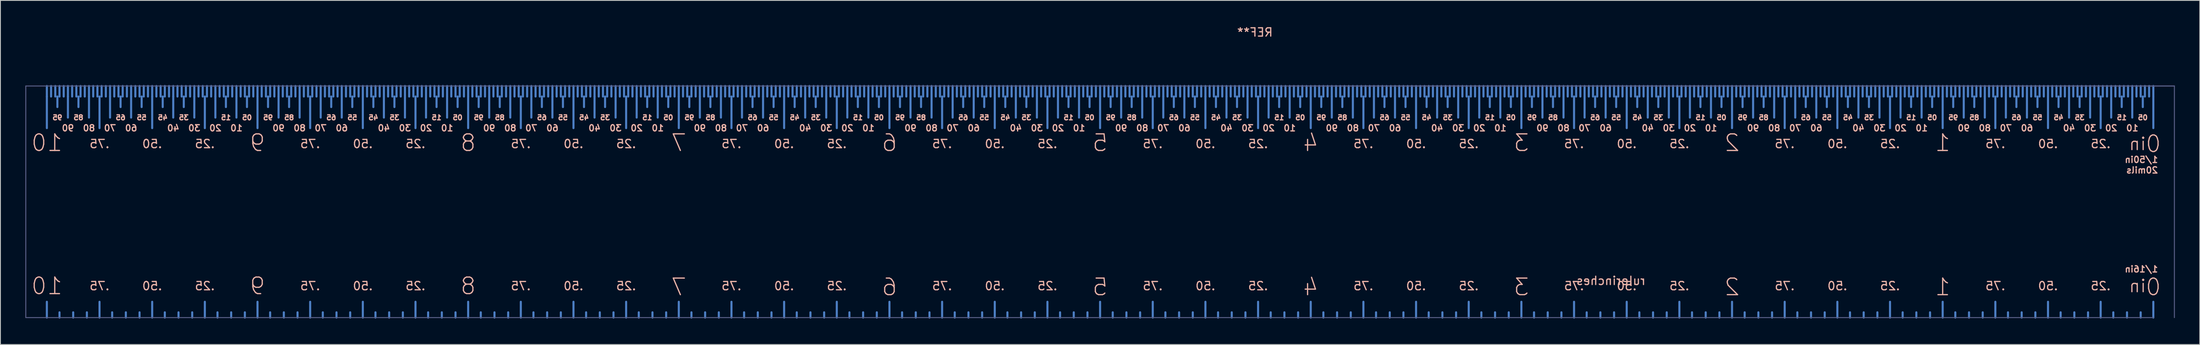
<source format=kicad_pcb>
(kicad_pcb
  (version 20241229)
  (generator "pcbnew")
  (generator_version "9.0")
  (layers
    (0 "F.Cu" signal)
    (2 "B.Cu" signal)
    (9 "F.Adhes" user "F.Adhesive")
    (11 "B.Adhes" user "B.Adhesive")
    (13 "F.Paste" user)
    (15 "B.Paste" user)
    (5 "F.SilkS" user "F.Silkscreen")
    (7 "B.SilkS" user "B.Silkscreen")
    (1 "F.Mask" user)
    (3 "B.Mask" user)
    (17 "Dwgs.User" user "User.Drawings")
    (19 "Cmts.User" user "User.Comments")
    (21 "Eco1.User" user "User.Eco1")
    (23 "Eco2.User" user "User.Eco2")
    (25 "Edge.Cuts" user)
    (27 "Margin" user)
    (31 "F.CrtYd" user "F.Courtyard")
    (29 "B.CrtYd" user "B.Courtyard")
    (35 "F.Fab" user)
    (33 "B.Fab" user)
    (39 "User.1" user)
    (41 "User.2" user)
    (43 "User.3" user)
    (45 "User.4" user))
  (footprint "rulerinches"
    (layer "F.Cu")
    (at 2.6 35.265)
    (property "Reference" "rulerinches" (at 188.595 -4.445 180) (layer "B.SilkS") (effects (font (size 1 1) (thickness 0.15)) (justify mirror)))
    (attr through_hole)
    (fp_line (start 0 -27.94) (end 0 -26.67) (stroke (width 0.25) (type solid)) (layer "B.Cu"))
    (fp_line (start 0 -22.86) (end 0 -26.67) (stroke (width 0.25) (type solid)) (layer "B.Cu"))
    (fp_line (start 0 -1.905) (end 0 0) (stroke (width 0.25) (type solid)) (layer "B.Cu"))
    (fp_line (start 0.508 -27.94) (end 0.508 -26.67) (stroke (width 0.25) (type solid)) (layer "B.Cu"))
    (fp_line (start 1.016 -27.94) (end 1.016 -26.67) (stroke (width 0.25) (type solid)) (layer "B.Cu"))
    (fp_line (start 1.27 -25.4) (end 1.27 -26.67) (stroke (width 0.25) (type solid)) (layer "B.Cu"))
    (fp_line (start 1.524 -27.94) (end 1.524 -26.67) (stroke (width 0.25) (type solid)) (layer "B.Cu"))
    (fp_line (start 1.524 -0.635) (end 1.524 0) (stroke (width 0.25) (type solid)) (layer "B.Cu"))
    (fp_line (start 2.032 -27.94) (end 2.032 -26.67) (stroke (width 0.25) (type solid)) (layer "B.Cu"))
    (fp_line (start 2.54 -27.94) (end 2.54 -26.67) (stroke (width 0.25) (type solid)) (layer "B.Cu"))
    (fp_line (start 2.54 -24.13) (end 2.54 -26.67) (stroke (width 0.25) (type solid)) (layer "B.Cu"))
    (fp_line (start 3.048 -27.94) (end 3.048 -26.67) (stroke (width 0.25) (type solid)) (layer "B.Cu"))
    (fp_line (start 3.175 -0.635) (end 3.175 0) (stroke (width 0.25) (type solid)) (layer "B.Cu"))
    (fp_line (start 3.556 -27.94) (end 3.556 -26.67) (stroke (width 0.25) (type solid)) (layer "B.Cu"))
    (fp_line (start 3.81 -25.4) (end 3.81 -26.67) (stroke (width 0.25) (type solid)) (layer "B.Cu"))
    (fp_line (start 4.064 -27.94) (end 4.064 -26.67) (stroke (width 0.25) (type solid)) (layer "B.Cu"))
    (fp_line (start 4.572 -27.94) (end 4.572 -26.67) (stroke (width 0.25) (type solid)) (layer "B.Cu"))
    (fp_line (start 4.826 -0.635) (end 4.826 0) (stroke (width 0.25) (type solid)) (layer "B.Cu"))
    (fp_line (start 5.08 -27.94) (end 5.08 -26.67) (stroke (width 0.25) (type solid)) (layer "B.Cu"))
    (fp_line (start 5.08 -24.13) (end 5.08 -26.67) (stroke (width 0.25) (type solid)) (layer "B.Cu"))
    (fp_line (start 5.588 -27.94) (end 5.588 -26.67) (stroke (width 0.25) (type solid)) (layer "B.Cu"))
    (fp_line (start 6.096 -27.94) (end 6.096 -26.67) (stroke (width 0.25) (type solid)) (layer "B.Cu"))
    (fp_line (start 6.35 -22.86) (end 6.35 -26.67) (stroke (width 0.25) (type solid)) (layer "B.Cu"))
    (fp_line (start 6.35 -1.905) (end 6.35 0) (stroke (width 0.25) (type solid)) (layer "B.Cu"))
    (fp_line (start 6.604 -27.94) (end 6.604 -26.67) (stroke (width 0.25) (type solid)) (layer "B.Cu"))
    (fp_line (start 7.112 -27.94) (end 7.112 -26.67) (stroke (width 0.25) (type solid)) (layer "B.Cu"))
    (fp_line (start 7.62 -27.94) (end 7.62 -26.67) (stroke (width 0.25) (type solid)) (layer "B.Cu"))
    (fp_line (start 7.62 -24.13) (end 7.62 -26.67) (stroke (width 0.25) (type solid)) (layer "B.Cu"))
    (fp_line (start 7.874 -0.635) (end 7.874 0) (stroke (width 0.25) (type solid)) (layer "B.Cu"))
    (fp_line (start 8.128 -27.94) (end 8.128 -26.67) (stroke (width 0.25) (type solid)) (layer "B.Cu"))
    (fp_line (start 8.636 -27.94) (end 8.636 -26.67) (stroke (width 0.25) (type solid)) (layer "B.Cu"))
    (fp_line (start 8.89 -25.4) (end 8.89 -26.67) (stroke (width 0.25) (type solid)) (layer "B.Cu"))
    (fp_line (start 9.144 -27.94) (end 9.144 -26.67) (stroke (width 0.25) (type solid)) (layer "B.Cu"))
    (fp_line (start 9.525 -0.635) (end 9.525 0) (stroke (width 0.25) (type solid)) (layer "B.Cu"))
    (fp_line (start 9.652 -27.94) (end 9.652 -26.67) (stroke (width 0.25) (type solid)) (layer "B.Cu"))
    (fp_line (start 10.16 -27.94) (end 10.16 -26.67) (stroke (width 0.25) (type solid)) (layer "B.Cu"))
    (fp_line (start 10.16 -24.13) (end 10.16 -26.67) (stroke (width 0.25) (type solid)) (layer "B.Cu"))
    (fp_line (start 10.668 -27.94) (end 10.668 -26.67) (stroke (width 0.25) (type solid)) (layer "B.Cu"))
    (fp_line (start 11.176 -27.94) (end 11.176 -26.67) (stroke (width 0.25) (type solid)) (layer "B.Cu"))
    (fp_line (start 11.176 -0.635) (end 11.176 0) (stroke (width 0.25) (type solid)) (layer "B.Cu"))
    (fp_line (start 11.43 -25.4) (end 11.43 -26.67) (stroke (width 0.25) (type solid)) (layer "B.Cu"))
    (fp_line (start 11.684 -27.94) (end 11.684 -26.67) (stroke (width 0.25) (type solid)) (layer "B.Cu"))
    (fp_line (start 12.192 -27.94) (end 12.192 -26.67) (stroke (width 0.25) (type solid)) (layer "B.Cu"))
    (fp_line (start 12.7 -27.94) (end 12.7 -26.67) (stroke (width 0.25) (type solid)) (layer "B.Cu"))
    (fp_line (start 12.7 -22.86) (end 12.7 -26.67) (stroke (width 0.25) (type solid)) (layer "B.Cu"))
    (fp_line (start 12.7 -1.905) (end 12.7 0) (stroke (width 0.25) (type solid)) (layer "B.Cu"))
    (fp_line (start 13.208 -27.94) (end 13.208 -26.67) (stroke (width 0.25) (type solid)) (layer "B.Cu"))
    (fp_line (start 13.716 -27.94) (end 13.716 -26.67) (stroke (width 0.25) (type solid)) (layer "B.Cu"))
    (fp_line (start 13.97 -25.4) (end 13.97 -26.67) (stroke (width 0.25) (type solid)) (layer "B.Cu"))
    (fp_line (start 14.224 -27.94) (end 14.224 -26.67) (stroke (width 0.25) (type solid)) (layer "B.Cu"))
    (fp_line (start 14.224 -0.635) (end 14.224 0) (stroke (width 0.25) (type solid)) (layer "B.Cu"))
    (fp_line (start 14.732 -27.94) (end 14.732 -26.67) (stroke (width 0.25) (type solid)) (layer "B.Cu"))
    (fp_line (start 15.24 -27.94) (end 15.24 -26.67) (stroke (width 0.25) (type solid)) (layer "B.Cu"))
    (fp_line (start 15.24 -24.13) (end 15.24 -26.67) (stroke (width 0.25) (type solid)) (layer "B.Cu"))
    (fp_line (start 15.748 -27.94) (end 15.748 -26.67) (stroke (width 0.25) (type solid)) (layer "B.Cu"))
    (fp_line (start 15.875 -0.635) (end 15.875 0) (stroke (width 0.25) (type solid)) (layer "B.Cu"))
    (fp_line (start 16.256 -27.94) (end 16.256 -26.67) (stroke (width 0.25) (type solid)) (layer "B.Cu"))
    (fp_line (start 16.51 -25.4) (end 16.51 -26.67) (stroke (width 0.25) (type solid)) (layer "B.Cu"))
    (fp_line (start 16.764 -27.94) (end 16.764 -26.67) (stroke (width 0.25) (type solid)) (layer "B.Cu"))
    (fp_line (start 17.272 -27.94) (end 17.272 -26.67) (stroke (width 0.25) (type solid)) (layer "B.Cu"))
    (fp_line (start 17.526 -0.635) (end 17.526 0) (stroke (width 0.25) (type solid)) (layer "B.Cu"))
    (fp_line (start 17.78 -27.94) (end 17.78 -26.67) (stroke (width 0.25) (type solid)) (layer "B.Cu"))
    (fp_line (start 17.78 -24.13) (end 17.78 -26.67) (stroke (width 0.25) (type solid)) (layer "B.Cu"))
    (fp_line (start 18.288 -27.94) (end 18.288 -26.67) (stroke (width 0.25) (type solid)) (layer "B.Cu"))
    (fp_line (start 18.796 -27.94) (end 18.796 -26.67) (stroke (width 0.25) (type solid)) (layer "B.Cu"))
    (fp_line (start 19.05 -22.86) (end 19.05 -26.67) (stroke (width 0.25) (type solid)) (layer "B.Cu"))
    (fp_line (start 19.05 -1.905) (end 19.05 0) (stroke (width 0.25) (type solid)) (layer "B.Cu"))
    (fp_line (start 19.304 -27.94) (end 19.304 -26.67) (stroke (width 0.25) (type solid)) (layer "B.Cu"))
    (fp_line (start 19.812 -27.94) (end 19.812 -26.67) (stroke (width 0.25) (type solid)) (layer "B.Cu"))
    (fp_line (start 20.32 -27.94) (end 20.32 -26.67) (stroke (width 0.25) (type solid)) (layer "B.Cu"))
    (fp_line (start 20.32 -24.13) (end 20.32 -26.67) (stroke (width 0.25) (type solid)) (layer "B.Cu"))
    (fp_line (start 20.574 -0.635) (end 20.574 0) (stroke (width 0.25) (type solid)) (layer "B.Cu"))
    (fp_line (start 20.828 -27.94) (end 20.828 -26.67) (stroke (width 0.25) (type solid)) (layer "B.Cu"))
    (fp_line (start 21.336 -27.94) (end 21.336 -26.67) (stroke (width 0.25) (type solid)) (layer "B.Cu"))
    (fp_line (start 21.59 -25.4) (end 21.59 -26.67) (stroke (width 0.25) (type solid)) (layer "B.Cu"))
    (fp_line (start 21.844 -27.94) (end 21.844 -26.67) (stroke (width 0.25) (type solid)) (layer "B.Cu"))
    (fp_line (start 22.225 -0.635) (end 22.225 0) (stroke (width 0.25) (type solid)) (layer "B.Cu"))
    (fp_line (start 22.352 -27.94) (end 22.352 -26.67) (stroke (width 0.25) (type solid)) (layer "B.Cu"))
    (fp_line (start 22.86 -27.94) (end 22.86 -26.67) (stroke (width 0.25) (type solid)) (layer "B.Cu"))
    (fp_line (start 22.86 -24.13) (end 22.86 -26.67) (stroke (width 0.25) (type solid)) (layer "B.Cu"))
    (fp_line (start 23.368 -27.94) (end 23.368 -26.67) (stroke (width 0.25) (type solid)) (layer "B.Cu"))
    (fp_line (start 23.876 -27.94) (end 23.876 -26.67) (stroke (width 0.25) (type solid)) (layer "B.Cu"))
    (fp_line (start 23.876 -0.635) (end 23.876 0) (stroke (width 0.25) (type solid)) (layer "B.Cu"))
    (fp_line (start 24.13 -25.4) (end 24.13 -26.67) (stroke (width 0.25) (type solid)) (layer "B.Cu"))
    (fp_line (start 24.384 -27.94) (end 24.384 -26.67) (stroke (width 0.25) (type solid)) (layer "B.Cu"))
    (fp_line (start 24.892 -27.94) (end 24.892 -26.67) (stroke (width 0.25) (type solid)) (layer "B.Cu"))
    (fp_line (start 25.4 -27.94) (end 25.4 -26.67) (stroke (width 0.25) (type solid)) (layer "B.Cu"))
    (fp_line (start 25.4 -22.86) (end 25.4 -26.67) (stroke (width 0.25) (type solid)) (layer "B.Cu"))
    (fp_line (start 25.4 -1.905) (end 25.4 0) (stroke (width 0.25) (type solid)) (layer "B.Cu"))
    (fp_line (start 25.908 -27.94) (end 25.908 -26.67) (stroke (width 0.25) (type solid)) (layer "B.Cu"))
    (fp_line (start 26.416 -27.94) (end 26.416 -26.67) (stroke (width 0.25) (type solid)) (layer "B.Cu"))
    (fp_line (start 26.67 -25.4) (end 26.67 -26.67) (stroke (width 0.25) (type solid)) (layer "B.Cu"))
    (fp_line (start 26.924 -27.94) (end 26.924 -26.67) (stroke (width 0.25) (type solid)) (layer "B.Cu"))
    (fp_line (start 26.924 -0.635) (end 26.924 0) (stroke (width 0.25) (type solid)) (layer "B.Cu"))
    (fp_line (start 27.432 -27.94) (end 27.432 -26.67) (stroke (width 0.25) (type solid)) (layer "B.Cu"))
    (fp_line (start 27.94 -27.94) (end 27.94 -26.67) (stroke (width 0.25) (type solid)) (layer "B.Cu"))
    (fp_line (start 27.94 -24.13) (end 27.94 -26.67) (stroke (width 0.25) (type solid)) (layer "B.Cu"))
    (fp_line (start 28.448 -27.94) (end 28.448 -26.67) (stroke (width 0.25) (type solid)) (layer "B.Cu"))
    (fp_line (start 28.575 -0.635) (end 28.575 0) (stroke (width 0.25) (type solid)) (layer "B.Cu"))
    (fp_line (start 28.956 -27.94) (end 28.956 -26.67) (stroke (width 0.25) (type solid)) (layer "B.Cu"))
    (fp_line (start 29.21 -25.4) (end 29.21 -26.67) (stroke (width 0.25) (type solid)) (layer "B.Cu"))
    (fp_line (start 29.464 -27.94) (end 29.464 -26.67) (stroke (width 0.25) (type solid)) (layer "B.Cu"))
    (fp_line (start 29.972 -27.94) (end 29.972 -26.67) (stroke (width 0.25) (type solid)) (layer "B.Cu"))
    (fp_line (start 30.226 -0.635) (end 30.226 0) (stroke (width 0.25) (type solid)) (layer "B.Cu"))
    (fp_line (start 30.48 -27.94) (end 30.48 -26.67) (stroke (width 0.25) (type solid)) (layer "B.Cu"))
    (fp_line (start 30.48 -24.13) (end 30.48 -26.67) (stroke (width 0.25) (type solid)) (layer "B.Cu"))
    (fp_line (start 30.988 -27.94) (end 30.988 -26.67) (stroke (width 0.25) (type solid)) (layer "B.Cu"))
    (fp_line (start 31.496 -27.94) (end 31.496 -26.67) (stroke (width 0.25) (type solid)) (layer "B.Cu"))
    (fp_line (start 31.75 -22.86) (end 31.75 -26.67) (stroke (width 0.25) (type solid)) (layer "B.Cu"))
    (fp_line (start 31.75 -1.905) (end 31.75 0) (stroke (width 0.25) (type solid)) (layer "B.Cu"))
    (fp_line (start 32.004 -27.94) (end 32.004 -26.67) (stroke (width 0.25) (type solid)) (layer "B.Cu"))
    (fp_line (start 32.512 -27.94) (end 32.512 -26.67) (stroke (width 0.25) (type solid)) (layer "B.Cu"))
    (fp_line (start 33.02 -27.94) (end 33.02 -26.67) (stroke (width 0.25) (type solid)) (layer "B.Cu"))
    (fp_line (start 33.02 -24.13) (end 33.02 -26.67) (stroke (width 0.25) (type solid)) (layer "B.Cu"))
    (fp_line (start 33.274 -0.635) (end 33.274 0) (stroke (width 0.25) (type solid)) (layer "B.Cu"))
    (fp_line (start 33.528 -27.94) (end 33.528 -26.67) (stroke (width 0.25) (type solid)) (layer "B.Cu"))
    (fp_line (start 34.036 -27.94) (end 34.036 -26.67) (stroke (width 0.25) (type solid)) (layer "B.Cu"))
    (fp_line (start 34.29 -25.4) (end 34.29 -26.67) (stroke (width 0.25) (type solid)) (layer "B.Cu"))
    (fp_line (start 34.544 -27.94) (end 34.544 -26.67) (stroke (width 0.25) (type solid)) (layer "B.Cu"))
    (fp_line (start 34.925 -0.635) (end 34.925 0) (stroke (width 0.25) (type solid)) (layer "B.Cu"))
    (fp_line (start 35.052 -27.94) (end 35.052 -26.67) (stroke (width 0.25) (type solid)) (layer "B.Cu"))
    (fp_line (start 35.56 -27.94) (end 35.56 -26.67) (stroke (width 0.25) (type solid)) (layer "B.Cu"))
    (fp_line (start 35.56 -24.13) (end 35.56 -26.67) (stroke (width 0.25) (type solid)) (layer "B.Cu"))
    (fp_line (start 36.068 -27.94) (end 36.068 -26.67) (stroke (width 0.25) (type solid)) (layer "B.Cu"))
    (fp_line (start 36.576 -27.94) (end 36.576 -26.67) (stroke (width 0.25) (type solid)) (layer "B.Cu"))
    (fp_line (start 36.576 -0.635) (end 36.576 0) (stroke (width 0.25) (type solid)) (layer "B.Cu"))
    (fp_line (start 36.83 -25.4) (end 36.83 -26.67) (stroke (width 0.25) (type solid)) (layer "B.Cu"))
    (fp_line (start 37.084 -27.94) (end 37.084 -26.67) (stroke (width 0.25) (type solid)) (layer "B.Cu"))
    (fp_line (start 37.592 -27.94) (end 37.592 -26.67) (stroke (width 0.25) (type solid)) (layer "B.Cu"))
    (fp_line (start 38.1 -27.94) (end 38.1 -26.67) (stroke (width 0.25) (type solid)) (layer "B.Cu"))
    (fp_line (start 38.1 -22.86) (end 38.1 -26.67) (stroke (width 0.25) (type solid)) (layer "B.Cu"))
    (fp_line (start 38.1 -1.905) (end 38.1 0) (stroke (width 0.25) (type solid)) (layer "B.Cu"))
    (fp_line (start 38.608 -27.94) (end 38.608 -26.67) (stroke (width 0.25) (type solid)) (layer "B.Cu"))
    (fp_line (start 39.116 -27.94) (end 39.116 -26.67) (stroke (width 0.25) (type solid)) (layer "B.Cu"))
    (fp_line (start 39.37 -25.4) (end 39.37 -26.67) (stroke (width 0.25) (type solid)) (layer "B.Cu"))
    (fp_line (start 39.624 -27.94) (end 39.624 -26.67) (stroke (width 0.25) (type solid)) (layer "B.Cu"))
    (fp_line (start 39.624 -0.635) (end 39.624 0) (stroke (width 0.25) (type solid)) (layer "B.Cu"))
    (fp_line (start 40.132 -27.94) (end 40.132 -26.67) (stroke (width 0.25) (type solid)) (layer "B.Cu"))
    (fp_line (start 40.64 -27.94) (end 40.64 -26.67) (stroke (width 0.25) (type solid)) (layer "B.Cu"))
    (fp_line (start 40.64 -24.13) (end 40.64 -26.67) (stroke (width 0.25) (type solid)) (layer "B.Cu"))
    (fp_line (start 41.148 -27.94) (end 41.148 -26.67) (stroke (width 0.25) (type solid)) (layer "B.Cu"))
    (fp_line (start 41.275 -0.635) (end 41.275 0) (stroke (width 0.25) (type solid)) (layer "B.Cu"))
    (fp_line (start 41.656 -27.94) (end 41.656 -26.67) (stroke (width 0.25) (type solid)) (layer "B.Cu"))
    (fp_line (start 41.91 -25.4) (end 41.91 -26.67) (stroke (width 0.25) (type solid)) (layer "B.Cu"))
    (fp_line (start 42.164 -27.94) (end 42.164 -26.67) (stroke (width 0.25) (type solid)) (layer "B.Cu"))
    (fp_line (start 42.672 -27.94) (end 42.672 -26.67) (stroke (width 0.25) (type solid)) (layer "B.Cu"))
    (fp_line (start 42.926 -0.635) (end 42.926 0) (stroke (width 0.25) (type solid)) (layer "B.Cu"))
    (fp_line (start 43.18 -27.94) (end 43.18 -26.67) (stroke (width 0.25) (type solid)) (layer "B.Cu"))
    (fp_line (start 43.18 -24.13) (end 43.18 -26.67) (stroke (width 0.25) (type solid)) (layer "B.Cu"))
    (fp_line (start 43.688 -27.94) (end 43.688 -26.67) (stroke (width 0.25) (type solid)) (layer "B.Cu"))
    (fp_line (start 44.196 -27.94) (end 44.196 -26.67) (stroke (width 0.25) (type solid)) (layer "B.Cu"))
    (fp_line (start 44.45 -22.86) (end 44.45 -26.67) (stroke (width 0.25) (type solid)) (layer "B.Cu"))
    (fp_line (start 44.45 -1.905) (end 44.45 0) (stroke (width 0.25) (type solid)) (layer "B.Cu"))
    (fp_line (start 44.704 -27.94) (end 44.704 -26.67) (stroke (width 0.25) (type solid)) (layer "B.Cu"))
    (fp_line (start 45.212 -27.94) (end 45.212 -26.67) (stroke (width 0.25) (type solid)) (layer "B.Cu"))
    (fp_line (start 45.72 -27.94) (end 45.72 -26.67) (stroke (width 0.25) (type solid)) (layer "B.Cu"))
    (fp_line (start 45.72 -24.13) (end 45.72 -26.67) (stroke (width 0.25) (type solid)) (layer "B.Cu"))
    (fp_line (start 45.974 -0.635) (end 45.974 0) (stroke (width 0.25) (type solid)) (layer "B.Cu"))
    (fp_line (start 46.228 -27.94) (end 46.228 -26.67) (stroke (width 0.25) (type solid)) (layer "B.Cu"))
    (fp_line (start 46.736 -27.94) (end 46.736 -26.67) (stroke (width 0.25) (type solid)) (layer "B.Cu"))
    (fp_line (start 46.99 -25.4) (end 46.99 -26.67) (stroke (width 0.25) (type solid)) (layer "B.Cu"))
    (fp_line (start 47.244 -27.94) (end 47.244 -26.67) (stroke (width 0.25) (type solid)) (layer "B.Cu"))
    (fp_line (start 47.625 -0.635) (end 47.625 0) (stroke (width 0.25) (type solid)) (layer "B.Cu"))
    (fp_line (start 47.752 -27.94) (end 47.752 -26.67) (stroke (width 0.25) (type solid)) (layer "B.Cu"))
    (fp_line (start 48.26 -27.94) (end 48.26 -26.67) (stroke (width 0.25) (type solid)) (layer "B.Cu"))
    (fp_line (start 48.26 -24.13) (end 48.26 -26.67) (stroke (width 0.25) (type solid)) (layer "B.Cu"))
    (fp_line (start 48.768 -27.94) (end 48.768 -26.67) (stroke (width 0.25) (type solid)) (layer "B.Cu"))
    (fp_line (start 49.276 -27.94) (end 49.276 -26.67) (stroke (width 0.25) (type solid)) (layer "B.Cu"))
    (fp_line (start 49.276 -0.635) (end 49.276 0) (stroke (width 0.25) (type solid)) (layer "B.Cu"))
    (fp_line (start 49.53 -25.4) (end 49.53 -26.67) (stroke (width 0.25) (type solid)) (layer "B.Cu"))
    (fp_line (start 49.784 -27.94) (end 49.784 -26.67) (stroke (width 0.25) (type solid)) (layer "B.Cu"))
    (fp_line (start 50.292 -27.94) (end 50.292 -26.67) (stroke (width 0.25) (type solid)) (layer "B.Cu"))
    (fp_line (start 50.8 -27.94) (end 50.8 -26.67) (stroke (width 0.25) (type solid)) (layer "B.Cu"))
    (fp_line (start 50.8 -22.86) (end 50.8 -26.67) (stroke (width 0.25) (type solid)) (layer "B.Cu"))
    (fp_line (start 50.8 -1.905) (end 50.8 0) (stroke (width 0.25) (type solid)) (layer "B.Cu"))
    (fp_line (start 51.308 -27.94) (end 51.308 -26.67) (stroke (width 0.25) (type solid)) (layer "B.Cu"))
    (fp_line (start 51.816 -27.94) (end 51.816 -26.67) (stroke (width 0.25) (type solid)) (layer "B.Cu"))
    (fp_line (start 52.07 -25.4) (end 52.07 -26.67) (stroke (width 0.25) (type solid)) (layer "B.Cu"))
    (fp_line (start 52.324 -27.94) (end 52.324 -26.67) (stroke (width 0.25) (type solid)) (layer "B.Cu"))
    (fp_line (start 52.324 -0.635) (end 52.324 0) (stroke (width 0.25) (type solid)) (layer "B.Cu"))
    (fp_line (start 52.832 -27.94) (end 52.832 -26.67) (stroke (width 0.25) (type solid)) (layer "B.Cu"))
    (fp_line (start 53.34 -27.94) (end 53.34 -26.67) (stroke (width 0.25) (type solid)) (layer "B.Cu"))
    (fp_line (start 53.34 -24.13) (end 53.34 -26.67) (stroke (width 0.25) (type solid)) (layer "B.Cu"))
    (fp_line (start 53.848 -27.94) (end 53.848 -26.67) (stroke (width 0.25) (type solid)) (layer "B.Cu"))
    (fp_line (start 53.975 -0.635) (end 53.975 0) (stroke (width 0.25) (type solid)) (layer "B.Cu"))
    (fp_line (start 54.356 -27.94) (end 54.356 -26.67) (stroke (width 0.25) (type solid)) (layer "B.Cu"))
    (fp_line (start 54.61 -25.4) (end 54.61 -26.67) (stroke (width 0.25) (type solid)) (layer "B.Cu"))
    (fp_line (start 54.864 -27.94) (end 54.864 -26.67) (stroke (width 0.25) (type solid)) (layer "B.Cu"))
    (fp_line (start 55.372 -27.94) (end 55.372 -26.67) (stroke (width 0.25) (type solid)) (layer "B.Cu"))
    (fp_line (start 55.626 -0.635) (end 55.626 0) (stroke (width 0.25) (type solid)) (layer "B.Cu"))
    (fp_line (start 55.88 -27.94) (end 55.88 -26.67) (stroke (width 0.25) (type solid)) (layer "B.Cu"))
    (fp_line (start 55.88 -24.13) (end 55.88 -26.67) (stroke (width 0.25) (type solid)) (layer "B.Cu"))
    (fp_line (start 56.388 -27.94) (end 56.388 -26.67) (stroke (width 0.25) (type solid)) (layer "B.Cu"))
    (fp_line (start 56.896 -27.94) (end 56.896 -26.67) (stroke (width 0.25) (type solid)) (layer "B.Cu"))
    (fp_line (start 57.15 -22.86) (end 57.15 -26.67) (stroke (width 0.25) (type solid)) (layer "B.Cu"))
    (fp_line (start 57.15 -1.905) (end 57.15 0) (stroke (width 0.25) (type solid)) (layer "B.Cu"))
    (fp_line (start 57.404 -27.94) (end 57.404 -26.67) (stroke (width 0.25) (type solid)) (layer "B.Cu"))
    (fp_line (start 57.912 -27.94) (end 57.912 -26.67) (stroke (width 0.25) (type solid)) (layer "B.Cu"))
    (fp_line (start 58.42 -27.94) (end 58.42 -26.67) (stroke (width 0.25) (type solid)) (layer "B.Cu"))
    (fp_line (start 58.42 -24.13) (end 58.42 -26.67) (stroke (width 0.25) (type solid)) (layer "B.Cu"))
    (fp_line (start 58.674 -0.635) (end 58.674 0) (stroke (width 0.25) (type solid)) (layer "B.Cu"))
    (fp_line (start 58.928 -27.94) (end 58.928 -26.67) (stroke (width 0.25) (type solid)) (layer "B.Cu"))
    (fp_line (start 59.436 -27.94) (end 59.436 -26.67) (stroke (width 0.25) (type solid)) (layer "B.Cu"))
    (fp_line (start 59.69 -25.4) (end 59.69 -26.67) (stroke (width 0.25) (type solid)) (layer "B.Cu"))
    (fp_line (start 59.944 -27.94) (end 59.944 -26.67) (stroke (width 0.25) (type solid)) (layer "B.Cu"))
    (fp_line (start 60.325 -0.635) (end 60.325 0) (stroke (width 0.25) (type solid)) (layer "B.Cu"))
    (fp_line (start 60.452 -27.94) (end 60.452 -26.67) (stroke (width 0.25) (type solid)) (layer "B.Cu"))
    (fp_line (start 60.96 -27.94) (end 60.96 -26.67) (stroke (width 0.25) (type solid)) (layer "B.Cu"))
    (fp_line (start 60.96 -24.13) (end 60.96 -26.67) (stroke (width 0.25) (type solid)) (layer "B.Cu"))
    (fp_line (start 61.468 -27.94) (end 61.468 -26.67) (stroke (width 0.25) (type solid)) (layer "B.Cu"))
    (fp_line (start 61.976 -27.94) (end 61.976 -26.67) (stroke (width 0.25) (type solid)) (layer "B.Cu"))
    (fp_line (start 61.976 -0.635) (end 61.976 0) (stroke (width 0.25) (type solid)) (layer "B.Cu"))
    (fp_line (start 62.23 -25.4) (end 62.23 -26.67) (stroke (width 0.25) (type solid)) (layer "B.Cu"))
    (fp_line (start 62.484 -27.94) (end 62.484 -26.67) (stroke (width 0.25) (type solid)) (layer "B.Cu"))
    (fp_line (start 62.992 -27.94) (end 62.992 -26.67) (stroke (width 0.25) (type solid)) (layer "B.Cu"))
    (fp_line (start 63.5 -27.94) (end 63.5 -26.67) (stroke (width 0.25) (type solid)) (layer "B.Cu"))
    (fp_line (start 63.5 -22.86) (end 63.5 -26.67) (stroke (width 0.25) (type solid)) (layer "B.Cu"))
    (fp_line (start 63.5 -1.905) (end 63.5 0) (stroke (width 0.25) (type solid)) (layer "B.Cu"))
    (fp_line (start 64.008 -27.94) (end 64.008 -26.67) (stroke (width 0.25) (type solid)) (layer "B.Cu"))
    (fp_line (start 64.516 -27.94) (end 64.516 -26.67) (stroke (width 0.25) (type solid)) (layer "B.Cu"))
    (fp_line (start 64.77 -25.4) (end 64.77 -26.67) (stroke (width 0.25) (type solid)) (layer "B.Cu"))
    (fp_line (start 65.024 -27.94) (end 65.024 -26.67) (stroke (width 0.25) (type solid)) (layer "B.Cu"))
    (fp_line (start 65.024 -0.635) (end 65.024 0) (stroke (width 0.25) (type solid)) (layer "B.Cu"))
    (fp_line (start 65.532 -27.94) (end 65.532 -26.67) (stroke (width 0.25) (type solid)) (layer "B.Cu"))
    (fp_line (start 66.04 -27.94) (end 66.04 -26.67) (stroke (width 0.25) (type solid)) (layer "B.Cu"))
    (fp_line (start 66.04 -24.13) (end 66.04 -26.67) (stroke (width 0.25) (type solid)) (layer "B.Cu"))
    (fp_line (start 66.548 -27.94) (end 66.548 -26.67) (stroke (width 0.25) (type solid)) (layer "B.Cu"))
    (fp_line (start 66.675 -0.635) (end 66.675 0) (stroke (width 0.25) (type solid)) (layer "B.Cu"))
    (fp_line (start 67.056 -27.94) (end 67.056 -26.67) (stroke (width 0.25) (type solid)) (layer "B.Cu"))
    (fp_line (start 67.31 -25.4) (end 67.31 -26.67) (stroke (width 0.25) (type solid)) (layer "B.Cu"))
    (fp_line (start 67.564 -27.94) (end 67.564 -26.67) (stroke (width 0.25) (type solid)) (layer "B.Cu"))
    (fp_line (start 68.072 -27.94) (end 68.072 -26.67) (stroke (width 0.25) (type solid)) (layer "B.Cu"))
    (fp_line (start 68.326 -0.635) (end 68.326 0) (stroke (width 0.25) (type solid)) (layer "B.Cu"))
    (fp_line (start 68.58 -27.94) (end 68.58 -26.67) (stroke (width 0.25) (type solid)) (layer "B.Cu"))
    (fp_line (start 68.58 -24.13) (end 68.58 -26.67) (stroke (width 0.25) (type solid)) (layer "B.Cu"))
    (fp_line (start 69.088 -27.94) (end 69.088 -26.67) (stroke (width 0.25) (type solid)) (layer "B.Cu"))
    (fp_line (start 69.596 -27.94) (end 69.596 -26.67) (stroke (width 0.25) (type solid)) (layer "B.Cu"))
    (fp_line (start 69.85 -22.86) (end 69.85 -26.67) (stroke (width 0.25) (type solid)) (layer "B.Cu"))
    (fp_line (start 69.85 -1.905) (end 69.85 0) (stroke (width 0.25) (type solid)) (layer "B.Cu"))
    (fp_line (start 70.104 -27.94) (end 70.104 -26.67) (stroke (width 0.25) (type solid)) (layer "B.Cu"))
    (fp_line (start 70.612 -27.94) (end 70.612 -26.67) (stroke (width 0.25) (type solid)) (layer "B.Cu"))
    (fp_line (start 71.12 -27.94) (end 71.12 -26.67) (stroke (width 0.25) (type solid)) (layer "B.Cu"))
    (fp_line (start 71.12 -24.13) (end 71.12 -26.67) (stroke (width 0.25) (type solid)) (layer "B.Cu"))
    (fp_line (start 71.374 -0.635) (end 71.374 0) (stroke (width 0.25) (type solid)) (layer "B.Cu"))
    (fp_line (start 71.628 -27.94) (end 71.628 -26.67) (stroke (width 0.25) (type solid)) (layer "B.Cu"))
    (fp_line (start 72.136 -27.94) (end 72.136 -26.67) (stroke (width 0.25) (type solid)) (layer "B.Cu"))
    (fp_line (start 72.39 -25.4) (end 72.39 -26.67) (stroke (width 0.25) (type solid)) (layer "B.Cu"))
    (fp_line (start 72.644 -27.94) (end 72.644 -26.67) (stroke (width 0.25) (type solid)) (layer "B.Cu"))
    (fp_line (start 73.025 -0.635) (end 73.025 0) (stroke (width 0.25) (type solid)) (layer "B.Cu"))
    (fp_line (start 73.152 -27.94) (end 73.152 -26.67) (stroke (width 0.25) (type solid)) (layer "B.Cu"))
    (fp_line (start 73.66 -27.94) (end 73.66 -26.67) (stroke (width 0.25) (type solid)) (layer "B.Cu"))
    (fp_line (start 73.66 -24.13) (end 73.66 -26.67) (stroke (width 0.25) (type solid)) (layer "B.Cu"))
    (fp_line (start 74.168 -27.94) (end 74.168 -26.67) (stroke (width 0.25) (type solid)) (layer "B.Cu"))
    (fp_line (start 74.676 -27.94) (end 74.676 -26.67) (stroke (width 0.25) (type solid)) (layer "B.Cu"))
    (fp_line (start 74.676 -0.635) (end 74.676 0) (stroke (width 0.25) (type solid)) (layer "B.Cu"))
    (fp_line (start 74.93 -25.4) (end 74.93 -26.67) (stroke (width 0.25) (type solid)) (layer "B.Cu"))
    (fp_line (start 75.184 -27.94) (end 75.184 -26.67) (stroke (width 0.25) (type solid)) (layer "B.Cu"))
    (fp_line (start 75.692 -27.94) (end 75.692 -26.67) (stroke (width 0.25) (type solid)) (layer "B.Cu"))
    (fp_line (start 76.2 -27.94) (end 76.2 -26.67) (stroke (width 0.25) (type solid)) (layer "B.Cu"))
    (fp_line (start 76.2 -22.86) (end 76.2 -26.67) (stroke (width 0.25) (type solid)) (layer "B.Cu"))
    (fp_line (start 76.2 -1.905) (end 76.2 0) (stroke (width 0.25) (type solid)) (layer "B.Cu"))
    (fp_line (start 76.708 -27.94) (end 76.708 -26.67) (stroke (width 0.25) (type solid)) (layer "B.Cu"))
    (fp_line (start 77.216 -27.94) (end 77.216 -26.67) (stroke (width 0.25) (type solid)) (layer "B.Cu"))
    (fp_line (start 77.47 -25.4) (end 77.47 -26.67) (stroke (width 0.25) (type solid)) (layer "B.Cu"))
    (fp_line (start 77.724 -27.94) (end 77.724 -26.67) (stroke (width 0.25) (type solid)) (layer "B.Cu"))
    (fp_line (start 77.724 -0.635) (end 77.724 0) (stroke (width 0.25) (type solid)) (layer "B.Cu"))
    (fp_line (start 78.232 -27.94) (end 78.232 -26.67) (stroke (width 0.25) (type solid)) (layer "B.Cu"))
    (fp_line (start 78.74 -27.94) (end 78.74 -26.67) (stroke (width 0.25) (type solid)) (layer "B.Cu"))
    (fp_line (start 78.74 -24.13) (end 78.74 -26.67) (stroke (width 0.25) (type solid)) (layer "B.Cu"))
    (fp_line (start 79.248 -27.94) (end 79.248 -26.67) (stroke (width 0.25) (type solid)) (layer "B.Cu"))
    (fp_line (start 79.375 -0.635) (end 79.375 0) (stroke (width 0.25) (type solid)) (layer "B.Cu"))
    (fp_line (start 79.756 -27.94) (end 79.756 -26.67) (stroke (width 0.25) (type solid)) (layer "B.Cu"))
    (fp_line (start 80.01 -25.4) (end 80.01 -26.67) (stroke (width 0.25) (type solid)) (layer "B.Cu"))
    (fp_line (start 80.264 -27.94) (end 80.264 -26.67) (stroke (width 0.25) (type solid)) (layer "B.Cu"))
    (fp_line (start 80.772 -27.94) (end 80.772 -26.67) (stroke (width 0.25) (type solid)) (layer "B.Cu"))
    (fp_line (start 81.026 -0.635) (end 81.026 0) (stroke (width 0.25) (type solid)) (layer "B.Cu"))
    (fp_line (start 81.28 -27.94) (end 81.28 -26.67) (stroke (width 0.25) (type solid)) (layer "B.Cu"))
    (fp_line (start 81.28 -24.13) (end 81.28 -26.67) (stroke (width 0.25) (type solid)) (layer "B.Cu"))
    (fp_line (start 81.788 -27.94) (end 81.788 -26.67) (stroke (width 0.25) (type solid)) (layer "B.Cu"))
    (fp_line (start 82.296 -27.94) (end 82.296 -26.67) (stroke (width 0.25) (type solid)) (layer "B.Cu"))
    (fp_line (start 82.55 -22.86) (end 82.55 -26.67) (stroke (width 0.25) (type solid)) (layer "B.Cu"))
    (fp_line (start 82.55 -1.905) (end 82.55 0) (stroke (width 0.25) (type solid)) (layer "B.Cu"))
    (fp_line (start 82.804 -27.94) (end 82.804 -26.67) (stroke (width 0.25) (type solid)) (layer "B.Cu"))
    (fp_line (start 83.312 -27.94) (end 83.312 -26.67) (stroke (width 0.25) (type solid)) (layer "B.Cu"))
    (fp_line (start 83.82 -27.94) (end 83.82 -26.67) (stroke (width 0.25) (type solid)) (layer "B.Cu"))
    (fp_line (start 83.82 -24.13) (end 83.82 -26.67) (stroke (width 0.25) (type solid)) (layer "B.Cu"))
    (fp_line (start 84.074 -0.635) (end 84.074 0) (stroke (width 0.25) (type solid)) (layer "B.Cu"))
    (fp_line (start 84.328 -27.94) (end 84.328 -26.67) (stroke (width 0.25) (type solid)) (layer "B.Cu"))
    (fp_line (start 84.836 -27.94) (end 84.836 -26.67) (stroke (width 0.25) (type solid)) (layer "B.Cu"))
    (fp_line (start 85.09 -25.4) (end 85.09 -26.67) (stroke (width 0.25) (type solid)) (layer "B.Cu"))
    (fp_line (start 85.344 -27.94) (end 85.344 -26.67) (stroke (width 0.25) (type solid)) (layer "B.Cu"))
    (fp_line (start 85.725 -0.635) (end 85.725 0) (stroke (width 0.25) (type solid)) (layer "B.Cu"))
    (fp_line (start 85.852 -27.94) (end 85.852 -26.67) (stroke (width 0.25) (type solid)) (layer "B.Cu"))
    (fp_line (start 86.36 -27.94) (end 86.36 -26.67) (stroke (width 0.25) (type solid)) (layer "B.Cu"))
    (fp_line (start 86.36 -24.13) (end 86.36 -26.67) (stroke (width 0.25) (type solid)) (layer "B.Cu"))
    (fp_line (start 86.868 -27.94) (end 86.868 -26.67) (stroke (width 0.25) (type solid)) (layer "B.Cu"))
    (fp_line (start 87.376 -27.94) (end 87.376 -26.67) (stroke (width 0.25) (type solid)) (layer "B.Cu"))
    (fp_line (start 87.376 -0.635) (end 87.376 0) (stroke (width 0.25) (type solid)) (layer "B.Cu"))
    (fp_line (start 87.63 -25.4) (end 87.63 -26.67) (stroke (width 0.25) (type solid)) (layer "B.Cu"))
    (fp_line (start 87.884 -27.94) (end 87.884 -26.67) (stroke (width 0.25) (type solid)) (layer "B.Cu"))
    (fp_line (start 88.392 -27.94) (end 88.392 -26.67) (stroke (width 0.25) (type solid)) (layer "B.Cu"))
    (fp_line (start 88.9 -27.94) (end 88.9 -26.67) (stroke (width 0.25) (type solid)) (layer "B.Cu"))
    (fp_line (start 88.9 -22.86) (end 88.9 -26.67) (stroke (width 0.25) (type solid)) (layer "B.Cu"))
    (fp_line (start 88.9 -1.905) (end 88.9 0) (stroke (width 0.25) (type solid)) (layer "B.Cu"))
    (fp_line (start 89.408 -27.94) (end 89.408 -26.67) (stroke (width 0.25) (type solid)) (layer "B.Cu"))
    (fp_line (start 89.916 -27.94) (end 89.916 -26.67) (stroke (width 0.25) (type solid)) (layer "B.Cu"))
    (fp_line (start 90.17 -25.4) (end 90.17 -26.67) (stroke (width 0.25) (type solid)) (layer "B.Cu"))
    (fp_line (start 90.424 -27.94) (end 90.424 -26.67) (stroke (width 0.25) (type solid)) (layer "B.Cu"))
    (fp_line (start 90.424 -0.635) (end 90.424 0) (stroke (width 0.25) (type solid)) (layer "B.Cu"))
    (fp_line (start 90.932 -27.94) (end 90.932 -26.67) (stroke (width 0.25) (type solid)) (layer "B.Cu"))
    (fp_line (start 91.44 -27.94) (end 91.44 -26.67) (stroke (width 0.25) (type solid)) (layer "B.Cu"))
    (fp_line (start 91.44 -24.13) (end 91.44 -26.67) (stroke (width 0.25) (type solid)) (layer "B.Cu"))
    (fp_line (start 91.948 -27.94) (end 91.948 -26.67) (stroke (width 0.25) (type solid)) (layer "B.Cu"))
    (fp_line (start 92.075 -0.635) (end 92.075 0) (stroke (width 0.25) (type solid)) (layer "B.Cu"))
    (fp_line (start 92.456 -27.94) (end 92.456 -26.67) (stroke (width 0.25) (type solid)) (layer "B.Cu"))
    (fp_line (start 92.71 -25.4) (end 92.71 -26.67) (stroke (width 0.25) (type solid)) (layer "B.Cu"))
    (fp_line (start 92.964 -27.94) (end 92.964 -26.67) (stroke (width 0.25) (type solid)) (layer "B.Cu"))
    (fp_line (start 93.472 -27.94) (end 93.472 -26.67) (stroke (width 0.25) (type solid)) (layer "B.Cu"))
    (fp_line (start 93.726 -0.635) (end 93.726 0) (stroke (width 0.25) (type solid)) (layer "B.Cu"))
    (fp_line (start 93.98 -27.94) (end 93.98 -26.67) (stroke (width 0.25) (type solid)) (layer "B.Cu"))
    (fp_line (start 93.98 -24.13) (end 93.98 -26.67) (stroke (width 0.25) (type solid)) (layer "B.Cu"))
    (fp_line (start 94.488 -27.94) (end 94.488 -26.67) (stroke (width 0.25) (type solid)) (layer "B.Cu"))
    (fp_line (start 94.996 -27.94) (end 94.996 -26.67) (stroke (width 0.25) (type solid)) (layer "B.Cu"))
    (fp_line (start 95.25 -22.86) (end 95.25 -26.67) (stroke (width 0.25) (type solid)) (layer "B.Cu"))
    (fp_line (start 95.25 -1.905) (end 95.25 0) (stroke (width 0.25) (type solid)) (layer "B.Cu"))
    (fp_line (start 95.504 -27.94) (end 95.504 -26.67) (stroke (width 0.25) (type solid)) (layer "B.Cu"))
    (fp_line (start 96.012 -27.94) (end 96.012 -26.67) (stroke (width 0.25) (type solid)) (layer "B.Cu"))
    (fp_line (start 96.52 -27.94) (end 96.52 -26.67) (stroke (width 0.25) (type solid)) (layer "B.Cu"))
    (fp_line (start 96.52 -24.13) (end 96.52 -26.67) (stroke (width 0.25) (type solid)) (layer "B.Cu"))
    (fp_line (start 96.774 -0.635) (end 96.774 0) (stroke (width 0.25) (type solid)) (layer "B.Cu"))
    (fp_line (start 97.028 -27.94) (end 97.028 -26.67) (stroke (width 0.25) (type solid)) (layer "B.Cu"))
    (fp_line (start 97.536 -27.94) (end 97.536 -26.67) (stroke (width 0.25) (type solid)) (layer "B.Cu"))
    (fp_line (start 97.79 -25.4) (end 97.79 -26.67) (stroke (width 0.25) (type solid)) (layer "B.Cu"))
    (fp_line (start 98.044 -27.94) (end 98.044 -26.67) (stroke (width 0.25) (type solid)) (layer "B.Cu"))
    (fp_line (start 98.425 -0.635) (end 98.425 0) (stroke (width 0.25) (type solid)) (layer "B.Cu"))
    (fp_line (start 98.552 -27.94) (end 98.552 -26.67) (stroke (width 0.25) (type solid)) (layer "B.Cu"))
    (fp_line (start 99.06 -27.94) (end 99.06 -26.67) (stroke (width 0.25) (type solid)) (layer "B.Cu"))
    (fp_line (start 99.06 -24.13) (end 99.06 -26.67) (stroke (width 0.25) (type solid)) (layer "B.Cu"))
    (fp_line (start 99.568 -27.94) (end 99.568 -26.67) (stroke (width 0.25) (type solid)) (layer "B.Cu"))
    (fp_line (start 100.076 -27.94) (end 100.076 -26.67) (stroke (width 0.25) (type solid)) (layer "B.Cu"))
    (fp_line (start 100.076 -0.635) (end 100.076 0) (stroke (width 0.25) (type solid)) (layer "B.Cu"))
    (fp_line (start 100.33 -25.4) (end 100.33 -26.67) (stroke (width 0.25) (type solid)) (layer "B.Cu"))
    (fp_line (start 100.584 -27.94) (end 100.584 -26.67) (stroke (width 0.25) (type solid)) (layer "B.Cu"))
    (fp_line (start 101.092 -27.94) (end 101.092 -26.67) (stroke (width 0.25) (type solid)) (layer "B.Cu"))
    (fp_line (start 101.6 -27.94) (end 101.6 -26.67) (stroke (width 0.25) (type solid)) (layer "B.Cu"))
    (fp_line (start 101.6 -22.86) (end 101.6 -26.67) (stroke (width 0.25) (type solid)) (layer "B.Cu"))
    (fp_line (start 101.6 -1.905) (end 101.6 0) (stroke (width 0.25) (type solid)) (layer "B.Cu"))
    (fp_line (start 102.108 -27.94) (end 102.108 -26.67) (stroke (width 0.25) (type solid)) (layer "B.Cu"))
    (fp_line (start 102.616 -27.94) (end 102.616 -26.67) (stroke (width 0.25) (type solid)) (layer "B.Cu"))
    (fp_line (start 102.87 -25.4) (end 102.87 -26.67) (stroke (width 0.25) (type solid)) (layer "B.Cu"))
    (fp_line (start 103.124 -27.94) (end 103.124 -26.67) (stroke (width 0.25) (type solid)) (layer "B.Cu"))
    (fp_line (start 103.124 -0.635) (end 103.124 0) (stroke (width 0.25) (type solid)) (layer "B.Cu"))
    (fp_line (start 103.632 -27.94) (end 103.632 -26.67) (stroke (width 0.25) (type solid)) (layer "B.Cu"))
    (fp_line (start 104.14 -27.94) (end 104.14 -26.67) (stroke (width 0.25) (type solid)) (layer "B.Cu"))
    (fp_line (start 104.14 -24.13) (end 104.14 -26.67) (stroke (width 0.25) (type solid)) (layer "B.Cu"))
    (fp_line (start 104.648 -27.94) (end 104.648 -26.67) (stroke (width 0.25) (type solid)) (layer "B.Cu"))
    (fp_line (start 104.775 -0.635) (end 104.775 0) (stroke (width 0.25) (type solid)) (layer "B.Cu"))
    (fp_line (start 105.156 -27.94) (end 105.156 -26.67) (stroke (width 0.25) (type solid)) (layer "B.Cu"))
    (fp_line (start 105.41 -25.4) (end 105.41 -26.67) (stroke (width 0.25) (type solid)) (layer "B.Cu"))
    (fp_line (start 105.664 -27.94) (end 105.664 -26.67) (stroke (width 0.25) (type solid)) (layer "B.Cu"))
    (fp_line (start 106.172 -27.94) (end 106.172 -26.67) (stroke (width 0.25) (type solid)) (layer "B.Cu"))
    (fp_line (start 106.426 -0.635) (end 106.426 0) (stroke (width 0.25) (type solid)) (layer "B.Cu"))
    (fp_line (start 106.68 -27.94) (end 106.68 -26.67) (stroke (width 0.25) (type solid)) (layer "B.Cu"))
    (fp_line (start 106.68 -24.13) (end 106.68 -26.67) (stroke (width 0.25) (type solid)) (layer "B.Cu"))
    (fp_line (start 107.188 -27.94) (end 107.188 -26.67) (stroke (width 0.25) (type solid)) (layer "B.Cu"))
    (fp_line (start 107.696 -27.94) (end 107.696 -26.67) (stroke (width 0.25) (type solid)) (layer "B.Cu"))
    (fp_line (start 107.95 -22.86) (end 107.95 -26.67) (stroke (width 0.25) (type solid)) (layer "B.Cu"))
    (fp_line (start 107.95 -1.905) (end 107.95 0) (stroke (width 0.25) (type solid)) (layer "B.Cu"))
    (fp_line (start 108.204 -27.94) (end 108.204 -26.67) (stroke (width 0.25) (type solid)) (layer "B.Cu"))
    (fp_line (start 108.712 -27.94) (end 108.712 -26.67) (stroke (width 0.25) (type solid)) (layer "B.Cu"))
    (fp_line (start 109.22 -27.94) (end 109.22 -26.67) (stroke (width 0.25) (type solid)) (layer "B.Cu"))
    (fp_line (start 109.22 -24.13) (end 109.22 -26.67) (stroke (width 0.25) (type solid)) (layer "B.Cu"))
    (fp_line (start 109.474 -0.635) (end 109.474 0) (stroke (width 0.25) (type solid)) (layer "B.Cu"))
    (fp_line (start 109.728 -27.94) (end 109.728 -26.67) (stroke (width 0.25) (type solid)) (layer "B.Cu"))
    (fp_line (start 110.236 -27.94) (end 110.236 -26.67) (stroke (width 0.25) (type solid)) (layer "B.Cu"))
    (fp_line (start 110.49 -25.4) (end 110.49 -26.67) (stroke (width 0.25) (type solid)) (layer "B.Cu"))
    (fp_line (start 110.744 -27.94) (end 110.744 -26.67) (stroke (width 0.25) (type solid)) (layer "B.Cu"))
    (fp_line (start 111.125 -0.635) (end 111.125 0) (stroke (width 0.25) (type solid)) (layer "B.Cu"))
    (fp_line (start 111.252 -27.94) (end 111.252 -26.67) (stroke (width 0.25) (type solid)) (layer "B.Cu"))
    (fp_line (start 111.76 -27.94) (end 111.76 -26.67) (stroke (width 0.25) (type solid)) (layer "B.Cu"))
    (fp_line (start 111.76 -24.13) (end 111.76 -26.67) (stroke (width 0.25) (type solid)) (layer "B.Cu"))
    (fp_line (start 112.268 -27.94) (end 112.268 -26.67) (stroke (width 0.25) (type solid)) (layer "B.Cu"))
    (fp_line (start 112.776 -27.94) (end 112.776 -26.67) (stroke (width 0.25) (type solid)) (layer "B.Cu"))
    (fp_line (start 112.776 -0.635) (end 112.776 0) (stroke (width 0.25) (type solid)) (layer "B.Cu"))
    (fp_line (start 113.03 -25.4) (end 113.03 -26.67) (stroke (width 0.25) (type solid)) (layer "B.Cu"))
    (fp_line (start 113.284 -27.94) (end 113.284 -26.67) (stroke (width 0.25) (type solid)) (layer "B.Cu"))
    (fp_line (start 113.792 -27.94) (end 113.792 -26.67) (stroke (width 0.25) (type solid)) (layer "B.Cu"))
    (fp_line (start 114.3 -27.94) (end 114.3 -26.67) (stroke (width 0.25) (type solid)) (layer "B.Cu"))
    (fp_line (start 114.3 -22.86) (end 114.3 -26.67) (stroke (width 0.25) (type solid)) (layer "B.Cu"))
    (fp_line (start 114.3 -1.905) (end 114.3 0) (stroke (width 0.25) (type solid)) (layer "B.Cu"))
    (fp_line (start 114.808 -27.94) (end 114.808 -26.67) (stroke (width 0.25) (type solid)) (layer "B.Cu"))
    (fp_line (start 115.316 -27.94) (end 115.316 -26.67) (stroke (width 0.25) (type solid)) (layer "B.Cu"))
    (fp_line (start 115.57 -25.4) (end 115.57 -26.67) (stroke (width 0.25) (type solid)) (layer "B.Cu"))
    (fp_line (start 115.824 -27.94) (end 115.824 -26.67) (stroke (width 0.25) (type solid)) (layer "B.Cu"))
    (fp_line (start 115.824 -0.635) (end 115.824 0) (stroke (width 0.25) (type solid)) (layer "B.Cu"))
    (fp_line (start 116.332 -27.94) (end 116.332 -26.67) (stroke (width 0.25) (type solid)) (layer "B.Cu"))
    (fp_line (start 116.84 -27.94) (end 116.84 -26.67) (stroke (width 0.25) (type solid)) (layer "B.Cu"))
    (fp_line (start 116.84 -24.13) (end 116.84 -26.67) (stroke (width 0.25) (type solid)) (layer "B.Cu"))
    (fp_line (start 117.348 -27.94) (end 117.348 -26.67) (stroke (width 0.25) (type solid)) (layer "B.Cu"))
    (fp_line (start 117.475 -0.635) (end 117.475 0) (stroke (width 0.25) (type solid)) (layer "B.Cu"))
    (fp_line (start 117.856 -27.94) (end 117.856 -26.67) (stroke (width 0.25) (type solid)) (layer "B.Cu"))
    (fp_line (start 118.11 -25.4) (end 118.11 -26.67) (stroke (width 0.25) (type solid)) (layer "B.Cu"))
    (fp_line (start 118.364 -27.94) (end 118.364 -26.67) (stroke (width 0.25) (type solid)) (layer "B.Cu"))
    (fp_line (start 118.872 -27.94) (end 118.872 -26.67) (stroke (width 0.25) (type solid)) (layer "B.Cu"))
    (fp_line (start 119.126 -0.635) (end 119.126 0) (stroke (width 0.25) (type solid)) (layer "B.Cu"))
    (fp_line (start 119.38 -27.94) (end 119.38 -26.67) (stroke (width 0.25) (type solid)) (layer "B.Cu"))
    (fp_line (start 119.38 -24.13) (end 119.38 -26.67) (stroke (width 0.25) (type solid)) (layer "B.Cu"))
    (fp_line (start 119.888 -27.94) (end 119.888 -26.67) (stroke (width 0.25) (type solid)) (layer "B.Cu"))
    (fp_line (start 120.396 -27.94) (end 120.396 -26.67) (stroke (width 0.25) (type solid)) (layer "B.Cu"))
    (fp_line (start 120.65 -22.86) (end 120.65 -26.67) (stroke (width 0.25) (type solid)) (layer "B.Cu"))
    (fp_line (start 120.65 -1.905) (end 120.65 0) (stroke (width 0.25) (type solid)) (layer "B.Cu"))
    (fp_line (start 120.904 -27.94) (end 120.904 -26.67) (stroke (width 0.25) (type solid)) (layer "B.Cu"))
    (fp_line (start 121.412 -27.94) (end 121.412 -26.67) (stroke (width 0.25) (type solid)) (layer "B.Cu"))
    (fp_line (start 121.92 -27.94) (end 121.92 -26.67) (stroke (width 0.25) (type solid)) (layer "B.Cu"))
    (fp_line (start 121.92 -24.13) (end 121.92 -26.67) (stroke (width 0.25) (type solid)) (layer "B.Cu"))
    (fp_line (start 122.174 -0.635) (end 122.174 0) (stroke (width 0.25) (type solid)) (layer "B.Cu"))
    (fp_line (start 122.428 -27.94) (end 122.428 -26.67) (stroke (width 0.25) (type solid)) (layer "B.Cu"))
    (fp_line (start 122.936 -27.94) (end 122.936 -26.67) (stroke (width 0.25) (type solid)) (layer "B.Cu"))
    (fp_line (start 123.19 -25.4) (end 123.19 -26.67) (stroke (width 0.25) (type solid)) (layer "B.Cu"))
    (fp_line (start 123.444 -27.94) (end 123.444 -26.67) (stroke (width 0.25) (type solid)) (layer "B.Cu"))
    (fp_line (start 123.825 -0.635) (end 123.825 0) (stroke (width 0.25) (type solid)) (layer "B.Cu"))
    (fp_line (start 123.952 -27.94) (end 123.952 -26.67) (stroke (width 0.25) (type solid)) (layer "B.Cu"))
    (fp_line (start 124.46 -27.94) (end 124.46 -26.67) (stroke (width 0.25) (type solid)) (layer "B.Cu"))
    (fp_line (start 124.46 -24.13) (end 124.46 -26.67) (stroke (width 0.25) (type solid)) (layer "B.Cu"))
    (fp_line (start 124.968 -27.94) (end 124.968 -26.67) (stroke (width 0.25) (type solid)) (layer "B.Cu"))
    (fp_line (start 125.476 -27.94) (end 125.476 -26.67) (stroke (width 0.25) (type solid)) (layer "B.Cu"))
    (fp_line (start 125.476 -0.635) (end 125.476 0) (stroke (width 0.25) (type solid)) (layer "B.Cu"))
    (fp_line (start 125.73 -25.4) (end 125.73 -26.67) (stroke (width 0.25) (type solid)) (layer "B.Cu"))
    (fp_line (start 125.984 -27.94) (end 125.984 -26.67) (stroke (width 0.25) (type solid)) (layer "B.Cu"))
    (fp_line (start 126.492 -27.94) (end 126.492 -26.67) (stroke (width 0.25) (type solid)) (layer "B.Cu"))
    (fp_line (start 127 -27.94) (end 127 -26.67) (stroke (width 0.25) (type solid)) (layer "B.Cu"))
    (fp_line (start 127 -22.86) (end 127 -26.67) (stroke (width 0.25) (type solid)) (layer "B.Cu"))
    (fp_line (start 127 -1.905) (end 127 0) (stroke (width 0.25) (type solid)) (layer "B.Cu"))
    (fp_line (start 127.508 -27.94) (end 127.508 -26.67) (stroke (width 0.25) (type solid)) (layer "B.Cu"))
    (fp_line (start 128.016 -27.94) (end 128.016 -26.67) (stroke (width 0.25) (type solid)) (layer "B.Cu"))
    (fp_line (start 128.27 -25.4) (end 128.27 -26.67) (stroke (width 0.25) (type solid)) (layer "B.Cu"))
    (fp_line (start 128.524 -27.94) (end 128.524 -26.67) (stroke (width 0.25) (type solid)) (layer "B.Cu"))
    (fp_line (start 128.524 -0.635) (end 128.524 0) (stroke (width 0.25) (type solid)) (layer "B.Cu"))
    (fp_line (start 129.032 -27.94) (end 129.032 -26.67) (stroke (width 0.25) (type solid)) (layer "B.Cu"))
    (fp_line (start 129.54 -27.94) (end 129.54 -26.67) (stroke (width 0.25) (type solid)) (layer "B.Cu"))
    (fp_line (start 129.54 -24.13) (end 129.54 -26.67) (stroke (width 0.25) (type solid)) (layer "B.Cu"))
    (fp_line (start 130.048 -27.94) (end 130.048 -26.67) (stroke (width 0.25) (type solid)) (layer "B.Cu"))
    (fp_line (start 130.175 -0.635) (end 130.175 0) (stroke (width 0.25) (type solid)) (layer "B.Cu"))
    (fp_line (start 130.556 -27.94) (end 130.556 -26.67) (stroke (width 0.25) (type solid)) (layer "B.Cu"))
    (fp_line (start 130.81 -25.4) (end 130.81 -26.67) (stroke (width 0.25) (type solid)) (layer "B.Cu"))
    (fp_line (start 131.064 -27.94) (end 131.064 -26.67) (stroke (width 0.25) (type solid)) (layer "B.Cu"))
    (fp_line (start 131.572 -27.94) (end 131.572 -26.67) (stroke (width 0.25) (type solid)) (layer "B.Cu"))
    (fp_line (start 131.826 -0.635) (end 131.826 0) (stroke (width 0.25) (type solid)) (layer "B.Cu"))
    (fp_line (start 132.08 -27.94) (end 132.08 -26.67) (stroke (width 0.25) (type solid)) (layer "B.Cu"))
    (fp_line (start 132.08 -24.13) (end 132.08 -26.67) (stroke (width 0.25) (type solid)) (layer "B.Cu"))
    (fp_line (start 132.588 -27.94) (end 132.588 -26.67) (stroke (width 0.25) (type solid)) (layer "B.Cu"))
    (fp_line (start 133.096 -27.94) (end 133.096 -26.67) (stroke (width 0.25) (type solid)) (layer "B.Cu"))
    (fp_line (start 133.35 -22.86) (end 133.35 -26.67) (stroke (width 0.25) (type solid)) (layer "B.Cu"))
    (fp_line (start 133.35 -1.905) (end 133.35 0) (stroke (width 0.25) (type solid)) (layer "B.Cu"))
    (fp_line (start 133.604 -27.94) (end 133.604 -26.67) (stroke (width 0.25) (type solid)) (layer "B.Cu"))
    (fp_line (start 134.112 -27.94) (end 134.112 -26.67) (stroke (width 0.25) (type solid)) (layer "B.Cu"))
    (fp_line (start 134.62 -27.94) (end 134.62 -26.67) (stroke (width 0.25) (type solid)) (layer "B.Cu"))
    (fp_line (start 134.62 -24.13) (end 134.62 -26.67) (stroke (width 0.25) (type solid)) (layer "B.Cu"))
    (fp_line (start 134.874 -0.635) (end 134.874 0) (stroke (width 0.25) (type solid)) (layer "B.Cu"))
    (fp_line (start 135.128 -27.94) (end 135.128 -26.67) (stroke (width 0.25) (type solid)) (layer "B.Cu"))
    (fp_line (start 135.636 -27.94) (end 135.636 -26.67) (stroke (width 0.25) (type solid)) (layer "B.Cu"))
    (fp_line (start 135.89 -25.4) (end 135.89 -26.67) (stroke (width 0.25) (type solid)) (layer "B.Cu"))
    (fp_line (start 136.144 -27.94) (end 136.144 -26.67) (stroke (width 0.25) (type solid)) (layer "B.Cu"))
    (fp_line (start 136.525 -0.635) (end 136.525 0) (stroke (width 0.25) (type solid)) (layer "B.Cu"))
    (fp_line (start 136.652 -27.94) (end 136.652 -26.67) (stroke (width 0.25) (type solid)) (layer "B.Cu"))
    (fp_line (start 137.16 -27.94) (end 137.16 -26.67) (stroke (width 0.25) (type solid)) (layer "B.Cu"))
    (fp_line (start 137.16 -24.13) (end 137.16 -26.67) (stroke (width 0.25) (type solid)) (layer "B.Cu"))
    (fp_line (start 137.668 -27.94) (end 137.668 -26.67) (stroke (width 0.25) (type solid)) (layer "B.Cu"))
    (fp_line (start 138.176 -27.94) (end 138.176 -26.67) (stroke (width 0.25) (type solid)) (layer "B.Cu"))
    (fp_line (start 138.176 -0.635) (end 138.176 0) (stroke (width 0.25) (type solid)) (layer "B.Cu"))
    (fp_line (start 138.43 -25.4) (end 138.43 -26.67) (stroke (width 0.25) (type solid)) (layer "B.Cu"))
    (fp_line (start 138.684 -27.94) (end 138.684 -26.67) (stroke (width 0.25) (type solid)) (layer "B.Cu"))
    (fp_line (start 139.192 -27.94) (end 139.192 -26.67) (stroke (width 0.25) (type solid)) (layer "B.Cu"))
    (fp_line (start 139.7 -27.94) (end 139.7 -26.67) (stroke (width 0.25) (type solid)) (layer "B.Cu"))
    (fp_line (start 139.7 -22.86) (end 139.7 -26.67) (stroke (width 0.25) (type solid)) (layer "B.Cu"))
    (fp_line (start 139.7 -1.905) (end 139.7 0) (stroke (width 0.25) (type solid)) (layer "B.Cu"))
    (fp_line (start 140.208 -27.94) (end 140.208 -26.67) (stroke (width 0.25) (type solid)) (layer "B.Cu"))
    (fp_line (start 140.716 -27.94) (end 140.716 -26.67) (stroke (width 0.25) (type solid)) (layer "B.Cu"))
    (fp_line (start 140.97 -25.4) (end 140.97 -26.67) (stroke (width 0.25) (type solid)) (layer "B.Cu"))
    (fp_line (start 141.224 -27.94) (end 141.224 -26.67) (stroke (width 0.25) (type solid)) (layer "B.Cu"))
    (fp_line (start 141.224 -0.635) (end 141.224 0) (stroke (width 0.25) (type solid)) (layer "B.Cu"))
    (fp_line (start 141.732 -27.94) (end 141.732 -26.67) (stroke (width 0.25) (type solid)) (layer "B.Cu"))
    (fp_line (start 142.24 -27.94) (end 142.24 -26.67) (stroke (width 0.25) (type solid)) (layer "B.Cu"))
    (fp_line (start 142.24 -24.13) (end 142.24 -26.67) (stroke (width 0.25) (type solid)) (layer "B.Cu"))
    (fp_line (start 142.748 -27.94) (end 142.748 -26.67) (stroke (width 0.25) (type solid)) (layer "B.Cu"))
    (fp_line (start 142.875 -0.635) (end 142.875 0) (stroke (width 0.25) (type solid)) (layer "B.Cu"))
    (fp_line (start 143.256 -27.94) (end 143.256 -26.67) (stroke (width 0.25) (type solid)) (layer "B.Cu"))
    (fp_line (start 143.51 -25.4) (end 143.51 -26.67) (stroke (width 0.25) (type solid)) (layer "B.Cu"))
    (fp_line (start 143.764 -27.94) (end 143.764 -26.67) (stroke (width 0.25) (type solid)) (layer "B.Cu"))
    (fp_line (start 144.272 -27.94) (end 144.272 -26.67) (stroke (width 0.25) (type solid)) (layer "B.Cu"))
    (fp_line (start 144.526 -0.635) (end 144.526 0) (stroke (width 0.25) (type solid)) (layer "B.Cu"))
    (fp_line (start 144.78 -27.94) (end 144.78 -26.67) (stroke (width 0.25) (type solid)) (layer "B.Cu"))
    (fp_line (start 144.78 -24.13) (end 144.78 -26.67) (stroke (width 0.25) (type solid)) (layer "B.Cu"))
    (fp_line (start 145.288 -27.94) (end 145.288 -26.67) (stroke (width 0.25) (type solid)) (layer "B.Cu"))
    (fp_line (start 145.796 -27.94) (end 145.796 -26.67) (stroke (width 0.25) (type solid)) (layer "B.Cu"))
    (fp_line (start 146.05 -22.86) (end 146.05 -26.67) (stroke (width 0.25) (type solid)) (layer "B.Cu"))
    (fp_line (start 146.05 -1.905) (end 146.05 0) (stroke (width 0.25) (type solid)) (layer "B.Cu"))
    (fp_line (start 146.304 -27.94) (end 146.304 -26.67) (stroke (width 0.25) (type solid)) (layer "B.Cu"))
    (fp_line (start 146.812 -27.94) (end 146.812 -26.67) (stroke (width 0.25) (type solid)) (layer "B.Cu"))
    (fp_line (start 147.32 -27.94) (end 147.32 -26.67) (stroke (width 0.25) (type solid)) (layer "B.Cu"))
    (fp_line (start 147.32 -24.13) (end 147.32 -26.67) (stroke (width 0.25) (type solid)) (layer "B.Cu"))
    (fp_line (start 147.574 -0.635) (end 147.574 0) (stroke (width 0.25) (type solid)) (layer "B.Cu"))
    (fp_line (start 147.828 -27.94) (end 147.828 -26.67) (stroke (width 0.25) (type solid)) (layer "B.Cu"))
    (fp_line (start 148.336 -27.94) (end 148.336 -26.67) (stroke (width 0.25) (type solid)) (layer "B.Cu"))
    (fp_line (start 148.59 -25.4) (end 148.59 -26.67) (stroke (width 0.25) (type solid)) (layer "B.Cu"))
    (fp_line (start 148.844 -27.94) (end 148.844 -26.67) (stroke (width 0.25) (type solid)) (layer "B.Cu"))
    (fp_line (start 149.225 -0.635) (end 149.225 0) (stroke (width 0.25) (type solid)) (layer "B.Cu"))
    (fp_line (start 149.352 -27.94) (end 149.352 -26.67) (stroke (width 0.25) (type solid)) (layer "B.Cu"))
    (fp_line (start 149.86 -27.94) (end 149.86 -26.67) (stroke (width 0.25) (type solid)) (layer "B.Cu"))
    (fp_line (start 149.86 -24.13) (end 149.86 -26.67) (stroke (width 0.25) (type solid)) (layer "B.Cu"))
    (fp_line (start 150.368 -27.94) (end 150.368 -26.67) (stroke (width 0.25) (type solid)) (layer "B.Cu"))
    (fp_line (start 150.876 -27.94) (end 150.876 -26.67) (stroke (width 0.25) (type solid)) (layer "B.Cu"))
    (fp_line (start 150.876 -0.635) (end 150.876 0) (stroke (width 0.25) (type solid)) (layer "B.Cu"))
    (fp_line (start 151.13 -25.4) (end 151.13 -26.67) (stroke (width 0.25) (type solid)) (layer "B.Cu"))
    (fp_line (start 151.384 -27.94) (end 151.384 -26.67) (stroke (width 0.25) (type solid)) (layer "B.Cu"))
    (fp_line (start 151.892 -27.94) (end 151.892 -26.67) (stroke (width 0.25) (type solid)) (layer "B.Cu"))
    (fp_line (start 152.4 -27.94) (end 152.4 -26.67) (stroke (width 0.25) (type solid)) (layer "B.Cu"))
    (fp_line (start 152.4 -22.86) (end 152.4 -26.67) (stroke (width 0.25) (type solid)) (layer "B.Cu"))
    (fp_line (start 152.4 -1.905) (end 152.4 0) (stroke (width 0.25) (type solid)) (layer "B.Cu"))
    (fp_line (start 152.908 -27.94) (end 152.908 -26.67) (stroke (width 0.25) (type solid)) (layer "B.Cu"))
    (fp_line (start 153.416 -27.94) (end 153.416 -26.67) (stroke (width 0.25) (type solid)) (layer "B.Cu"))
    (fp_line (start 153.67 -25.4) (end 153.67 -26.67) (stroke (width 0.25) (type solid)) (layer "B.Cu"))
    (fp_line (start 153.924 -27.94) (end 153.924 -26.67) (stroke (width 0.25) (type solid)) (layer "B.Cu"))
    (fp_line (start 153.924 -0.635) (end 153.924 0) (stroke (width 0.25) (type solid)) (layer "B.Cu"))
    (fp_line (start 154.432 -27.94) (end 154.432 -26.67) (stroke (width 0.25) (type solid)) (layer "B.Cu"))
    (fp_line (start 154.94 -27.94) (end 154.94 -26.67) (stroke (width 0.25) (type solid)) (layer "B.Cu"))
    (fp_line (start 154.94 -24.13) (end 154.94 -26.67) (stroke (width 0.25) (type solid)) (layer "B.Cu"))
    (fp_line (start 155.448 -27.94) (end 155.448 -26.67) (stroke (width 0.25) (type solid)) (layer "B.Cu"))
    (fp_line (start 155.575 -0.635) (end 155.575 0) (stroke (width 0.25) (type solid)) (layer "B.Cu"))
    (fp_line (start 155.956 -27.94) (end 155.956 -26.67) (stroke (width 0.25) (type solid)) (layer "B.Cu"))
    (fp_line (start 156.21 -25.4) (end 156.21 -26.67) (stroke (width 0.25) (type solid)) (layer "B.Cu"))
    (fp_line (start 156.464 -27.94) (end 156.464 -26.67) (stroke (width 0.25) (type solid)) (layer "B.Cu"))
    (fp_line (start 156.972 -27.94) (end 156.972 -26.67) (stroke (width 0.25) (type solid)) (layer "B.Cu"))
    (fp_line (start 157.226 -0.635) (end 157.226 0) (stroke (width 0.25) (type solid)) (layer "B.Cu"))
    (fp_line (start 157.48 -27.94) (end 157.48 -26.67) (stroke (width 0.25) (type solid)) (layer "B.Cu"))
    (fp_line (start 157.48 -24.13) (end 157.48 -26.67) (stroke (width 0.25) (type solid)) (layer "B.Cu"))
    (fp_line (start 157.988 -27.94) (end 157.988 -26.67) (stroke (width 0.25) (type solid)) (layer "B.Cu"))
    (fp_line (start 158.496 -27.94) (end 158.496 -26.67) (stroke (width 0.25) (type solid)) (layer "B.Cu"))
    (fp_line (start 158.75 -22.86) (end 158.75 -26.67) (stroke (width 0.25) (type solid)) (layer "B.Cu"))
    (fp_line (start 158.75 -1.905) (end 158.75 0) (stroke (width 0.25) (type solid)) (layer "B.Cu"))
    (fp_line (start 159.004 -27.94) (end 159.004 -26.67) (stroke (width 0.25) (type solid)) (layer "B.Cu"))
    (fp_line (start 159.512 -27.94) (end 159.512 -26.67) (stroke (width 0.25) (type solid)) (layer "B.Cu"))
    (fp_line (start 160.02 -27.94) (end 160.02 -26.67) (stroke (width 0.25) (type solid)) (layer "B.Cu"))
    (fp_line (start 160.02 -24.13) (end 160.02 -26.67) (stroke (width 0.25) (type solid)) (layer "B.Cu"))
    (fp_line (start 160.274 -0.635) (end 160.274 0) (stroke (width 0.25) (type solid)) (layer "B.Cu"))
    (fp_line (start 160.528 -27.94) (end 160.528 -26.67) (stroke (width 0.25) (type solid)) (layer "B.Cu"))
    (fp_line (start 161.036 -27.94) (end 161.036 -26.67) (stroke (width 0.25) (type solid)) (layer "B.Cu"))
    (fp_line (start 161.29 -25.4) (end 161.29 -26.67) (stroke (width 0.25) (type solid)) (layer "B.Cu"))
    (fp_line (start 161.544 -27.94) (end 161.544 -26.67) (stroke (width 0.25) (type solid)) (layer "B.Cu"))
    (fp_line (start 161.925 -0.635) (end 161.925 0) (stroke (width 0.25) (type solid)) (layer "B.Cu"))
    (fp_line (start 162.052 -27.94) (end 162.052 -26.67) (stroke (width 0.25) (type solid)) (layer "B.Cu"))
    (fp_line (start 162.56 -27.94) (end 162.56 -26.67) (stroke (width 0.25) (type solid)) (layer "B.Cu"))
    (fp_line (start 162.56 -24.13) (end 162.56 -26.67) (stroke (width 0.25) (type solid)) (layer "B.Cu"))
    (fp_line (start 163.068 -27.94) (end 163.068 -26.67) (stroke (width 0.25) (type solid)) (layer "B.Cu"))
    (fp_line (start 163.576 -27.94) (end 163.576 -26.67) (stroke (width 0.25) (type solid)) (layer "B.Cu"))
    (fp_line (start 163.576 -0.635) (end 163.576 0) (stroke (width 0.25) (type solid)) (layer "B.Cu"))
    (fp_line (start 163.83 -25.4) (end 163.83 -26.67) (stroke (width 0.25) (type solid)) (layer "B.Cu"))
    (fp_line (start 164.084 -27.94) (end 164.084 -26.67) (stroke (width 0.25) (type solid)) (layer "B.Cu"))
    (fp_line (start 164.592 -27.94) (end 164.592 -26.67) (stroke (width 0.25) (type solid)) (layer "B.Cu"))
    (fp_line (start 165.1 -27.94) (end 165.1 -26.67) (stroke (width 0.25) (type solid)) (layer "B.Cu"))
    (fp_line (start 165.1 -22.86) (end 165.1 -26.67) (stroke (width 0.25) (type solid)) (layer "B.Cu"))
    (fp_line (start 165.1 -1.905) (end 165.1 0) (stroke (width 0.25) (type solid)) (layer "B.Cu"))
    (fp_line (start 165.608 -27.94) (end 165.608 -26.67) (stroke (width 0.25) (type solid)) (layer "B.Cu"))
    (fp_line (start 166.116 -27.94) (end 166.116 -26.67) (stroke (width 0.25) (type solid)) (layer "B.Cu"))
    (fp_line (start 166.37 -25.4) (end 166.37 -26.67) (stroke (width 0.25) (type solid)) (layer "B.Cu"))
    (fp_line (start 166.624 -27.94) (end 166.624 -26.67) (stroke (width 0.25) (type solid)) (layer "B.Cu"))
    (fp_line (start 166.624 -0.635) (end 166.624 0) (stroke (width 0.25) (type solid)) (layer "B.Cu"))
    (fp_line (start 167.132 -27.94) (end 167.132 -26.67) (stroke (width 0.25) (type solid)) (layer "B.Cu"))
    (fp_line (start 167.64 -27.94) (end 167.64 -26.67) (stroke (width 0.25) (type solid)) (layer "B.Cu"))
    (fp_line (start 167.64 -24.13) (end 167.64 -26.67) (stroke (width 0.25) (type solid)) (layer "B.Cu"))
    (fp_line (start 168.148 -27.94) (end 168.148 -26.67) (stroke (width 0.25) (type solid)) (layer "B.Cu"))
    (fp_line (start 168.275 -0.635) (end 168.275 0) (stroke (width 0.25) (type solid)) (layer "B.Cu"))
    (fp_line (start 168.656 -27.94) (end 168.656 -26.67) (stroke (width 0.25) (type solid)) (layer "B.Cu"))
    (fp_line (start 168.91 -25.4) (end 168.91 -26.67) (stroke (width 0.25) (type solid)) (layer "B.Cu"))
    (fp_line (start 169.164 -27.94) (end 169.164 -26.67) (stroke (width 0.25) (type solid)) (layer "B.Cu"))
    (fp_line (start 169.672 -27.94) (end 169.672 -26.67) (stroke (width 0.25) (type solid)) (layer "B.Cu"))
    (fp_line (start 169.926 -0.635) (end 169.926 0) (stroke (width 0.25) (type solid)) (layer "B.Cu"))
    (fp_line (start 170.18 -27.94) (end 170.18 -26.67) (stroke (width 0.25) (type solid)) (layer "B.Cu"))
    (fp_line (start 170.18 -24.13) (end 170.18 -26.67) (stroke (width 0.25) (type solid)) (layer "B.Cu"))
    (fp_line (start 170.688 -27.94) (end 170.688 -26.67) (stroke (width 0.25) (type solid)) (layer "B.Cu"))
    (fp_line (start 171.196 -27.94) (end 171.196 -26.67) (stroke (width 0.25) (type solid)) (layer "B.Cu"))
    (fp_line (start 171.45 -22.86) (end 171.45 -26.67) (stroke (width 0.25) (type solid)) (layer "B.Cu"))
    (fp_line (start 171.45 -1.905) (end 171.45 0) (stroke (width 0.25) (type solid)) (layer "B.Cu"))
    (fp_line (start 171.704 -27.94) (end 171.704 -26.67) (stroke (width 0.25) (type solid)) (layer "B.Cu"))
    (fp_line (start 172.212 -27.94) (end 172.212 -26.67) (stroke (width 0.25) (type solid)) (layer "B.Cu"))
    (fp_line (start 172.72 -27.94) (end 172.72 -26.67) (stroke (width 0.25) (type solid)) (layer "B.Cu"))
    (fp_line (start 172.72 -24.13) (end 172.72 -26.67) (stroke (width 0.25) (type solid)) (layer "B.Cu"))
    (fp_line (start 172.974 -0.635) (end 172.974 0) (stroke (width 0.25) (type solid)) (layer "B.Cu"))
    (fp_line (start 173.228 -27.94) (end 173.228 -26.67) (stroke (width 0.25) (type solid)) (layer "B.Cu"))
    (fp_line (start 173.736 -27.94) (end 173.736 -26.67) (stroke (width 0.25) (type solid)) (layer "B.Cu"))
    (fp_line (start 173.99 -25.4) (end 173.99 -26.67) (stroke (width 0.25) (type solid)) (layer "B.Cu"))
    (fp_line (start 174.244 -27.94) (end 174.244 -26.67) (stroke (width 0.25) (type solid)) (layer "B.Cu"))
    (fp_line (start 174.625 -0.635) (end 174.625 0) (stroke (width 0.25) (type solid)) (layer "B.Cu"))
    (fp_line (start 174.752 -27.94) (end 174.752 -26.67) (stroke (width 0.25) (type solid)) (layer "B.Cu"))
    (fp_line (start 175.26 -27.94) (end 175.26 -26.67) (stroke (width 0.25) (type solid)) (layer "B.Cu"))
    (fp_line (start 175.26 -24.13) (end 175.26 -26.67) (stroke (width 0.25) (type solid)) (layer "B.Cu"))
    (fp_line (start 175.768 -27.94) (end 175.768 -26.67) (stroke (width 0.25) (type solid)) (layer "B.Cu"))
    (fp_line (start 176.276 -27.94) (end 176.276 -26.67) (stroke (width 0.25) (type solid)) (layer "B.Cu"))
    (fp_line (start 176.276 -0.635) (end 176.276 0) (stroke (width 0.25) (type solid)) (layer "B.Cu"))
    (fp_line (start 176.53 -25.4) (end 176.53 -26.67) (stroke (width 0.25) (type solid)) (layer "B.Cu"))
    (fp_line (start 176.784 -27.94) (end 176.784 -26.67) (stroke (width 0.25) (type solid)) (layer "B.Cu"))
    (fp_line (start 177.292 -27.94) (end 177.292 -26.67) (stroke (width 0.25) (type solid)) (layer "B.Cu"))
    (fp_line (start 177.8 -27.94) (end 177.8 -26.67) (stroke (width 0.25) (type solid)) (layer "B.Cu"))
    (fp_line (start 177.8 -22.86) (end 177.8 -26.67) (stroke (width 0.25) (type solid)) (layer "B.Cu"))
    (fp_line (start 177.8 -1.905) (end 177.8 0) (stroke (width 0.25) (type solid)) (layer "B.Cu"))
    (fp_line (start 178.308 -27.94) (end 178.308 -26.67) (stroke (width 0.25) (type solid)) (layer "B.Cu"))
    (fp_line (start 178.816 -27.94) (end 178.816 -26.67) (stroke (width 0.25) (type solid)) (layer "B.Cu"))
    (fp_line (start 179.07 -25.4) (end 179.07 -26.67) (stroke (width 0.25) (type solid)) (layer "B.Cu"))
    (fp_line (start 179.324 -27.94) (end 179.324 -26.67) (stroke (width 0.25) (type solid)) (layer "B.Cu"))
    (fp_line (start 179.324 -0.635) (end 179.324 0) (stroke (width 0.25) (type solid)) (layer "B.Cu"))
    (fp_line (start 179.832 -27.94) (end 179.832 -26.67) (stroke (width 0.25) (type solid)) (layer "B.Cu"))
    (fp_line (start 180.34 -27.94) (end 180.34 -26.67) (stroke (width 0.25) (type solid)) (layer "B.Cu"))
    (fp_line (start 180.34 -24.13) (end 180.34 -26.67) (stroke (width 0.25) (type solid)) (layer "B.Cu"))
    (fp_line (start 180.848 -27.94) (end 180.848 -26.67) (stroke (width 0.25) (type solid)) (layer "B.Cu"))
    (fp_line (start 180.975 -0.635) (end 180.975 0) (stroke (width 0.25) (type solid)) (layer "B.Cu"))
    (fp_line (start 181.356 -27.94) (end 181.356 -26.67) (stroke (width 0.25) (type solid)) (layer "B.Cu"))
    (fp_line (start 181.61 -25.4) (end 181.61 -26.67) (stroke (width 0.25) (type solid)) (layer "B.Cu"))
    (fp_line (start 181.864 -27.94) (end 181.864 -26.67) (stroke (width 0.25) (type solid)) (layer "B.Cu"))
    (fp_line (start 182.372 -27.94) (end 182.372 -26.67) (stroke (width 0.25) (type solid)) (layer "B.Cu"))
    (fp_line (start 182.626 -0.635) (end 182.626 0) (stroke (width 0.25) (type solid)) (layer "B.Cu"))
    (fp_line (start 182.88 -27.94) (end 182.88 -26.67) (stroke (width 0.25) (type solid)) (layer "B.Cu"))
    (fp_line (start 182.88 -24.13) (end 182.88 -26.67) (stroke (width 0.25) (type solid)) (layer "B.Cu"))
    (fp_line (start 183.388 -27.94) (end 183.388 -26.67) (stroke (width 0.25) (type solid)) (layer "B.Cu"))
    (fp_line (start 183.896 -27.94) (end 183.896 -26.67) (stroke (width 0.25) (type solid)) (layer "B.Cu"))
    (fp_line (start 184.15 -22.86) (end 184.15 -26.67) (stroke (width 0.25) (type solid)) (layer "B.Cu"))
    (fp_line (start 184.15 -1.905) (end 184.15 0) (stroke (width 0.25) (type solid)) (layer "B.Cu"))
    (fp_line (start 184.404 -27.94) (end 184.404 -26.67) (stroke (width 0.25) (type solid)) (layer "B.Cu"))
    (fp_line (start 184.912 -27.94) (end 184.912 -26.67) (stroke (width 0.25) (type solid)) (layer "B.Cu"))
    (fp_line (start 185.42 -27.94) (end 185.42 -26.67) (stroke (width 0.25) (type solid)) (layer "B.Cu"))
    (fp_line (start 185.42 -24.13) (end 185.42 -26.67) (stroke (width 0.25) (type solid)) (layer "B.Cu"))
    (fp_line (start 185.674 -0.635) (end 185.674 0) (stroke (width 0.25) (type solid)) (layer "B.Cu"))
    (fp_line (start 185.928 -27.94) (end 185.928 -26.67) (stroke (width 0.25) (type solid)) (layer "B.Cu"))
    (fp_line (start 186.436 -27.94) (end 186.436 -26.67) (stroke (width 0.25) (type solid)) (layer "B.Cu"))
    (fp_line (start 186.69 -25.4) (end 186.69 -26.67) (stroke (width 0.25) (type solid)) (layer "B.Cu"))
    (fp_line (start 186.944 -27.94) (end 186.944 -26.67) (stroke (width 0.25) (type solid)) (layer "B.Cu"))
    (fp_line (start 187.325 -0.635) (end 187.325 0) (stroke (width 0.25) (type solid)) (layer "B.Cu"))
    (fp_line (start 187.452 -27.94) (end 187.452 -26.67) (stroke (width 0.25) (type solid)) (layer "B.Cu"))
    (fp_line (start 187.96 -27.94) (end 187.96 -26.67) (stroke (width 0.25) (type solid)) (layer "B.Cu"))
    (fp_line (start 187.96 -24.13) (end 187.96 -26.67) (stroke (width 0.25) (type solid)) (layer "B.Cu"))
    (fp_line (start 188.468 -27.94) (end 188.468 -26.67) (stroke (width 0.25) (type solid)) (layer "B.Cu"))
    (fp_line (start 188.976 -27.94) (end 188.976 -26.67) (stroke (width 0.25) (type solid)) (layer "B.Cu"))
    (fp_line (start 188.976 -0.635) (end 188.976 0) (stroke (width 0.25) (type solid)) (layer "B.Cu"))
    (fp_line (start 189.23 -25.4) (end 189.23 -26.67) (stroke (width 0.25) (type solid)) (layer "B.Cu"))
    (fp_line (start 189.484 -27.94) (end 189.484 -26.67) (stroke (width 0.25) (type solid)) (layer "B.Cu"))
    (fp_line (start 189.992 -27.94) (end 189.992 -26.67) (stroke (width 0.25) (type solid)) (layer "B.Cu"))
    (fp_line (start 190.5 -27.94) (end 190.5 -26.67) (stroke (width 0.25) (type solid)) (layer "B.Cu"))
    (fp_line (start 190.5 -22.86) (end 190.5 -26.67) (stroke (width 0.25) (type solid)) (layer "B.Cu"))
    (fp_line (start 190.5 -1.905) (end 190.5 0) (stroke (width 0.25) (type solid)) (layer "B.Cu"))
    (fp_line (start 191.008 -27.94) (end 191.008 -26.67) (stroke (width 0.25) (type solid)) (layer "B.Cu"))
    (fp_line (start 191.516 -27.94) (end 191.516 -26.67) (stroke (width 0.25) (type solid)) (layer "B.Cu"))
    (fp_line (start 191.77 -25.4) (end 191.77 -26.67) (stroke (width 0.25) (type solid)) (layer "B.Cu"))
    (fp_line (start 192.024 -27.94) (end 192.024 -26.67) (stroke (width 0.25) (type solid)) (layer "B.Cu"))
    (fp_line (start 192.024 -0.635) (end 192.024 0) (stroke (width 0.25) (type solid)) (layer "B.Cu"))
    (fp_line (start 192.532 -27.94) (end 192.532 -26.67) (stroke (width 0.25) (type solid)) (layer "B.Cu"))
    (fp_line (start 193.04 -27.94) (end 193.04 -26.67) (stroke (width 0.25) (type solid)) (layer "B.Cu"))
    (fp_line (start 193.04 -24.13) (end 193.04 -26.67) (stroke (width 0.25) (type solid)) (layer "B.Cu"))
    (fp_line (start 193.548 -27.94) (end 193.548 -26.67) (stroke (width 0.25) (type solid)) (layer "B.Cu"))
    (fp_line (start 193.675 -0.635) (end 193.675 0) (stroke (width 0.25) (type solid)) (layer "B.Cu"))
    (fp_line (start 194.056 -27.94) (end 194.056 -26.67) (stroke (width 0.25) (type solid)) (layer "B.Cu"))
    (fp_line (start 194.31 -25.4) (end 194.31 -26.67) (stroke (width 0.25) (type solid)) (layer "B.Cu"))
    (fp_line (start 194.564 -27.94) (end 194.564 -26.67) (stroke (width 0.25) (type solid)) (layer "B.Cu"))
    (fp_line (start 195.072 -27.94) (end 195.072 -26.67) (stroke (width 0.25) (type solid)) (layer "B.Cu"))
    (fp_line (start 195.326 -0.635) (end 195.326 0) (stroke (width 0.25) (type solid)) (layer "B.Cu"))
    (fp_line (start 195.58 -27.94) (end 195.58 -26.67) (stroke (width 0.25) (type solid)) (layer "B.Cu"))
    (fp_line (start 195.58 -24.13) (end 195.58 -26.67) (stroke (width 0.25) (type solid)) (layer "B.Cu"))
    (fp_line (start 196.088 -27.94) (end 196.088 -26.67) (stroke (width 0.25) (type solid)) (layer "B.Cu"))
    (fp_line (start 196.596 -27.94) (end 196.596 -26.67) (stroke (width 0.25) (type solid)) (layer "B.Cu"))
    (fp_line (start 196.85 -22.86) (end 196.85 -26.67) (stroke (width 0.25) (type solid)) (layer "B.Cu"))
    (fp_line (start 196.85 -1.905) (end 196.85 0) (stroke (width 0.25) (type solid)) (layer "B.Cu"))
    (fp_line (start 197.104 -27.94) (end 197.104 -26.67) (stroke (width 0.25) (type solid)) (layer "B.Cu"))
    (fp_line (start 197.612 -27.94) (end 197.612 -26.67) (stroke (width 0.25) (type solid)) (layer "B.Cu"))
    (fp_line (start 198.12 -27.94) (end 198.12 -26.67) (stroke (width 0.25) (type solid)) (layer "B.Cu"))
    (fp_line (start 198.12 -24.13) (end 198.12 -26.67) (stroke (width 0.25) (type solid)) (layer "B.Cu"))
    (fp_line (start 198.374 -0.635) (end 198.374 0) (stroke (width 0.25) (type solid)) (layer "B.Cu"))
    (fp_line (start 198.628 -27.94) (end 198.628 -26.67) (stroke (width 0.25) (type solid)) (layer "B.Cu"))
    (fp_line (start 199.136 -27.94) (end 199.136 -26.67) (stroke (width 0.25) (type solid)) (layer "B.Cu"))
    (fp_line (start 199.39 -25.4) (end 199.39 -26.67) (stroke (width 0.25) (type solid)) (layer "B.Cu"))
    (fp_line (start 199.644 -27.94) (end 199.644 -26.67) (stroke (width 0.25) (type solid)) (layer "B.Cu"))
    (fp_line (start 200.025 -0.635) (end 200.025 0) (stroke (width 0.25) (type solid)) (layer "B.Cu"))
    (fp_line (start 200.152 -27.94) (end 200.152 -26.67) (stroke (width 0.25) (type solid)) (layer "B.Cu"))
    (fp_line (start 200.66 -27.94) (end 200.66 -26.67) (stroke (width 0.25) (type solid)) (layer "B.Cu"))
    (fp_line (start 200.66 -24.13) (end 200.66 -26.67) (stroke (width 0.25) (type solid)) (layer "B.Cu"))
    (fp_line (start 201.168 -27.94) (end 201.168 -26.67) (stroke (width 0.25) (type solid)) (layer "B.Cu"))
    (fp_line (start 201.676 -27.94) (end 201.676 -26.67) (stroke (width 0.25) (type solid)) (layer "B.Cu"))
    (fp_line (start 201.676 -0.635) (end 201.676 0) (stroke (width 0.25) (type solid)) (layer "B.Cu"))
    (fp_line (start 201.93 -25.4) (end 201.93 -26.67) (stroke (width 0.25) (type solid)) (layer "B.Cu"))
    (fp_line (start 202.184 -27.94) (end 202.184 -26.67) (stroke (width 0.25) (type solid)) (layer "B.Cu"))
    (fp_line (start 202.692 -27.94) (end 202.692 -26.67) (stroke (width 0.25) (type solid)) (layer "B.Cu"))
    (fp_line (start 203.2 -27.94) (end 203.2 -26.67) (stroke (width 0.25) (type solid)) (layer "B.Cu"))
    (fp_line (start 203.2 -22.86) (end 203.2 -26.67) (stroke (width 0.25) (type solid)) (layer "B.Cu"))
    (fp_line (start 203.2 -1.905) (end 203.2 0) (stroke (width 0.25) (type solid)) (layer "B.Cu"))
    (fp_line (start 203.708 -27.94) (end 203.708 -26.67) (stroke (width 0.25) (type solid)) (layer "B.Cu"))
    (fp_line (start 204.216 -27.94) (end 204.216 -26.67) (stroke (width 0.25) (type solid)) (layer "B.Cu"))
    (fp_line (start 204.47 -25.4) (end 204.47 -26.67) (stroke (width 0.25) (type solid)) (layer "B.Cu"))
    (fp_line (start 204.724 -27.94) (end 204.724 -26.67) (stroke (width 0.25) (type solid)) (layer "B.Cu"))
    (fp_line (start 204.724 -0.635) (end 204.724 0) (stroke (width 0.25) (type solid)) (layer "B.Cu"))
    (fp_line (start 205.232 -27.94) (end 205.232 -26.67) (stroke (width 0.25) (type solid)) (layer "B.Cu"))
    (fp_line (start 205.74 -27.94) (end 205.74 -26.67) (stroke (width 0.25) (type solid)) (layer "B.Cu"))
    (fp_line (start 205.74 -24.13) (end 205.74 -26.67) (stroke (width 0.25) (type solid)) (layer "B.Cu"))
    (fp_line (start 206.248 -27.94) (end 206.248 -26.67) (stroke (width 0.25) (type solid)) (layer "B.Cu"))
    (fp_line (start 206.375 -0.635) (end 206.375 0) (stroke (width 0.25) (type solid)) (layer "B.Cu"))
    (fp_line (start 206.756 -27.94) (end 206.756 -26.67) (stroke (width 0.25) (type solid)) (layer "B.Cu"))
    (fp_line (start 207.01 -25.4) (end 207.01 -26.67) (stroke (width 0.25) (type solid)) (layer "B.Cu"))
    (fp_line (start 207.264 -27.94) (end 207.264 -26.67) (stroke (width 0.25) (type solid)) (layer "B.Cu"))
    (fp_line (start 207.772 -27.94) (end 207.772 -26.67) (stroke (width 0.25) (type solid)) (layer "B.Cu"))
    (fp_line (start 208.026 -0.635) (end 208.026 0) (stroke (width 0.25) (type solid)) (layer "B.Cu"))
    (fp_line (start 208.28 -27.94) (end 208.28 -26.67) (stroke (width 0.25) (type solid)) (layer "B.Cu"))
    (fp_line (start 208.28 -24.13) (end 208.28 -26.67) (stroke (width 0.25) (type solid)) (layer "B.Cu"))
    (fp_line (start 208.788 -27.94) (end 208.788 -26.67) (stroke (width 0.25) (type solid)) (layer "B.Cu"))
    (fp_line (start 209.296 -27.94) (end 209.296 -26.67) (stroke (width 0.25) (type solid)) (layer "B.Cu"))
    (fp_line (start 209.55 -22.86) (end 209.55 -26.67) (stroke (width 0.25) (type solid)) (layer "B.Cu"))
    (fp_line (start 209.55 -1.905) (end 209.55 0) (stroke (width 0.25) (type solid)) (layer "B.Cu"))
    (fp_line (start 209.804 -27.94) (end 209.804 -26.67) (stroke (width 0.25) (type solid)) (layer "B.Cu"))
    (fp_line (start 210.312 -27.94) (end 210.312 -26.67) (stroke (width 0.25) (type solid)) (layer "B.Cu"))
    (fp_line (start 210.82 -27.94) (end 210.82 -26.67) (stroke (width 0.25) (type solid)) (layer "B.Cu"))
    (fp_line (start 210.82 -24.13) (end 210.82 -26.67) (stroke (width 0.25) (type solid)) (layer "B.Cu"))
    (fp_line (start 211.074 -0.635) (end 211.074 0) (stroke (width 0.25) (type solid)) (layer "B.Cu"))
    (fp_line (start 211.328 -27.94) (end 211.328 -26.67) (stroke (width 0.25) (type solid)) (layer "B.Cu"))
    (fp_line (start 211.836 -27.94) (end 211.836 -26.67) (stroke (width 0.25) (type solid)) (layer "B.Cu"))
    (fp_line (start 212.09 -25.4) (end 212.09 -26.67) (stroke (width 0.25) (type solid)) (layer "B.Cu"))
    (fp_line (start 212.344 -27.94) (end 212.344 -26.67) (stroke (width 0.25) (type solid)) (layer "B.Cu"))
    (fp_line (start 212.725 -0.635) (end 212.725 0) (stroke (width 0.25) (type solid)) (layer "B.Cu"))
    (fp_line (start 212.852 -27.94) (end 212.852 -26.67) (stroke (width 0.25) (type solid)) (layer "B.Cu"))
    (fp_line (start 213.36 -27.94) (end 213.36 -26.67) (stroke (width 0.25) (type solid)) (layer "B.Cu"))
    (fp_line (start 213.36 -24.13) (end 213.36 -26.67) (stroke (width 0.25) (type solid)) (layer "B.Cu"))
    (fp_line (start 213.868 -27.94) (end 213.868 -26.67) (stroke (width 0.25) (type solid)) (layer "B.Cu"))
    (fp_line (start 214.376 -27.94) (end 214.376 -26.67) (stroke (width 0.25) (type solid)) (layer "B.Cu"))
    (fp_line (start 214.376 -0.635) (end 214.376 0) (stroke (width 0.25) (type solid)) (layer "B.Cu"))
    (fp_line (start 214.63 -25.4) (end 214.63 -26.67) (stroke (width 0.25) (type solid)) (layer "B.Cu"))
    (fp_line (start 214.884 -27.94) (end 214.884 -26.67) (stroke (width 0.25) (type solid)) (layer "B.Cu"))
    (fp_line (start 215.392 -27.94) (end 215.392 -26.67) (stroke (width 0.25) (type solid)) (layer "B.Cu"))
    (fp_line (start 215.9 -27.94) (end 215.9 -26.67) (stroke (width 0.25) (type solid)) (layer "B.Cu"))
    (fp_line (start 215.9 -22.86) (end 215.9 -26.67) (stroke (width 0.25) (type solid)) (layer "B.Cu"))
    (fp_line (start 215.9 -1.905) (end 215.9 0) (stroke (width 0.25) (type solid)) (layer "B.Cu"))
    (fp_line (start 216.408 -27.94) (end 216.408 -26.67) (stroke (width 0.25) (type solid)) (layer "B.Cu"))
    (fp_line (start 216.916 -27.94) (end 216.916 -26.67) (stroke (width 0.25) (type solid)) (layer "B.Cu"))
    (fp_line (start 217.17 -25.4) (end 217.17 -26.67) (stroke (width 0.25) (type solid)) (layer "B.Cu"))
    (fp_line (start 217.424 -27.94) (end 217.424 -26.67) (stroke (width 0.25) (type solid)) (layer "B.Cu"))
    (fp_line (start 217.424 -0.635) (end 217.424 0) (stroke (width 0.25) (type solid)) (layer "B.Cu"))
    (fp_line (start 217.932 -27.94) (end 217.932 -26.67) (stroke (width 0.25) (type solid)) (layer "B.Cu"))
    (fp_line (start 218.44 -27.94) (end 218.44 -26.67) (stroke (width 0.25) (type solid)) (layer "B.Cu"))
    (fp_line (start 218.44 -24.13) (end 218.44 -26.67) (stroke (width 0.25) (type solid)) (layer "B.Cu"))
    (fp_line (start 218.948 -27.94) (end 218.948 -26.67) (stroke (width 0.25) (type solid)) (layer "B.Cu"))
    (fp_line (start 219.075 -0.635) (end 219.075 0) (stroke (width 0.25) (type solid)) (layer "B.Cu"))
    (fp_line (start 219.456 -27.94) (end 219.456 -26.67) (stroke (width 0.25) (type solid)) (layer "B.Cu"))
    (fp_line (start 219.71 -25.4) (end 219.71 -26.67) (stroke (width 0.25) (type solid)) (layer "B.Cu"))
    (fp_line (start 219.964 -27.94) (end 219.964 -26.67) (stroke (width 0.25) (type solid)) (layer "B.Cu"))
    (fp_line (start 220.472 -27.94) (end 220.472 -26.67) (stroke (width 0.25) (type solid)) (layer "B.Cu"))
    (fp_line (start 220.726 -0.635) (end 220.726 0) (stroke (width 0.25) (type solid)) (layer "B.Cu"))
    (fp_line (start 220.98 -27.94) (end 220.98 -26.67) (stroke (width 0.25) (type solid)) (layer "B.Cu"))
    (fp_line (start 220.98 -24.13) (end 220.98 -26.67) (stroke (width 0.25) (type solid)) (layer "B.Cu"))
    (fp_line (start 221.488 -27.94) (end 221.488 -26.67) (stroke (width 0.25) (type solid)) (layer "B.Cu"))
    (fp_line (start 221.996 -27.94) (end 221.996 -26.67) (stroke (width 0.25) (type solid)) (layer "B.Cu"))
    (fp_line (start 222.25 -22.86) (end 222.25 -26.67) (stroke (width 0.25) (type solid)) (layer "B.Cu"))
    (fp_line (start 222.25 -1.905) (end 222.25 0) (stroke (width 0.25) (type solid)) (layer "B.Cu"))
    (fp_line (start 222.504 -27.94) (end 222.504 -26.67) (stroke (width 0.25) (type solid)) (layer "B.Cu"))
    (fp_line (start 223.012 -27.94) (end 223.012 -26.67) (stroke (width 0.25) (type solid)) (layer "B.Cu"))
    (fp_line (start 223.52 -27.94) (end 223.52 -26.67) (stroke (width 0.25) (type solid)) (layer "B.Cu"))
    (fp_line (start 223.52 -24.13) (end 223.52 -26.67) (stroke (width 0.25) (type solid)) (layer "B.Cu"))
    (fp_line (start 223.774 -0.635) (end 223.774 0) (stroke (width 0.25) (type solid)) (layer "B.Cu"))
    (fp_line (start 224.028 -27.94) (end 224.028 -26.67) (stroke (width 0.25) (type solid)) (layer "B.Cu"))
    (fp_line (start 224.536 -27.94) (end 224.536 -26.67) (stroke (width 0.25) (type solid)) (layer "B.Cu"))
    (fp_line (start 224.79 -25.4) (end 224.79 -26.67) (stroke (width 0.25) (type solid)) (layer "B.Cu"))
    (fp_line (start 225.044 -27.94) (end 225.044 -26.67) (stroke (width 0.25) (type solid)) (layer "B.Cu"))
    (fp_line (start 225.425 -0.635) (end 225.425 0) (stroke (width 0.25) (type solid)) (layer "B.Cu"))
    (fp_line (start 225.552 -27.94) (end 225.552 -26.67) (stroke (width 0.25) (type solid)) (layer "B.Cu"))
    (fp_line (start 226.06 -27.94) (end 226.06 -26.67) (stroke (width 0.25) (type solid)) (layer "B.Cu"))
    (fp_line (start 226.06 -24.13) (end 226.06 -26.67) (stroke (width 0.25) (type solid)) (layer "B.Cu"))
    (fp_line (start 226.568 -27.94) (end 226.568 -26.67) (stroke (width 0.25) (type solid)) (layer "B.Cu"))
    (fp_line (start 227.076 -27.94) (end 227.076 -26.67) (stroke (width 0.25) (type solid)) (layer "B.Cu"))
    (fp_line (start 227.076 -0.635) (end 227.076 0) (stroke (width 0.25) (type solid)) (layer "B.Cu"))
    (fp_line (start 227.33 -25.4) (end 227.33 -26.67) (stroke (width 0.25) (type solid)) (layer "B.Cu"))
    (fp_line (start 227.584 -27.94) (end 227.584 -26.67) (stroke (width 0.25) (type solid)) (layer "B.Cu"))
    (fp_line (start 228.092 -27.94) (end 228.092 -26.67) (stroke (width 0.25) (type solid)) (layer "B.Cu"))
    (fp_line (start 228.6 -27.94) (end 228.6 -26.67) (stroke (width 0.25) (type solid)) (layer "B.Cu"))
    (fp_line (start 228.6 -22.86) (end 228.6 -26.67) (stroke (width 0.25) (type solid)) (layer "B.Cu"))
    (fp_line (start 228.6 -1.905) (end 228.6 0) (stroke (width 0.25) (type solid)) (layer "B.Cu"))
    (fp_line (start 229.108 -27.94) (end 229.108 -26.67) (stroke (width 0.25) (type solid)) (layer "B.Cu"))
    (fp_line (start 229.616 -27.94) (end 229.616 -26.67) (stroke (width 0.25) (type solid)) (layer "B.Cu"))
    (fp_line (start 229.87 -25.4) (end 229.87 -26.67) (stroke (width 0.25) (type solid)) (layer "B.Cu"))
    (fp_line (start 230.124 -27.94) (end 230.124 -26.67) (stroke (width 0.25) (type solid)) (layer "B.Cu"))
    (fp_line (start 230.124 -0.635) (end 230.124 0) (stroke (width 0.25) (type solid)) (layer "B.Cu"))
    (fp_line (start 230.632 -27.94) (end 230.632 -26.67) (stroke (width 0.25) (type solid)) (layer "B.Cu"))
    (fp_line (start 231.14 -27.94) (end 231.14 -26.67) (stroke (width 0.25) (type solid)) (layer "B.Cu"))
    (fp_line (start 231.14 -24.13) (end 231.14 -26.67) (stroke (width 0.25) (type solid)) (layer "B.Cu"))
    (fp_line (start 231.648 -27.94) (end 231.648 -26.67) (stroke (width 0.25) (type solid)) (layer "B.Cu"))
    (fp_line (start 231.775 -0.635) (end 231.775 0) (stroke (width 0.25) (type solid)) (layer "B.Cu"))
    (fp_line (start 232.156 -27.94) (end 232.156 -26.67) (stroke (width 0.25) (type solid)) (layer "B.Cu"))
    (fp_line (start 232.41 -25.4) (end 232.41 -26.67) (stroke (width 0.25) (type solid)) (layer "B.Cu"))
    (fp_line (start 232.664 -27.94) (end 232.664 -26.67) (stroke (width 0.25) (type solid)) (layer "B.Cu"))
    (fp_line (start 233.172 -27.94) (end 233.172 -26.67) (stroke (width 0.25) (type solid)) (layer "B.Cu"))
    (fp_line (start 233.426 -0.635) (end 233.426 0) (stroke (width 0.25) (type solid)) (layer "B.Cu"))
    (fp_line (start 233.68 -27.94) (end 233.68 -26.67) (stroke (width 0.25) (type solid)) (layer "B.Cu"))
    (fp_line (start 233.68 -24.13) (end 233.68 -26.67) (stroke (width 0.25) (type solid)) (layer "B.Cu"))
    (fp_line (start 234.188 -27.94) (end 234.188 -26.67) (stroke (width 0.25) (type solid)) (layer "B.Cu"))
    (fp_line (start 234.696 -27.94) (end 234.696 -26.67) (stroke (width 0.25) (type solid)) (layer "B.Cu"))
    (fp_line (start 234.95 -22.86) (end 234.95 -26.67) (stroke (width 0.25) (type solid)) (layer "B.Cu"))
    (fp_line (start 234.95 -1.905) (end 234.95 0) (stroke (width 0.25) (type solid)) (layer "B.Cu"))
    (fp_line (start 235.204 -27.94) (end 235.204 -26.67) (stroke (width 0.25) (type solid)) (layer "B.Cu"))
    (fp_line (start 235.712 -27.94) (end 235.712 -26.67) (stroke (width 0.25) (type solid)) (layer "B.Cu"))
    (fp_line (start 236.22 -27.94) (end 236.22 -26.67) (stroke (width 0.25) (type solid)) (layer "B.Cu"))
    (fp_line (start 236.22 -24.13) (end 236.22 -26.67) (stroke (width 0.25) (type solid)) (layer "B.Cu"))
    (fp_line (start 236.474 -0.635) (end 236.474 0) (stroke (width 0.25) (type solid)) (layer "B.Cu"))
    (fp_line (start 236.728 -27.94) (end 236.728 -26.67) (stroke (width 0.25) (type solid)) (layer "B.Cu"))
    (fp_line (start 237.236 -27.94) (end 237.236 -26.67) (stroke (width 0.25) (type solid)) (layer "B.Cu"))
    (fp_line (start 237.49 -25.4) (end 237.49 -26.67) (stroke (width 0.25) (type solid)) (layer "B.Cu"))
    (fp_line (start 237.744 -27.94) (end 237.744 -26.67) (stroke (width 0.25) (type solid)) (layer "B.Cu"))
    (fp_line (start 238.125 -0.635) (end 238.125 0) (stroke (width 0.25) (type solid)) (layer "B.Cu"))
    (fp_line (start 238.252 -27.94) (end 238.252 -26.67) (stroke (width 0.25) (type solid)) (layer "B.Cu"))
    (fp_line (start 238.76 -27.94) (end 238.76 -26.67) (stroke (width 0.25) (type solid)) (layer "B.Cu"))
    (fp_line (start 238.76 -24.13) (end 238.76 -26.67) (stroke (width 0.25) (type solid)) (layer "B.Cu"))
    (fp_line (start 239.268 -27.94) (end 239.268 -26.67) (stroke (width 0.25) (type solid)) (layer "B.Cu"))
    (fp_line (start 239.776 -27.94) (end 239.776 -26.67) (stroke (width 0.25) (type solid)) (layer "B.Cu"))
    (fp_line (start 239.776 -0.635) (end 239.776 0) (stroke (width 0.25) (type solid)) (layer "B.Cu"))
    (fp_line (start 240.03 -25.4) (end 240.03 -26.67) (stroke (width 0.25) (type solid)) (layer "B.Cu"))
    (fp_line (start 240.284 -27.94) (end 240.284 -26.67) (stroke (width 0.25) (type solid)) (layer "B.Cu"))
    (fp_line (start 240.792 -27.94) (end 240.792 -26.67) (stroke (width 0.25) (type solid)) (layer "B.Cu"))
    (fp_line (start 241.3 -27.94) (end 241.3 -26.67) (stroke (width 0.25) (type solid)) (layer "B.Cu"))
    (fp_line (start 241.3 -22.86) (end 241.3 -26.67) (stroke (width 0.25) (type solid)) (layer "B.Cu"))
    (fp_line (start 241.3 -1.905) (end 241.3 0) (stroke (width 0.25) (type solid)) (layer "B.Cu"))
    (fp_line (start 241.808 -27.94) (end 241.808 -26.67) (stroke (width 0.25) (type solid)) (layer "B.Cu"))
    (fp_line (start 242.316 -27.94) (end 242.316 -26.67) (stroke (width 0.25) (type solid)) (layer "B.Cu"))
    (fp_line (start 242.57 -25.4) (end 242.57 -26.67) (stroke (width 0.25) (type solid)) (layer "B.Cu"))
    (fp_line (start 242.824 -27.94) (end 242.824 -26.67) (stroke (width 0.25) (type solid)) (layer "B.Cu"))
    (fp_line (start 242.824 -0.635) (end 242.824 0) (stroke (width 0.25) (type solid)) (layer "B.Cu"))
    (fp_line (start 243.332 -27.94) (end 243.332 -26.67) (stroke (width 0.25) (type solid)) (layer "B.Cu"))
    (fp_line (start 243.84 -27.94) (end 243.84 -26.67) (stroke (width 0.25) (type solid)) (layer "B.Cu"))
    (fp_line (start 243.84 -24.13) (end 243.84 -26.67) (stroke (width 0.25) (type solid)) (layer "B.Cu"))
    (fp_line (start 244.348 -27.94) (end 244.348 -26.67) (stroke (width 0.25) (type solid)) (layer "B.Cu"))
    (fp_line (start 244.475 -0.635) (end 244.475 0) (stroke (width 0.25) (type solid)) (layer "B.Cu"))
    (fp_line (start 244.856 -27.94) (end 244.856 -26.67) (stroke (width 0.25) (type solid)) (layer "B.Cu"))
    (fp_line (start 245.11 -25.4) (end 245.11 -26.67) (stroke (width 0.25) (type solid)) (layer "B.Cu"))
    (fp_line (start 245.364 -27.94) (end 245.364 -26.67) (stroke (width 0.25) (type solid)) (layer "B.Cu"))
    (fp_line (start 245.872 -27.94) (end 245.872 -26.67) (stroke (width 0.25) (type solid)) (layer "B.Cu"))
    (fp_line (start 246.126 -0.635) (end 246.126 0) (stroke (width 0.25) (type solid)) (layer "B.Cu"))
    (fp_line (start 246.38 -27.94) (end 246.38 -26.67) (stroke (width 0.25) (type solid)) (layer "B.Cu"))
    (fp_line (start 246.38 -24.13) (end 246.38 -26.67) (stroke (width 0.25) (type solid)) (layer "B.Cu"))
    (fp_line (start 246.888 -27.94) (end 246.888 -26.67) (stroke (width 0.25) (type solid)) (layer "B.Cu"))
    (fp_line (start 247.396 -27.94) (end 247.396 -26.67) (stroke (width 0.25) (type solid)) (layer "B.Cu"))
    (fp_line (start 247.65 -22.86) (end 247.65 -26.67) (stroke (width 0.25) (type solid)) (layer "B.Cu"))
    (fp_line (start 247.65 -1.905) (end 247.65 0) (stroke (width 0.25) (type solid)) (layer "B.Cu"))
    (fp_line (start 247.904 -27.94) (end 247.904 -26.67) (stroke (width 0.25) (type solid)) (layer "B.Cu"))
    (fp_line (start 248.412 -27.94) (end 248.412 -26.67) (stroke (width 0.25) (type solid)) (layer "B.Cu"))
    (fp_line (start 248.92 -27.94) (end 248.92 -26.67) (stroke (width 0.25) (type solid)) (layer "B.Cu"))
    (fp_line (start 248.92 -24.13) (end 248.92 -26.67) (stroke (width 0.25) (type solid)) (layer "B.Cu"))
    (fp_line (start 249.174 -0.635) (end 249.174 0) (stroke (width 0.25) (type solid)) (layer "B.Cu"))
    (fp_line (start 249.428 -27.94) (end 249.428 -26.67) (stroke (width 0.25) (type solid)) (layer "B.Cu"))
    (fp_line (start 249.936 -27.94) (end 249.936 -26.67) (stroke (width 0.25) (type solid)) (layer "B.Cu"))
    (fp_line (start 250.19 -25.4) (end 250.19 -26.67) (stroke (width 0.25) (type solid)) (layer "B.Cu"))
    (fp_line (start 250.444 -27.94) (end 250.444 -26.67) (stroke (width 0.25) (type solid)) (layer "B.Cu"))
    (fp_line (start 250.825 -0.635) (end 250.825 0) (stroke (width 0.25) (type solid)) (layer "B.Cu"))
    (fp_line (start 250.952 -27.94) (end 250.952 -26.67) (stroke (width 0.25) (type solid)) (layer "B.Cu"))
    (fp_line (start 251.46 -27.94) (end 251.46 -26.67) (stroke (width 0.25) (type solid)) (layer "B.Cu"))
    (fp_line (start 251.46 -24.13) (end 251.46 -26.67) (stroke (width 0.25) (type solid)) (layer "B.Cu"))
    (fp_line (start 251.968 -27.94) (end 251.968 -26.67) (stroke (width 0.25) (type solid)) (layer "B.Cu"))
    (fp_line (start 252.476 -27.94) (end 252.476 -26.67) (stroke (width 0.25) (type solid)) (layer "B.Cu"))
    (fp_line (start 252.476 -0.635) (end 252.476 0) (stroke (width 0.25) (type solid)) (layer "B.Cu"))
    (fp_line (start 252.73 -25.4) (end 252.73 -26.67) (stroke (width 0.25) (type solid)) (layer "B.Cu"))
    (fp_line (start 252.984 -27.94) (end 252.984 -26.67) (stroke (width 0.25) (type solid)) (layer "B.Cu"))
    (fp_line (start 253.492 -27.94) (end 253.492 -26.67) (stroke (width 0.25) (type solid)) (layer "B.Cu"))
    (fp_line (start 254 -27.94) (end 254 -26.67) (stroke (width 0.25) (type solid)) (layer "B.Cu"))
    (fp_line (start 254 -22.86) (end 254 -26.67) (stroke (width 0.25) (type solid)) (layer "B.Cu"))
    (fp_line (start 254 -1.905) (end 254 0) (stroke (width 0.25) (type solid)) (layer "B.Cu"))
    (fp_line (start 0 -27.94) (end 0 -26.67) (stroke (width 0.25) (type solid)) (layer "B.Mask"))
    (fp_line (start 0 -22.86) (end 0 -26.67) (stroke (width 0.25) (type solid)) (layer "B.Mask"))
    (fp_line (start 0 -1.905) (end 0 0) (stroke (width 0.25) (type solid)) (layer "B.Mask"))
    (fp_line (start 0.508 -27.94) (end 0.508 -26.67) (stroke (width 0.25) (type solid)) (layer "B.Mask"))
    (fp_line (start 1.016 -27.94) (end 1.016 -26.67) (stroke (width 0.25) (type solid)) (layer "B.Mask"))
    (fp_line (start 1.27 -25.4) (end 1.27 -26.67) (stroke (width 0.25) (type solid)) (layer "B.Mask"))
    (fp_line (start 1.524 -27.94) (end 1.524 -26.67) (stroke (width 0.25) (type solid)) (layer "B.Mask"))
    (fp_line (start 1.524 -0.635) (end 1.524 0) (stroke (width 0.25) (type solid)) (layer "B.Mask"))
    (fp_line (start 2.032 -27.94) (end 2.032 -26.67) (stroke (width 0.25) (type solid)) (layer "B.Mask"))
    (fp_line (start 2.54 -27.94) (end 2.54 -26.67) (stroke (width 0.25) (type solid)) (layer "B.Mask"))
    (fp_line (start 2.54 -24.13) (end 2.54 -26.67) (stroke (width 0.25) (type solid)) (layer "B.Mask"))
    (fp_line (start 3.048 -27.94) (end 3.048 -26.67) (stroke (width 0.25) (type solid)) (layer "B.Mask"))
    (fp_line (start 3.175 -0.635) (end 3.175 0) (stroke (width 0.25) (type solid)) (layer "B.Mask"))
    (fp_line (start 3.556 -27.94) (end 3.556 -26.67) (stroke (width 0.25) (type solid)) (layer "B.Mask"))
    (fp_line (start 3.81 -25.4) (end 3.81 -26.67) (stroke (width 0.25) (type solid)) (layer "B.Mask"))
    (fp_line (start 4.064 -27.94) (end 4.064 -26.67) (stroke (width 0.25) (type solid)) (layer "B.Mask"))
    (fp_line (start 4.572 -27.94) (end 4.572 -26.67) (stroke (width 0.25) (type solid)) (layer "B.Mask"))
    (fp_line (start 4.826 -0.635) (end 4.826 0) (stroke (width 0.25) (type solid)) (layer "B.Mask"))
    (fp_line (start 5.08 -27.94) (end 5.08 -26.67) (stroke (width 0.25) (type solid)) (layer "B.Mask"))
    (fp_line (start 5.08 -24.13) (end 5.08 -26.67) (stroke (width 0.25) (type solid)) (layer "B.Mask"))
    (fp_line (start 5.588 -27.94) (end 5.588 -26.67) (stroke (width 0.25) (type solid)) (layer "B.Mask"))
    (fp_line (start 6.096 -27.94) (end 6.096 -26.67) (stroke (width 0.25) (type solid)) (layer "B.Mask"))
    (fp_line (start 6.35 -22.86) (end 6.35 -26.67) (stroke (width 0.25) (type solid)) (layer "B.Mask"))
    (fp_line (start 6.35 -1.905) (end 6.35 0) (stroke (width 0.25) (type solid)) (layer "B.Mask"))
    (fp_line (start 6.604 -27.94) (end 6.604 -26.67) (stroke (width 0.25) (type solid)) (layer "B.Mask"))
    (fp_line (start 7.112 -27.94) (end 7.112 -26.67) (stroke (width 0.25) (type solid)) (layer "B.Mask"))
    (fp_line (start 7.62 -27.94) (end 7.62 -26.67) (stroke (width 0.25) (type solid)) (layer "B.Mask"))
    (fp_line (start 7.62 -24.13) (end 7.62 -26.67) (stroke (width 0.25) (type solid)) (layer "B.Mask"))
    (fp_line (start 7.874 -0.635) (end 7.874 0) (stroke (width 0.25) (type solid)) (layer "B.Mask"))
    (fp_line (start 8.128 -27.94) (end 8.128 -26.67) (stroke (width 0.25) (type solid)) (layer "B.Mask"))
    (fp_line (start 8.636 -27.94) (end 8.636 -26.67) (stroke (width 0.25) (type solid)) (layer "B.Mask"))
    (fp_line (start 8.89 -25.4) (end 8.89 -26.67) (stroke (width 0.25) (type solid)) (layer "B.Mask"))
    (fp_line (start 9.144 -27.94) (end 9.144 -26.67) (stroke (width 0.25) (type solid)) (layer "B.Mask"))
    (fp_line (start 9.525 -0.635) (end 9.525 0) (stroke (width 0.25) (type solid)) (layer "B.Mask"))
    (fp_line (start 9.652 -27.94) (end 9.652 -26.67) (stroke (width 0.25) (type solid)) (layer "B.Mask"))
    (fp_line (start 10.16 -27.94) (end 10.16 -26.67) (stroke (width 0.25) (type solid)) (layer "B.Mask"))
    (fp_line (start 10.16 -24.13) (end 10.16 -26.67) (stroke (width 0.25) (type solid)) (layer "B.Mask"))
    (fp_line (start 10.668 -27.94) (end 10.668 -26.67) (stroke (width 0.25) (type solid)) (layer "B.Mask"))
    (fp_line (start 11.176 -27.94) (end 11.176 -26.67) (stroke (width 0.25) (type solid)) (layer "B.Mask"))
    (fp_line (start 11.176 -0.635) (end 11.176 0) (stroke (width 0.25) (type solid)) (layer "B.Mask"))
    (fp_line (start 11.43 -25.4) (end 11.43 -26.67) (stroke (width 0.25) (type solid)) (layer "B.Mask"))
    (fp_line (start 11.684 -27.94) (end 11.684 -26.67) (stroke (width 0.25) (type solid)) (layer "B.Mask"))
    (fp_line (start 12.192 -27.94) (end 12.192 -26.67) (stroke (width 0.25) (type solid)) (layer "B.Mask"))
    (fp_line (start 12.7 -27.94) (end 12.7 -26.67) (stroke (width 0.25) (type solid)) (layer "B.Mask"))
    (fp_line (start 12.7 -22.86) (end 12.7 -26.67) (stroke (width 0.25) (type solid)) (layer "B.Mask"))
    (fp_line (start 12.7 -1.905) (end 12.7 0) (stroke (width 0.25) (type solid)) (layer "B.Mask"))
    (fp_line (start 13.208 -27.94) (end 13.208 -26.67) (stroke (width 0.25) (type solid)) (layer "B.Mask"))
    (fp_line (start 13.716 -27.94) (end 13.716 -26.67) (stroke (width 0.25) (type solid)) (layer "B.Mask"))
    (fp_line (start 13.97 -25.4) (end 13.97 -26.67) (stroke (width 0.25) (type solid)) (layer "B.Mask"))
    (fp_line (start 14.224 -27.94) (end 14.224 -26.67) (stroke (width 0.25) (type solid)) (layer "B.Mask"))
    (fp_line (start 14.224 -0.635) (end 14.224 0) (stroke (width 0.25) (type solid)) (layer "B.Mask"))
    (fp_line (start 14.732 -27.94) (end 14.732 -26.67) (stroke (width 0.25) (type solid)) (layer "B.Mask"))
    (fp_line (start 15.24 -27.94) (end 15.24 -26.67) (stroke (width 0.25) (type solid)) (layer "B.Mask"))
    (fp_line (start 15.24 -24.13) (end 15.24 -26.67) (stroke (width 0.25) (type solid)) (layer "B.Mask"))
    (fp_line (start 15.748 -27.94) (end 15.748 -26.67) (stroke (width 0.25) (type solid)) (layer "B.Mask"))
    (fp_line (start 15.875 -0.635) (end 15.875 0) (stroke (width 0.25) (type solid)) (layer "B.Mask"))
    (fp_line (start 16.256 -27.94) (end 16.256 -26.67) (stroke (width 0.25) (type solid)) (layer "B.Mask"))
    (fp_line (start 16.51 -25.4) (end 16.51 -26.67) (stroke (width 0.25) (type solid)) (layer "B.Mask"))
    (fp_line (start 16.764 -27.94) (end 16.764 -26.67) (stroke (width 0.25) (type solid)) (layer "B.Mask"))
    (fp_line (start 17.272 -27.94) (end 17.272 -26.67) (stroke (width 0.25) (type solid)) (layer "B.Mask"))
    (fp_line (start 17.526 -0.635) (end 17.526 0) (stroke (width 0.25) (type solid)) (layer "B.Mask"))
    (fp_line (start 17.78 -27.94) (end 17.78 -26.67) (stroke (width 0.25) (type solid)) (layer "B.Mask"))
    (fp_line (start 17.78 -24.13) (end 17.78 -26.67) (stroke (width 0.25) (type solid)) (layer "B.Mask"))
    (fp_line (start 18.288 -27.94) (end 18.288 -26.67) (stroke (width 0.25) (type solid)) (layer "B.Mask"))
    (fp_line (start 18.796 -27.94) (end 18.796 -26.67) (stroke (width 0.25) (type solid)) (layer "B.Mask"))
    (fp_line (start 19.05 -22.86) (end 19.05 -26.67) (stroke (width 0.25) (type solid)) (layer "B.Mask"))
    (fp_line (start 19.05 -1.905) (end 19.05 0) (stroke (width 0.25) (type solid)) (layer "B.Mask"))
    (fp_line (start 19.304 -27.94) (end 19.304 -26.67) (stroke (width 0.25) (type solid)) (layer "B.Mask"))
    (fp_line (start 19.812 -27.94) (end 19.812 -26.67) (stroke (width 0.25) (type solid)) (layer "B.Mask"))
    (fp_line (start 20.32 -27.94) (end 20.32 -26.67) (stroke (width 0.25) (type solid)) (layer "B.Mask"))
    (fp_line (start 20.32 -24.13) (end 20.32 -26.67) (stroke (width 0.25) (type solid)) (layer "B.Mask"))
    (fp_line (start 20.574 -0.635) (end 20.574 0) (stroke (width 0.25) (type solid)) (layer "B.Mask"))
    (fp_line (start 20.828 -27.94) (end 20.828 -26.67) (stroke (width 0.25) (type solid)) (layer "B.Mask"))
    (fp_line (start 21.336 -27.94) (end 21.336 -26.67) (stroke (width 0.25) (type solid)) (layer "B.Mask"))
    (fp_line (start 21.59 -25.4) (end 21.59 -26.67) (stroke (width 0.25) (type solid)) (layer "B.Mask"))
    (fp_line (start 21.844 -27.94) (end 21.844 -26.67) (stroke (width 0.25) (type solid)) (layer "B.Mask"))
    (fp_line (start 22.225 -0.635) (end 22.225 0) (stroke (width 0.25) (type solid)) (layer "B.Mask"))
    (fp_line (start 22.352 -27.94) (end 22.352 -26.67) (stroke (width 0.25) (type solid)) (layer "B.Mask"))
    (fp_line (start 22.86 -27.94) (end 22.86 -26.67) (stroke (width 0.25) (type solid)) (layer "B.Mask"))
    (fp_line (start 22.86 -24.13) (end 22.86 -26.67) (stroke (width 0.25) (type solid)) (layer "B.Mask"))
    (fp_line (start 23.368 -27.94) (end 23.368 -26.67) (stroke (width 0.25) (type solid)) (layer "B.Mask"))
    (fp_line (start 23.876 -27.94) (end 23.876 -26.67) (stroke (width 0.25) (type solid)) (layer "B.Mask"))
    (fp_line (start 23.876 -0.635) (end 23.876 0) (stroke (width 0.25) (type solid)) (layer "B.Mask"))
    (fp_line (start 24.13 -25.4) (end 24.13 -26.67) (stroke (width 0.25) (type solid)) (layer "B.Mask"))
    (fp_line (start 24.384 -27.94) (end 24.384 -26.67) (stroke (width 0.25) (type solid)) (layer "B.Mask"))
    (fp_line (start 24.892 -27.94) (end 24.892 -26.67) (stroke (width 0.25) (type solid)) (layer "B.Mask"))
    (fp_line (start 25.4 -27.94) (end 25.4 -26.67) (stroke (width 0.25) (type solid)) (layer "B.Mask"))
    (fp_line (start 25.4 -22.86) (end 25.4 -26.67) (stroke (width 0.25) (type solid)) (layer "B.Mask"))
    (fp_line (start 25.4 -1.905) (end 25.4 0) (stroke (width 0.25) (type solid)) (layer "B.Mask"))
    (fp_line (start 25.908 -27.94) (end 25.908 -26.67) (stroke (width 0.25) (type solid)) (layer "B.Mask"))
    (fp_line (start 26.416 -27.94) (end 26.416 -26.67) (stroke (width 0.25) (type solid)) (layer "B.Mask"))
    (fp_line (start 26.67 -25.4) (end 26.67 -26.67) (stroke (width 0.25) (type solid)) (layer "B.Mask"))
    (fp_line (start 26.924 -27.94) (end 26.924 -26.67) (stroke (width 0.25) (type solid)) (layer "B.Mask"))
    (fp_line (start 26.924 -0.635) (end 26.924 0) (stroke (width 0.25) (type solid)) (layer "B.Mask"))
    (fp_line (start 27.432 -27.94) (end 27.432 -26.67) (stroke (width 0.25) (type solid)) (layer "B.Mask"))
    (fp_line (start 27.94 -27.94) (end 27.94 -26.67) (stroke (width 0.25) (type solid)) (layer "B.Mask"))
    (fp_line (start 27.94 -24.13) (end 27.94 -26.67) (stroke (width 0.25) (type solid)) (layer "B.Mask"))
    (fp_line (start 28.448 -27.94) (end 28.448 -26.67) (stroke (width 0.25) (type solid)) (layer "B.Mask"))
    (fp_line (start 28.575 -0.635) (end 28.575 0) (stroke (width 0.25) (type solid)) (layer "B.Mask"))
    (fp_line (start 28.956 -27.94) (end 28.956 -26.67) (stroke (width 0.25) (type solid)) (layer "B.Mask"))
    (fp_line (start 29.21 -25.4) (end 29.21 -26.67) (stroke (width 0.25) (type solid)) (layer "B.Mask"))
    (fp_line (start 29.464 -27.94) (end 29.464 -26.67) (stroke (width 0.25) (type solid)) (layer "B.Mask"))
    (fp_line (start 29.972 -27.94) (end 29.972 -26.67) (stroke (width 0.25) (type solid)) (layer "B.Mask"))
    (fp_line (start 30.226 -0.635) (end 30.226 0) (stroke (width 0.25) (type solid)) (layer "B.Mask"))
    (fp_line (start 30.48 -27.94) (end 30.48 -26.67) (stroke (width 0.25) (type solid)) (layer "B.Mask"))
    (fp_line (start 30.48 -24.13) (end 30.48 -26.67) (stroke (width 0.25) (type solid)) (layer "B.Mask"))
    (fp_line (start 30.988 -27.94) (end 30.988 -26.67) (stroke (width 0.25) (type solid)) (layer "B.Mask"))
    (fp_line (start 31.496 -27.94) (end 31.496 -26.67) (stroke (width 0.25) (type solid)) (layer "B.Mask"))
    (fp_line (start 31.75 -22.86) (end 31.75 -26.67) (stroke (width 0.25) (type solid)) (layer "B.Mask"))
    (fp_line (start 31.75 -1.905) (end 31.75 0) (stroke (width 0.25) (type solid)) (layer "B.Mask"))
    (fp_line (start 32.004 -27.94) (end 32.004 -26.67) (stroke (width 0.25) (type solid)) (layer "B.Mask"))
    (fp_line (start 32.512 -27.94) (end 32.512 -26.67) (stroke (width 0.25) (type solid)) (layer "B.Mask"))
    (fp_line (start 33.02 -27.94) (end 33.02 -26.67) (stroke (width 0.25) (type solid)) (layer "B.Mask"))
    (fp_line (start 33.02 -24.13) (end 33.02 -26.67) (stroke (width 0.25) (type solid)) (layer "B.Mask"))
    (fp_line (start 33.274 -0.635) (end 33.274 0) (stroke (width 0.25) (type solid)) (layer "B.Mask"))
    (fp_line (start 33.528 -27.94) (end 33.528 -26.67) (stroke (width 0.25) (type solid)) (layer "B.Mask"))
    (fp_line (start 34.036 -27.94) (end 34.036 -26.67) (stroke (width 0.25) (type solid)) (layer "B.Mask"))
    (fp_line (start 34.29 -25.4) (end 34.29 -26.67) (stroke (width 0.25) (type solid)) (layer "B.Mask"))
    (fp_line (start 34.544 -27.94) (end 34.544 -26.67) (stroke (width 0.25) (type solid)) (layer "B.Mask"))
    (fp_line (start 34.925 -0.635) (end 34.925 0) (stroke (width 0.25) (type solid)) (layer "B.Mask"))
    (fp_line (start 35.052 -27.94) (end 35.052 -26.67) (stroke (width 0.25) (type solid)) (layer "B.Mask"))
    (fp_line (start 35.56 -27.94) (end 35.56 -26.67) (stroke (width 0.25) (type solid)) (layer "B.Mask"))
    (fp_line (start 35.56 -24.13) (end 35.56 -26.67) (stroke (width 0.25) (type solid)) (layer "B.Mask"))
    (fp_line (start 36.068 -27.94) (end 36.068 -26.67) (stroke (width 0.25) (type solid)) (layer "B.Mask"))
    (fp_line (start 36.576 -27.94) (end 36.576 -26.67) (stroke (width 0.25) (type solid)) (layer "B.Mask"))
    (fp_line (start 36.576 -0.635) (end 36.576 0) (stroke (width 0.25) (type solid)) (layer "B.Mask"))
    (fp_line (start 36.83 -25.4) (end 36.83 -26.67) (stroke (width 0.25) (type solid)) (layer "B.Mask"))
    (fp_line (start 37.084 -27.94) (end 37.084 -26.67) (stroke (width 0.25) (type solid)) (layer "B.Mask"))
    (fp_line (start 37.592 -27.94) (end 37.592 -26.67) (stroke (width 0.25) (type solid)) (layer "B.Mask"))
    (fp_line (start 38.1 -27.94) (end 38.1 -26.67) (stroke (width 0.25) (type solid)) (layer "B.Mask"))
    (fp_line (start 38.1 -22.86) (end 38.1 -26.67) (stroke (width 0.25) (type solid)) (layer "B.Mask"))
    (fp_line (start 38.1 -1.905) (end 38.1 0) (stroke (width 0.25) (type solid)) (layer "B.Mask"))
    (fp_line (start 38.608 -27.94) (end 38.608 -26.67) (stroke (width 0.25) (type solid)) (layer "B.Mask"))
    (fp_line (start 39.116 -27.94) (end 39.116 -26.67) (stroke (width 0.25) (type solid)) (layer "B.Mask"))
    (fp_line (start 39.37 -25.4) (end 39.37 -26.67) (stroke (width 0.25) (type solid)) (layer "B.Mask"))
    (fp_line (start 39.624 -27.94) (end 39.624 -26.67) (stroke (width 0.25) (type solid)) (layer "B.Mask"))
    (fp_line (start 39.624 -0.635) (end 39.624 0) (stroke (width 0.25) (type solid)) (layer "B.Mask"))
    (fp_line (start 40.132 -27.94) (end 40.132 -26.67) (stroke (width 0.25) (type solid)) (layer "B.Mask"))
    (fp_line (start 40.64 -27.94) (end 40.64 -26.67) (stroke (width 0.25) (type solid)) (layer "B.Mask"))
    (fp_line (start 40.64 -24.13) (end 40.64 -26.67) (stroke (width 0.25) (type solid)) (layer "B.Mask"))
    (fp_line (start 41.148 -27.94) (end 41.148 -26.67) (stroke (width 0.25) (type solid)) (layer "B.Mask"))
    (fp_line (start 41.275 -0.635) (end 41.275 0) (stroke (width 0.25) (type solid)) (layer "B.Mask"))
    (fp_line (start 41.656 -27.94) (end 41.656 -26.67) (stroke (width 0.25) (type solid)) (layer "B.Mask"))
    (fp_line (start 41.91 -25.4) (end 41.91 -26.67) (stroke (width 0.25) (type solid)) (layer "B.Mask"))
    (fp_line (start 42.164 -27.94) (end 42.164 -26.67) (stroke (width 0.25) (type solid)) (layer "B.Mask"))
    (fp_line (start 42.672 -27.94) (end 42.672 -26.67) (stroke (width 0.25) (type solid)) (layer "B.Mask"))
    (fp_line (start 42.926 -0.635) (end 42.926 0) (stroke (width 0.25) (type solid)) (layer "B.Mask"))
    (fp_line (start 43.18 -27.94) (end 43.18 -26.67) (stroke (width 0.25) (type solid)) (layer "B.Mask"))
    (fp_line (start 43.18 -24.13) (end 43.18 -26.67) (stroke (width 0.25) (type solid)) (layer "B.Mask"))
    (fp_line (start 43.688 -27.94) (end 43.688 -26.67) (stroke (width 0.25) (type solid)) (layer "B.Mask"))
    (fp_line (start 44.196 -27.94) (end 44.196 -26.67) (stroke (width 0.25) (type solid)) (layer "B.Mask"))
    (fp_line (start 44.45 -22.86) (end 44.45 -26.67) (stroke (width 0.25) (type solid)) (layer "B.Mask"))
    (fp_line (start 44.45 -1.905) (end 44.45 0) (stroke (width 0.25) (type solid)) (layer "B.Mask"))
    (fp_line (start 44.704 -27.94) (end 44.704 -26.67) (stroke (width 0.25) (type solid)) (layer "B.Mask"))
    (fp_line (start 45.212 -27.94) (end 45.212 -26.67) (stroke (width 0.25) (type solid)) (layer "B.Mask"))
    (fp_line (start 45.72 -27.94) (end 45.72 -26.67) (stroke (width 0.25) (type solid)) (layer "B.Mask"))
    (fp_line (start 45.72 -24.13) (end 45.72 -26.67) (stroke (width 0.25) (type solid)) (layer "B.Mask"))
    (fp_line (start 45.974 -0.635) (end 45.974 0) (stroke (width 0.25) (type solid)) (layer "B.Mask"))
    (fp_line (start 46.228 -27.94) (end 46.228 -26.67) (stroke (width 0.25) (type solid)) (layer "B.Mask"))
    (fp_line (start 46.736 -27.94) (end 46.736 -26.67) (stroke (width 0.25) (type solid)) (layer "B.Mask"))
    (fp_line (start 46.99 -25.4) (end 46.99 -26.67) (stroke (width 0.25) (type solid)) (layer "B.Mask"))
    (fp_line (start 47.244 -27.94) (end 47.244 -26.67) (stroke (width 0.25) (type solid)) (layer "B.Mask"))
    (fp_line (start 47.625 -0.635) (end 47.625 0) (stroke (width 0.25) (type solid)) (layer "B.Mask"))
    (fp_line (start 47.752 -27.94) (end 47.752 -26.67) (stroke (width 0.25) (type solid)) (layer "B.Mask"))
    (fp_line (start 48.26 -27.94) (end 48.26 -26.67) (stroke (width 0.25) (type solid)) (layer "B.Mask"))
    (fp_line (start 48.26 -24.13) (end 48.26 -26.67) (stroke (width 0.25) (type solid)) (layer "B.Mask"))
    (fp_line (start 48.768 -27.94) (end 48.768 -26.67) (stroke (width 0.25) (type solid)) (layer "B.Mask"))
    (fp_line (start 49.276 -27.94) (end 49.276 -26.67) (stroke (width 0.25) (type solid)) (layer "B.Mask"))
    (fp_line (start 49.276 -0.635) (end 49.276 0) (stroke (width 0.25) (type solid)) (layer "B.Mask"))
    (fp_line (start 49.53 -25.4) (end 49.53 -26.67) (stroke (width 0.25) (type solid)) (layer "B.Mask"))
    (fp_line (start 49.784 -27.94) (end 49.784 -26.67) (stroke (width 0.25) (type solid)) (layer "B.Mask"))
    (fp_line (start 50.292 -27.94) (end 50.292 -26.67) (stroke (width 0.25) (type solid)) (layer "B.Mask"))
    (fp_line (start 50.8 -27.94) (end 50.8 -26.67) (stroke (width 0.25) (type solid)) (layer "B.Mask"))
    (fp_line (start 50.8 -22.86) (end 50.8 -26.67) (stroke (width 0.25) (type solid)) (layer "B.Mask"))
    (fp_line (start 50.8 -1.905) (end 50.8 0) (stroke (width 0.25) (type solid)) (layer "B.Mask"))
    (fp_line (start 51.308 -27.94) (end 51.308 -26.67) (stroke (width 0.25) (type solid)) (layer "B.Mask"))
    (fp_line (start 51.816 -27.94) (end 51.816 -26.67) (stroke (width 0.25) (type solid)) (layer "B.Mask"))
    (fp_line (start 52.07 -25.4) (end 52.07 -26.67) (stroke (width 0.25) (type solid)) (layer "B.Mask"))
    (fp_line (start 52.324 -27.94) (end 52.324 -26.67) (stroke (width 0.25) (type solid)) (layer "B.Mask"))
    (fp_line (start 52.324 -0.635) (end 52.324 0) (stroke (width 0.25) (type solid)) (layer "B.Mask"))
    (fp_line (start 52.832 -27.94) (end 52.832 -26.67) (stroke (width 0.25) (type solid)) (layer "B.Mask"))
    (fp_line (start 53.34 -27.94) (end 53.34 -26.67) (stroke (width 0.25) (type solid)) (layer "B.Mask"))
    (fp_line (start 53.34 -24.13) (end 53.34 -26.67) (stroke (width 0.25) (type solid)) (layer "B.Mask"))
    (fp_line (start 53.848 -27.94) (end 53.848 -26.67) (stroke (width 0.25) (type solid)) (layer "B.Mask"))
    (fp_line (start 53.975 -0.635) (end 53.975 0) (stroke (width 0.25) (type solid)) (layer "B.Mask"))
    (fp_line (start 54.356 -27.94) (end 54.356 -26.67) (stroke (width 0.25) (type solid)) (layer "B.Mask"))
    (fp_line (start 54.61 -25.4) (end 54.61 -26.67) (stroke (width 0.25) (type solid)) (layer "B.Mask"))
    (fp_line (start 54.864 -27.94) (end 54.864 -26.67) (stroke (width 0.25) (type solid)) (layer "B.Mask"))
    (fp_line (start 55.372 -27.94) (end 55.372 -26.67) (stroke (width 0.25) (type solid)) (layer "B.Mask"))
    (fp_line (start 55.626 -0.635) (end 55.626 0) (stroke (width 0.25) (type solid)) (layer "B.Mask"))
    (fp_line (start 55.88 -27.94) (end 55.88 -26.67) (stroke (width 0.25) (type solid)) (layer "B.Mask"))
    (fp_line (start 55.88 -24.13) (end 55.88 -26.67) (stroke (width 0.25) (type solid)) (layer "B.Mask"))
    (fp_line (start 56.388 -27.94) (end 56.388 -26.67) (stroke (width 0.25) (type solid)) (layer "B.Mask"))
    (fp_line (start 56.896 -27.94) (end 56.896 -26.67) (stroke (width 0.25) (type solid)) (layer "B.Mask"))
    (fp_line (start 57.15 -22.86) (end 57.15 -26.67) (stroke (width 0.25) (type solid)) (layer "B.Mask"))
    (fp_line (start 57.15 -1.905) (end 57.15 0) (stroke (width 0.25) (type solid)) (layer "B.Mask"))
    (fp_line (start 57.404 -27.94) (end 57.404 -26.67) (stroke (width 0.25) (type solid)) (layer "B.Mask"))
    (fp_line (start 57.912 -27.94) (end 57.912 -26.67) (stroke (width 0.25) (type solid)) (layer "B.Mask"))
    (fp_line (start 58.42 -27.94) (end 58.42 -26.67) (stroke (width 0.25) (type solid)) (layer "B.Mask"))
    (fp_line (start 58.42 -24.13) (end 58.42 -26.67) (stroke (width 0.25) (type solid)) (layer "B.Mask"))
    (fp_line (start 58.674 -0.635) (end 58.674 0) (stroke (width 0.25) (type solid)) (layer "B.Mask"))
    (fp_line (start 58.928 -27.94) (end 58.928 -26.67) (stroke (width 0.25) (type solid)) (layer "B.Mask"))
    (fp_line (start 59.436 -27.94) (end 59.436 -26.67) (stroke (width 0.25) (type solid)) (layer "B.Mask"))
    (fp_line (start 59.69 -25.4) (end 59.69 -26.67) (stroke (width 0.25) (type solid)) (layer "B.Mask"))
    (fp_line (start 59.944 -27.94) (end 59.944 -26.67) (stroke (width 0.25) (type solid)) (layer "B.Mask"))
    (fp_line (start 60.325 -0.635) (end 60.325 0) (stroke (width 0.25) (type solid)) (layer "B.Mask"))
    (fp_line (start 60.452 -27.94) (end 60.452 -26.67) (stroke (width 0.25) (type solid)) (layer "B.Mask"))
    (fp_line (start 60.96 -27.94) (end 60.96 -26.67) (stroke (width 0.25) (type solid)) (layer "B.Mask"))
    (fp_line (start 60.96 -24.13) (end 60.96 -26.67) (stroke (width 0.25) (type solid)) (layer "B.Mask"))
    (fp_line (start 61.468 -27.94) (end 61.468 -26.67) (stroke (width 0.25) (type solid)) (layer "B.Mask"))
    (fp_line (start 61.976 -27.94) (end 61.976 -26.67) (stroke (width 0.25) (type solid)) (layer "B.Mask"))
    (fp_line (start 61.976 -0.635) (end 61.976 0) (stroke (width 0.25) (type solid)) (layer "B.Mask"))
    (fp_line (start 62.23 -25.4) (end 62.23 -26.67) (stroke (width 0.25) (type solid)) (layer "B.Mask"))
    (fp_line (start 62.484 -27.94) (end 62.484 -26.67) (stroke (width 0.25) (type solid)) (layer "B.Mask"))
    (fp_line (start 62.992 -27.94) (end 62.992 -26.67) (stroke (width 0.25) (type solid)) (layer "B.Mask"))
    (fp_line (start 63.5 -27.94) (end 63.5 -26.67) (stroke (width 0.25) (type solid)) (layer "B.Mask"))
    (fp_line (start 63.5 -22.86) (end 63.5 -26.67) (stroke (width 0.25) (type solid)) (layer "B.Mask"))
    (fp_line (start 63.5 -1.905) (end 63.5 0) (stroke (width 0.25) (type solid)) (layer "B.Mask"))
    (fp_line (start 64.008 -27.94) (end 64.008 -26.67) (stroke (width 0.25) (type solid)) (layer "B.Mask"))
    (fp_line (start 64.516 -27.94) (end 64.516 -26.67) (stroke (width 0.25) (type solid)) (layer "B.Mask"))
    (fp_line (start 64.77 -25.4) (end 64.77 -26.67) (stroke (width 0.25) (type solid)) (layer "B.Mask"))
    (fp_line (start 65.024 -27.94) (end 65.024 -26.67) (stroke (width 0.25) (type solid)) (layer "B.Mask"))
    (fp_line (start 65.024 -0.635) (end 65.024 0) (stroke (width 0.25) (type solid)) (layer "B.Mask"))
    (fp_line (start 65.532 -27.94) (end 65.532 -26.67) (stroke (width 0.25) (type solid)) (layer "B.Mask"))
    (fp_line (start 66.04 -27.94) (end 66.04 -26.67) (stroke (width 0.25) (type solid)) (layer "B.Mask"))
    (fp_line (start 66.04 -24.13) (end 66.04 -26.67) (stroke (width 0.25) (type solid)) (layer "B.Mask"))
    (fp_line (start 66.548 -27.94) (end 66.548 -26.67) (stroke (width 0.25) (type solid)) (layer "B.Mask"))
    (fp_line (start 66.675 -0.635) (end 66.675 0) (stroke (width 0.25) (type solid)) (layer "B.Mask"))
    (fp_line (start 67.056 -27.94) (end 67.056 -26.67) (stroke (width 0.25) (type solid)) (layer "B.Mask"))
    (fp_line (start 67.31 -25.4) (end 67.31 -26.67) (stroke (width 0.25) (type solid)) (layer "B.Mask"))
    (fp_line (start 67.564 -27.94) (end 67.564 -26.67) (stroke (width 0.25) (type solid)) (layer "B.Mask"))
    (fp_line (start 68.072 -27.94) (end 68.072 -26.67) (stroke (width 0.25) (type solid)) (layer "B.Mask"))
    (fp_line (start 68.326 -0.635) (end 68.326 0) (stroke (width 0.25) (type solid)) (layer "B.Mask"))
    (fp_line (start 68.58 -27.94) (end 68.58 -26.67) (stroke (width 0.25) (type solid)) (layer "B.Mask"))
    (fp_line (start 68.58 -24.13) (end 68.58 -26.67) (stroke (width 0.25) (type solid)) (layer "B.Mask"))
    (fp_line (start 69.088 -27.94) (end 69.088 -26.67) (stroke (width 0.25) (type solid)) (layer "B.Mask"))
    (fp_line (start 69.596 -27.94) (end 69.596 -26.67) (stroke (width 0.25) (type solid)) (layer "B.Mask"))
    (fp_line (start 69.85 -22.86) (end 69.85 -26.67) (stroke (width 0.25) (type solid)) (layer "B.Mask"))
    (fp_line (start 69.85 -1.905) (end 69.85 0) (stroke (width 0.25) (type solid)) (layer "B.Mask"))
    (fp_line (start 70.104 -27.94) (end 70.104 -26.67) (stroke (width 0.25) (type solid)) (layer "B.Mask"))
    (fp_line (start 70.612 -27.94) (end 70.612 -26.67) (stroke (width 0.25) (type solid)) (layer "B.Mask"))
    (fp_line (start 71.12 -27.94) (end 71.12 -26.67) (stroke (width 0.25) (type solid)) (layer "B.Mask"))
    (fp_line (start 71.12 -24.13) (end 71.12 -26.67) (stroke (width 0.25) (type solid)) (layer "B.Mask"))
    (fp_line (start 71.374 -0.635) (end 71.374 0) (stroke (width 0.25) (type solid)) (layer "B.Mask"))
    (fp_line (start 71.628 -27.94) (end 71.628 -26.67) (stroke (width 0.25) (type solid)) (layer "B.Mask"))
    (fp_line (start 72.136 -27.94) (end 72.136 -26.67) (stroke (width 0.25) (type solid)) (layer "B.Mask"))
    (fp_line (start 72.39 -25.4) (end 72.39 -26.67) (stroke (width 0.25) (type solid)) (layer "B.Mask"))
    (fp_line (start 72.644 -27.94) (end 72.644 -26.67) (stroke (width 0.25) (type solid)) (layer "B.Mask"))
    (fp_line (start 73.025 -0.635) (end 73.025 0) (stroke (width 0.25) (type solid)) (layer "B.Mask"))
    (fp_line (start 73.152 -27.94) (end 73.152 -26.67) (stroke (width 0.25) (type solid)) (layer "B.Mask"))
    (fp_line (start 73.66 -27.94) (end 73.66 -26.67) (stroke (width 0.25) (type solid)) (layer "B.Mask"))
    (fp_line (start 73.66 -24.13) (end 73.66 -26.67) (stroke (width 0.25) (type solid)) (layer "B.Mask"))
    (fp_line (start 74.168 -27.94) (end 74.168 -26.67) (stroke (width 0.25) (type solid)) (layer "B.Mask"))
    (fp_line (start 74.676 -27.94) (end 74.676 -26.67) (stroke (width 0.25) (type solid)) (layer "B.Mask"))
    (fp_line (start 74.676 -0.635) (end 74.676 0) (stroke (width 0.25) (type solid)) (layer "B.Mask"))
    (fp_line (start 74.93 -25.4) (end 74.93 -26.67) (stroke (width 0.25) (type solid)) (layer "B.Mask"))
    (fp_line (start 75.184 -27.94) (end 75.184 -26.67) (stroke (width 0.25) (type solid)) (layer "B.Mask"))
    (fp_line (start 75.692 -27.94) (end 75.692 -26.67) (stroke (width 0.25) (type solid)) (layer "B.Mask"))
    (fp_line (start 76.2 -27.94) (end 76.2 -26.67) (stroke (width 0.25) (type solid)) (layer "B.Mask"))
    (fp_line (start 76.2 -22.86) (end 76.2 -26.67) (stroke (width 0.25) (type solid)) (layer "B.Mask"))
    (fp_line (start 76.2 -1.905) (end 76.2 0) (stroke (width 0.25) (type solid)) (layer "B.Mask"))
    (fp_line (start 76.708 -27.94) (end 76.708 -26.67) (stroke (width 0.25) (type solid)) (layer "B.Mask"))
    (fp_line (start 77.216 -27.94) (end 77.216 -26.67) (stroke (width 0.25) (type solid)) (layer "B.Mask"))
    (fp_line (start 77.47 -25.4) (end 77.47 -26.67) (stroke (width 0.25) (type solid)) (layer "B.Mask"))
    (fp_line (start 77.724 -27.94) (end 77.724 -26.67) (stroke (width 0.25) (type solid)) (layer "B.Mask"))
    (fp_line (start 77.724 -0.635) (end 77.724 0) (stroke (width 0.25) (type solid)) (layer "B.Mask"))
    (fp_line (start 78.232 -27.94) (end 78.232 -26.67) (stroke (width 0.25) (type solid)) (layer "B.Mask"))
    (fp_line (start 78.74 -27.94) (end 78.74 -26.67) (stroke (width 0.25) (type solid)) (layer "B.Mask"))
    (fp_line (start 78.74 -24.13) (end 78.74 -26.67) (stroke (width 0.25) (type solid)) (layer "B.Mask"))
    (fp_line (start 79.248 -27.94) (end 79.248 -26.67) (stroke (width 0.25) (type solid)) (layer "B.Mask"))
    (fp_line (start 79.375 -0.635) (end 79.375 0) (stroke (width 0.25) (type solid)) (layer "B.Mask"))
    (fp_line (start 79.756 -27.94) (end 79.756 -26.67) (stroke (width 0.25) (type solid)) (layer "B.Mask"))
    (fp_line (start 80.01 -25.4) (end 80.01 -26.67) (stroke (width 0.25) (type solid)) (layer "B.Mask"))
    (fp_line (start 80.264 -27.94) (end 80.264 -26.67) (stroke (width 0.25) (type solid)) (layer "B.Mask"))
    (fp_line (start 80.772 -27.94) (end 80.772 -26.67) (stroke (width 0.25) (type solid)) (layer "B.Mask"))
    (fp_line (start 81.026 -0.635) (end 81.026 0) (stroke (width 0.25) (type solid)) (layer "B.Mask"))
    (fp_line (start 81.28 -27.94) (end 81.28 -26.67) (stroke (width 0.25) (type solid)) (layer "B.Mask"))
    (fp_line (start 81.28 -24.13) (end 81.28 -26.67) (stroke (width 0.25) (type solid)) (layer "B.Mask"))
    (fp_line (start 81.788 -27.94) (end 81.788 -26.67) (stroke (width 0.25) (type solid)) (layer "B.Mask"))
    (fp_line (start 82.296 -27.94) (end 82.296 -26.67) (stroke (width 0.25) (type solid)) (layer "B.Mask"))
    (fp_line (start 82.55 -22.86) (end 82.55 -26.67) (stroke (width 0.25) (type solid)) (layer "B.Mask"))
    (fp_line (start 82.55 -1.905) (end 82.55 0) (stroke (width 0.25) (type solid)) (layer "B.Mask"))
    (fp_line (start 82.804 -27.94) (end 82.804 -26.67) (stroke (width 0.25) (type solid)) (layer "B.Mask"))
    (fp_line (start 83.312 -27.94) (end 83.312 -26.67) (stroke (width 0.25) (type solid)) (layer "B.Mask"))
    (fp_line (start 83.82 -27.94) (end 83.82 -26.67) (stroke (width 0.25) (type solid)) (layer "B.Mask"))
    (fp_line (start 83.82 -24.13) (end 83.82 -26.67) (stroke (width 0.25) (type solid)) (layer "B.Mask"))
    (fp_line (start 84.074 -0.635) (end 84.074 0) (stroke (width 0.25) (type solid)) (layer "B.Mask"))
    (fp_line (start 84.328 -27.94) (end 84.328 -26.67) (stroke (width 0.25) (type solid)) (layer "B.Mask"))
    (fp_line (start 84.836 -27.94) (end 84.836 -26.67) (stroke (width 0.25) (type solid)) (layer "B.Mask"))
    (fp_line (start 85.09 -25.4) (end 85.09 -26.67) (stroke (width 0.25) (type solid)) (layer "B.Mask"))
    (fp_line (start 85.344 -27.94) (end 85.344 -26.67) (stroke (width 0.25) (type solid)) (layer "B.Mask"))
    (fp_line (start 85.725 -0.635) (end 85.725 0) (stroke (width 0.25) (type solid)) (layer "B.Mask"))
    (fp_line (start 85.852 -27.94) (end 85.852 -26.67) (stroke (width 0.25) (type solid)) (layer "B.Mask"))
    (fp_line (start 86.36 -27.94) (end 86.36 -26.67) (stroke (width 0.25) (type solid)) (layer "B.Mask"))
    (fp_line (start 86.36 -24.13) (end 86.36 -26.67) (stroke (width 0.25) (type solid)) (layer "B.Mask"))
    (fp_line (start 86.868 -27.94) (end 86.868 -26.67) (stroke (width 0.25) (type solid)) (layer "B.Mask"))
    (fp_line (start 87.376 -27.94) (end 87.376 -26.67) (stroke (width 0.25) (type solid)) (layer "B.Mask"))
    (fp_line (start 87.376 -0.635) (end 87.376 0) (stroke (width 0.25) (type solid)) (layer "B.Mask"))
    (fp_line (start 87.63 -25.4) (end 87.63 -26.67) (stroke (width 0.25) (type solid)) (layer "B.Mask"))
    (fp_line (start 87.884 -27.94) (end 87.884 -26.67) (stroke (width 0.25) (type solid)) (layer "B.Mask"))
    (fp_line (start 88.392 -27.94) (end 88.392 -26.67) (stroke (width 0.25) (type solid)) (layer "B.Mask"))
    (fp_line (start 88.9 -27.94) (end 88.9 -26.67) (stroke (width 0.25) (type solid)) (layer "B.Mask"))
    (fp_line (start 88.9 -22.86) (end 88.9 -26.67) (stroke (width 0.25) (type solid)) (layer "B.Mask"))
    (fp_line (start 88.9 -1.905) (end 88.9 0) (stroke (width 0.25) (type solid)) (layer "B.Mask"))
    (fp_line (start 89.408 -27.94) (end 89.408 -26.67) (stroke (width 0.25) (type solid)) (layer "B.Mask"))
    (fp_line (start 89.916 -27.94) (end 89.916 -26.67) (stroke (width 0.25) (type solid)) (layer "B.Mask"))
    (fp_line (start 90.17 -25.4) (end 90.17 -26.67) (stroke (width 0.25) (type solid)) (layer "B.Mask"))
    (fp_line (start 90.424 -27.94) (end 90.424 -26.67) (stroke (width 0.25) (type solid)) (layer "B.Mask"))
    (fp_line (start 90.424 -0.635) (end 90.424 0) (stroke (width 0.25) (type solid)) (layer "B.Mask"))
    (fp_line (start 90.932 -27.94) (end 90.932 -26.67) (stroke (width 0.25) (type solid)) (layer "B.Mask"))
    (fp_line (start 91.44 -27.94) (end 91.44 -26.67) (stroke (width 0.25) (type solid)) (layer "B.Mask"))
    (fp_line (start 91.44 -24.13) (end 91.44 -26.67) (stroke (width 0.25) (type solid)) (layer "B.Mask"))
    (fp_line (start 91.948 -27.94) (end 91.948 -26.67) (stroke (width 0.25) (type solid)) (layer "B.Mask"))
    (fp_line (start 92.075 -0.635) (end 92.075 0) (stroke (width 0.25) (type solid)) (layer "B.Mask"))
    (fp_line (start 92.456 -27.94) (end 92.456 -26.67) (stroke (width 0.25) (type solid)) (layer "B.Mask"))
    (fp_line (start 92.71 -25.4) (end 92.71 -26.67) (stroke (width 0.25) (type solid)) (layer "B.Mask"))
    (fp_line (start 92.964 -27.94) (end 92.964 -26.67) (stroke (width 0.25) (type solid)) (layer "B.Mask"))
    (fp_line (start 93.472 -27.94) (end 93.472 -26.67) (stroke (width 0.25) (type solid)) (layer "B.Mask"))
    (fp_line (start 93.726 -0.635) (end 93.726 0) (stroke (width 0.25) (type solid)) (layer "B.Mask"))
    (fp_line (start 93.98 -27.94) (end 93.98 -26.67) (stroke (width 0.25) (type solid)) (layer "B.Mask"))
    (fp_line (start 93.98 -24.13) (end 93.98 -26.67) (stroke (width 0.25) (type solid)) (layer "B.Mask"))
    (fp_line (start 94.488 -27.94) (end 94.488 -26.67) (stroke (width 0.25) (type solid)) (layer "B.Mask"))
    (fp_line (start 94.996 -27.94) (end 94.996 -26.67) (stroke (width 0.25) (type solid)) (layer "B.Mask"))
    (fp_line (start 95.25 -22.86) (end 95.25 -26.67) (stroke (width 0.25) (type solid)) (layer "B.Mask"))
    (fp_line (start 95.25 -1.905) (end 95.25 0) (stroke (width 0.25) (type solid)) (layer "B.Mask"))
    (fp_line (start 95.504 -27.94) (end 95.504 -26.67) (stroke (width 0.25) (type solid)) (layer "B.Mask"))
    (fp_line (start 96.012 -27.94) (end 96.012 -26.67) (stroke (width 0.25) (type solid)) (layer "B.Mask"))
    (fp_line (start 96.52 -27.94) (end 96.52 -26.67) (stroke (width 0.25) (type solid)) (layer "B.Mask"))
    (fp_line (start 96.52 -24.13) (end 96.52 -26.67) (stroke (width 0.25) (type solid)) (layer "B.Mask"))
    (fp_line (start 96.774 -0.635) (end 96.774 0) (stroke (width 0.25) (type solid)) (layer "B.Mask"))
    (fp_line (start 97.028 -27.94) (end 97.028 -26.67) (stroke (width 0.25) (type solid)) (layer "B.Mask"))
    (fp_line (start 97.536 -27.94) (end 97.536 -26.67) (stroke (width 0.25) (type solid)) (layer "B.Mask"))
    (fp_line (start 97.79 -25.4) (end 97.79 -26.67) (stroke (width 0.25) (type solid)) (layer "B.Mask"))
    (fp_line (start 98.044 -27.94) (end 98.044 -26.67) (stroke (width 0.25) (type solid)) (layer "B.Mask"))
    (fp_line (start 98.425 -0.635) (end 98.425 0) (stroke (width 0.25) (type solid)) (layer "B.Mask"))
    (fp_line (start 98.552 -27.94) (end 98.552 -26.67) (stroke (width 0.25) (type solid)) (layer "B.Mask"))
    (fp_line (start 99.06 -27.94) (end 99.06 -26.67) (stroke (width 0.25) (type solid)) (layer "B.Mask"))
    (fp_line (start 99.06 -24.13) (end 99.06 -26.67) (stroke (width 0.25) (type solid)) (layer "B.Mask"))
    (fp_line (start 99.568 -27.94) (end 99.568 -26.67) (stroke (width 0.25) (type solid)) (layer "B.Mask"))
    (fp_line (start 100.076 -27.94) (end 100.076 -26.67) (stroke (width 0.25) (type solid)) (layer "B.Mask"))
    (fp_line (start 100.076 -0.635) (end 100.076 0) (stroke (width 0.25) (type solid)) (layer "B.Mask"))
    (fp_line (start 100.33 -25.4) (end 100.33 -26.67) (stroke (width 0.25) (type solid)) (layer "B.Mask"))
    (fp_line (start 100.584 -27.94) (end 100.584 -26.67) (stroke (width 0.25) (type solid)) (layer "B.Mask"))
    (fp_line (start 101.092 -27.94) (end 101.092 -26.67) (stroke (width 0.25) (type solid)) (layer "B.Mask"))
    (fp_line (start 101.6 -27.94) (end 101.6 -26.67) (stroke (width 0.25) (type solid)) (layer "B.Mask"))
    (fp_line (start 101.6 -22.86) (end 101.6 -26.67) (stroke (width 0.25) (type solid)) (layer "B.Mask"))
    (fp_line (start 101.6 -1.905) (end 101.6 0) (stroke (width 0.25) (type solid)) (layer "B.Mask"))
    (fp_line (start 102.108 -27.94) (end 102.108 -26.67) (stroke (width 0.25) (type solid)) (layer "B.Mask"))
    (fp_line (start 102.616 -27.94) (end 102.616 -26.67) (stroke (width 0.25) (type solid)) (layer "B.Mask"))
    (fp_line (start 102.87 -25.4) (end 102.87 -26.67) (stroke (width 0.25) (type solid)) (layer "B.Mask"))
    (fp_line (start 103.124 -27.94) (end 103.124 -26.67) (stroke (width 0.25) (type solid)) (layer "B.Mask"))
    (fp_line (start 103.124 -0.635) (end 103.124 0) (stroke (width 0.25) (type solid)) (layer "B.Mask"))
    (fp_line (start 103.632 -27.94) (end 103.632 -26.67) (stroke (width 0.25) (type solid)) (layer "B.Mask"))
    (fp_line (start 104.14 -27.94) (end 104.14 -26.67) (stroke (width 0.25) (type solid)) (layer "B.Mask"))
    (fp_line (start 104.14 -24.13) (end 104.14 -26.67) (stroke (width 0.25) (type solid)) (layer "B.Mask"))
    (fp_line (start 104.648 -27.94) (end 104.648 -26.67) (stroke (width 0.25) (type solid)) (layer "B.Mask"))
    (fp_line (start 104.775 -0.635) (end 104.775 0) (stroke (width 0.25) (type solid)) (layer "B.Mask"))
    (fp_line (start 105.156 -27.94) (end 105.156 -26.67) (stroke (width 0.25) (type solid)) (layer "B.Mask"))
    (fp_line (start 105.41 -25.4) (end 105.41 -26.67) (stroke (width 0.25) (type solid)) (layer "B.Mask"))
    (fp_line (start 105.664 -27.94) (end 105.664 -26.67) (stroke (width 0.25) (type solid)) (layer "B.Mask"))
    (fp_line (start 106.172 -27.94) (end 106.172 -26.67) (stroke (width 0.25) (type solid)) (layer "B.Mask"))
    (fp_line (start 106.426 -0.635) (end 106.426 0) (stroke (width 0.25) (type solid)) (layer "B.Mask"))
    (fp_line (start 106.68 -27.94) (end 106.68 -26.67) (stroke (width 0.25) (type solid)) (layer "B.Mask"))
    (fp_line (start 106.68 -24.13) (end 106.68 -26.67) (stroke (width 0.25) (type solid)) (layer "B.Mask"))
    (fp_line (start 107.188 -27.94) (end 107.188 -26.67) (stroke (width 0.25) (type solid)) (layer "B.Mask"))
    (fp_line (start 107.696 -27.94) (end 107.696 -26.67) (stroke (width 0.25) (type solid)) (layer "B.Mask"))
    (fp_line (start 107.95 -22.86) (end 107.95 -26.67) (stroke (width 0.25) (type solid)) (layer "B.Mask"))
    (fp_line (start 107.95 -1.905) (end 107.95 0) (stroke (width 0.25) (type solid)) (layer "B.Mask"))
    (fp_line (start 108.204 -27.94) (end 108.204 -26.67) (stroke (width 0.25) (type solid)) (layer "B.Mask"))
    (fp_line (start 108.712 -27.94) (end 108.712 -26.67) (stroke (width 0.25) (type solid)) (layer "B.Mask"))
    (fp_line (start 109.22 -27.94) (end 109.22 -26.67) (stroke (width 0.25) (type solid)) (layer "B.Mask"))
    (fp_line (start 109.22 -24.13) (end 109.22 -26.67) (stroke (width 0.25) (type solid)) (layer "B.Mask"))
    (fp_line (start 109.474 -0.635) (end 109.474 0) (stroke (width 0.25) (type solid)) (layer "B.Mask"))
    (fp_line (start 109.728 -27.94) (end 109.728 -26.67) (stroke (width 0.25) (type solid)) (layer "B.Mask"))
    (fp_line (start 110.236 -27.94) (end 110.236 -26.67) (stroke (width 0.25) (type solid)) (layer "B.Mask"))
    (fp_line (start 110.49 -25.4) (end 110.49 -26.67) (stroke (width 0.25) (type solid)) (layer "B.Mask"))
    (fp_line (start 110.744 -27.94) (end 110.744 -26.67) (stroke (width 0.25) (type solid)) (layer "B.Mask"))
    (fp_line (start 111.125 -0.635) (end 111.125 0) (stroke (width 0.25) (type solid)) (layer "B.Mask"))
    (fp_line (start 111.252 -27.94) (end 111.252 -26.67) (stroke (width 0.25) (type solid)) (layer "B.Mask"))
    (fp_line (start 111.76 -27.94) (end 111.76 -26.67) (stroke (width 0.25) (type solid)) (layer "B.Mask"))
    (fp_line (start 111.76 -24.13) (end 111.76 -26.67) (stroke (width 0.25) (type solid)) (layer "B.Mask"))
    (fp_line (start 112.268 -27.94) (end 112.268 -26.67) (stroke (width 0.25) (type solid)) (layer "B.Mask"))
    (fp_line (start 112.776 -27.94) (end 112.776 -26.67) (stroke (width 0.25) (type solid)) (layer "B.Mask"))
    (fp_line (start 112.776 -0.635) (end 112.776 0) (stroke (width 0.25) (type solid)) (layer "B.Mask"))
    (fp_line (start 113.03 -25.4) (end 113.03 -26.67) (stroke (width 0.25) (type solid)) (layer "B.Mask"))
    (fp_line (start 113.284 -27.94) (end 113.284 -26.67) (stroke (width 0.25) (type solid)) (layer "B.Mask"))
    (fp_line (start 113.792 -27.94) (end 113.792 -26.67) (stroke (width 0.25) (type solid)) (layer "B.Mask"))
    (fp_line (start 114.3 -27.94) (end 114.3 -26.67) (stroke (width 0.25) (type solid)) (layer "B.Mask"))
    (fp_line (start 114.3 -22.86) (end 114.3 -26.67) (stroke (width 0.25) (type solid)) (layer "B.Mask"))
    (fp_line (start 114.3 -1.905) (end 114.3 0) (stroke (width 0.25) (type solid)) (layer "B.Mask"))
    (fp_line (start 114.808 -27.94) (end 114.808 -26.67) (stroke (width 0.25) (type solid)) (layer "B.Mask"))
    (fp_line (start 115.316 -27.94) (end 115.316 -26.67) (stroke (width 0.25) (type solid)) (layer "B.Mask"))
    (fp_line (start 115.57 -25.4) (end 115.57 -26.67) (stroke (width 0.25) (type solid)) (layer "B.Mask"))
    (fp_line (start 115.824 -27.94) (end 115.824 -26.67) (stroke (width 0.25) (type solid)) (layer "B.Mask"))
    (fp_line (start 115.824 -0.635) (end 115.824 0) (stroke (width 0.25) (type solid)) (layer "B.Mask"))
    (fp_line (start 116.332 -27.94) (end 116.332 -26.67) (stroke (width 0.25) (type solid)) (layer "B.Mask"))
    (fp_line (start 116.84 -27.94) (end 116.84 -26.67) (stroke (width 0.25) (type solid)) (layer "B.Mask"))
    (fp_line (start 116.84 -24.13) (end 116.84 -26.67) (stroke (width 0.25) (type solid)) (layer "B.Mask"))
    (fp_line (start 117.348 -27.94) (end 117.348 -26.67) (stroke (width 0.25) (type solid)) (layer "B.Mask"))
    (fp_line (start 117.475 -0.635) (end 117.475 0) (stroke (width 0.25) (type solid)) (layer "B.Mask"))
    (fp_line (start 117.856 -27.94) (end 117.856 -26.67) (stroke (width 0.25) (type solid)) (layer "B.Mask"))
    (fp_line (start 118.11 -25.4) (end 118.11 -26.67) (stroke (width 0.25) (type solid)) (layer "B.Mask"))
    (fp_line (start 118.364 -27.94) (end 118.364 -26.67) (stroke (width 0.25) (type solid)) (layer "B.Mask"))
    (fp_line (start 118.872 -27.94) (end 118.872 -26.67) (stroke (width 0.25) (type solid)) (layer "B.Mask"))
    (fp_line (start 119.126 -0.635) (end 119.126 0) (stroke (width 0.25) (type solid)) (layer "B.Mask"))
    (fp_line (start 119.38 -27.94) (end 119.38 -26.67) (stroke (width 0.25) (type solid)) (layer "B.Mask"))
    (fp_line (start 119.38 -24.13) (end 119.38 -26.67) (stroke (width 0.25) (type solid)) (layer "B.Mask"))
    (fp_line (start 119.888 -27.94) (end 119.888 -26.67) (stroke (width 0.25) (type solid)) (layer "B.Mask"))
    (fp_line (start 120.396 -27.94) (end 120.396 -26.67) (stroke (width 0.25) (type solid)) (layer "B.Mask"))
    (fp_line (start 120.65 -22.86) (end 120.65 -26.67) (stroke (width 0.25) (type solid)) (layer "B.Mask"))
    (fp_line (start 120.65 -1.905) (end 120.65 0) (stroke (width 0.25) (type solid)) (layer "B.Mask"))
    (fp_line (start 120.904 -27.94) (end 120.904 -26.67) (stroke (width 0.25) (type solid)) (layer "B.Mask"))
    (fp_line (start 121.412 -27.94) (end 121.412 -26.67) (stroke (width 0.25) (type solid)) (layer "B.Mask"))
    (fp_line (start 121.92 -27.94) (end 121.92 -26.67) (stroke (width 0.25) (type solid)) (layer "B.Mask"))
    (fp_line (start 121.92 -24.13) (end 121.92 -26.67) (stroke (width 0.25) (type solid)) (layer "B.Mask"))
    (fp_line (start 122.174 -0.635) (end 122.174 0) (stroke (width 0.25) (type solid)) (layer "B.Mask"))
    (fp_line (start 122.428 -27.94) (end 122.428 -26.67) (stroke (width 0.25) (type solid)) (layer "B.Mask"))
    (fp_line (start 122.936 -27.94) (end 122.936 -26.67) (stroke (width 0.25) (type solid)) (layer "B.Mask"))
    (fp_line (start 123.19 -25.4) (end 123.19 -26.67) (stroke (width 0.25) (type solid)) (layer "B.Mask"))
    (fp_line (start 123.444 -27.94) (end 123.444 -26.67) (stroke (width 0.25) (type solid)) (layer "B.Mask"))
    (fp_line (start 123.825 -0.635) (end 123.825 0) (stroke (width 0.25) (type solid)) (layer "B.Mask"))
    (fp_line (start 123.952 -27.94) (end 123.952 -26.67) (stroke (width 0.25) (type solid)) (layer "B.Mask"))
    (fp_line (start 124.46 -27.94) (end 124.46 -26.67) (stroke (width 0.25) (type solid)) (layer "B.Mask"))
    (fp_line (start 124.46 -24.13) (end 124.46 -26.67) (stroke (width 0.25) (type solid)) (layer "B.Mask"))
    (fp_line (start 124.968 -27.94) (end 124.968 -26.67) (stroke (width 0.25) (type solid)) (layer "B.Mask"))
    (fp_line (start 125.476 -27.94) (end 125.476 -26.67) (stroke (width 0.25) (type solid)) (layer "B.Mask"))
    (fp_line (start 125.476 -0.635) (end 125.476 0) (stroke (width 0.25) (type solid)) (layer "B.Mask"))
    (fp_line (start 125.73 -25.4) (end 125.73 -26.67) (stroke (width 0.25) (type solid)) (layer "B.Mask"))
    (fp_line (start 125.984 -27.94) (end 125.984 -26.67) (stroke (width 0.25) (type solid)) (layer "B.Mask"))
    (fp_line (start 126.492 -27.94) (end 126.492 -26.67) (stroke (width 0.25) (type solid)) (layer "B.Mask"))
    (fp_line (start 127 -27.94) (end 127 -26.67) (stroke (width 0.25) (type solid)) (layer "B.Mask"))
    (fp_line (start 127 -22.86) (end 127 -26.67) (stroke (width 0.25) (type solid)) (layer "B.Mask"))
    (fp_line (start 127 -1.905) (end 127 0) (stroke (width 0.25) (type solid)) (layer "B.Mask"))
    (fp_line (start 127.508 -27.94) (end 127.508 -26.67) (stroke (width 0.25) (type solid)) (layer "B.Mask"))
    (fp_line (start 128.016 -27.94) (end 128.016 -26.67) (stroke (width 0.25) (type solid)) (layer "B.Mask"))
    (fp_line (start 128.27 -25.4) (end 128.27 -26.67) (stroke (width 0.25) (type solid)) (layer "B.Mask"))
    (fp_line (start 128.524 -27.94) (end 128.524 -26.67) (stroke (width 0.25) (type solid)) (layer "B.Mask"))
    (fp_line (start 128.524 -0.635) (end 128.524 0) (stroke (width 0.25) (type solid)) (layer "B.Mask"))
    (fp_line (start 129.032 -27.94) (end 129.032 -26.67) (stroke (width 0.25) (type solid)) (layer "B.Mask"))
    (fp_line (start 129.54 -27.94) (end 129.54 -26.67) (stroke (width 0.25) (type solid)) (layer "B.Mask"))
    (fp_line (start 129.54 -24.13) (end 129.54 -26.67) (stroke (width 0.25) (type solid)) (layer "B.Mask"))
    (fp_line (start 130.048 -27.94) (end 130.048 -26.67) (stroke (width 0.25) (type solid)) (layer "B.Mask"))
    (fp_line (start 130.175 -0.635) (end 130.175 0) (stroke (width 0.25) (type solid)) (layer "B.Mask"))
    (fp_line (start 130.556 -27.94) (end 130.556 -26.67) (stroke (width 0.25) (type solid)) (layer "B.Mask"))
    (fp_line (start 130.81 -25.4) (end 130.81 -26.67) (stroke (width 0.25) (type solid)) (layer "B.Mask"))
    (fp_line (start 131.064 -27.94) (end 131.064 -26.67) (stroke (width 0.25) (type solid)) (layer "B.Mask"))
    (fp_line (start 131.572 -27.94) (end 131.572 -26.67) (stroke (width 0.25) (type solid)) (layer "B.Mask"))
    (fp_line (start 131.826 -0.635) (end 131.826 0) (stroke (width 0.25) (type solid)) (layer "B.Mask"))
    (fp_line (start 132.08 -27.94) (end 132.08 -26.67) (stroke (width 0.25) (type solid)) (layer "B.Mask"))
    (fp_line (start 132.08 -24.13) (end 132.08 -26.67) (stroke (width 0.25) (type solid)) (layer "B.Mask"))
    (fp_line (start 132.588 -27.94) (end 132.588 -26.67) (stroke (width 0.25) (type solid)) (layer "B.Mask"))
    (fp_line (start 133.096 -27.94) (end 133.096 -26.67) (stroke (width 0.25) (type solid)) (layer "B.Mask"))
    (fp_line (start 133.35 -22.86) (end 133.35 -26.67) (stroke (width 0.25) (type solid)) (layer "B.Mask"))
    (fp_line (start 133.35 -1.905) (end 133.35 0) (stroke (width 0.25) (type solid)) (layer "B.Mask"))
    (fp_line (start 133.604 -27.94) (end 133.604 -26.67) (stroke (width 0.25) (type solid)) (layer "B.Mask"))
    (fp_line (start 134.112 -27.94) (end 134.112 -26.67) (stroke (width 0.25) (type solid)) (layer "B.Mask"))
    (fp_line (start 134.62 -27.94) (end 134.62 -26.67) (stroke (width 0.25) (type solid)) (layer "B.Mask"))
    (fp_line (start 134.62 -24.13) (end 134.62 -26.67) (stroke (width 0.25) (type solid)) (layer "B.Mask"))
    (fp_line (start 134.874 -0.635) (end 134.874 0) (stroke (width 0.25) (type solid)) (layer "B.Mask"))
    (fp_line (start 135.128 -27.94) (end 135.128 -26.67) (stroke (width 0.25) (type solid)) (layer "B.Mask"))
    (fp_line (start 135.636 -27.94) (end 135.636 -26.67) (stroke (width 0.25) (type solid)) (layer "B.Mask"))
    (fp_line (start 135.89 -25.4) (end 135.89 -26.67) (stroke (width 0.25) (type solid)) (layer "B.Mask"))
    (fp_line (start 136.144 -27.94) (end 136.144 -26.67) (stroke (width 0.25) (type solid)) (layer "B.Mask"))
    (fp_line (start 136.525 -0.635) (end 136.525 0) (stroke (width 0.25) (type solid)) (layer "B.Mask"))
    (fp_line (start 136.652 -27.94) (end 136.652 -26.67) (stroke (width 0.25) (type solid)) (layer "B.Mask"))
    (fp_line (start 137.16 -27.94) (end 137.16 -26.67) (stroke (width 0.25) (type solid)) (layer "B.Mask"))
    (fp_line (start 137.16 -24.13) (end 137.16 -26.67) (stroke (width 0.25) (type solid)) (layer "B.Mask"))
    (fp_line (start 137.668 -27.94) (end 137.668 -26.67) (stroke (width 0.25) (type solid)) (layer "B.Mask"))
    (fp_line (start 138.176 -27.94) (end 138.176 -26.67) (stroke (width 0.25) (type solid)) (layer "B.Mask"))
    (fp_line (start 138.176 -0.635) (end 138.176 0) (stroke (width 0.25) (type solid)) (layer "B.Mask"))
    (fp_line (start 138.43 -25.4) (end 138.43 -26.67) (stroke (width 0.25) (type solid)) (layer "B.Mask"))
    (fp_line (start 138.684 -27.94) (end 138.684 -26.67) (stroke (width 0.25) (type solid)) (layer "B.Mask"))
    (fp_line (start 139.192 -27.94) (end 139.192 -26.67) (stroke (width 0.25) (type solid)) (layer "B.Mask"))
    (fp_line (start 139.7 -27.94) (end 139.7 -26.67) (stroke (width 0.25) (type solid)) (layer "B.Mask"))
    (fp_line (start 139.7 -22.86) (end 139.7 -26.67) (stroke (width 0.25) (type solid)) (layer "B.Mask"))
    (fp_line (start 139.7 -1.905) (end 139.7 0) (stroke (width 0.25) (type solid)) (layer "B.Mask"))
    (fp_line (start 140.208 -27.94) (end 140.208 -26.67) (stroke (width 0.25) (type solid)) (layer "B.Mask"))
    (fp_line (start 140.716 -27.94) (end 140.716 -26.67) (stroke (width 0.25) (type solid)) (layer "B.Mask"))
    (fp_line (start 140.97 -25.4) (end 140.97 -26.67) (stroke (width 0.25) (type solid)) (layer "B.Mask"))
    (fp_line (start 141.224 -27.94) (end 141.224 -26.67) (stroke (width 0.25) (type solid)) (layer "B.Mask"))
    (fp_line (start 141.224 -0.635) (end 141.224 0) (stroke (width 0.25) (type solid)) (layer "B.Mask"))
    (fp_line (start 141.732 -27.94) (end 141.732 -26.67) (stroke (width 0.25) (type solid)) (layer "B.Mask"))
    (fp_line (start 142.24 -27.94) (end 142.24 -26.67) (stroke (width 0.25) (type solid)) (layer "B.Mask"))
    (fp_line (start 142.24 -24.13) (end 142.24 -26.67) (stroke (width 0.25) (type solid)) (layer "B.Mask"))
    (fp_line (start 142.748 -27.94) (end 142.748 -26.67) (stroke (width 0.25) (type solid)) (layer "B.Mask"))
    (fp_line (start 142.875 -0.635) (end 142.875 0) (stroke (width 0.25) (type solid)) (layer "B.Mask"))
    (fp_line (start 143.256 -27.94) (end 143.256 -26.67) (stroke (width 0.25) (type solid)) (layer "B.Mask"))
    (fp_line (start 143.51 -25.4) (end 143.51 -26.67) (stroke (width 0.25) (type solid)) (layer "B.Mask"))
    (fp_line (start 143.764 -27.94) (end 143.764 -26.67) (stroke (width 0.25) (type solid)) (layer "B.Mask"))
    (fp_line (start 144.272 -27.94) (end 144.272 -26.67) (stroke (width 0.25) (type solid)) (layer "B.Mask"))
    (fp_line (start 144.526 -0.635) (end 144.526 0) (stroke (width 0.25) (type solid)) (layer "B.Mask"))
    (fp_line (start 144.78 -27.94) (end 144.78 -26.67) (stroke (width 0.25) (type solid)) (layer "B.Mask"))
    (fp_line (start 144.78 -24.13) (end 144.78 -26.67) (stroke (width 0.25) (type solid)) (layer "B.Mask"))
    (fp_line (start 145.288 -27.94) (end 145.288 -26.67) (stroke (width 0.25) (type solid)) (layer "B.Mask"))
    (fp_line (start 145.796 -27.94) (end 145.796 -26.67) (stroke (width 0.25) (type solid)) (layer "B.Mask"))
    (fp_line (start 146.05 -22.86) (end 146.05 -26.67) (stroke (width 0.25) (type solid)) (layer "B.Mask"))
    (fp_line (start 146.05 -1.905) (end 146.05 0) (stroke (width 0.25) (type solid)) (layer "B.Mask"))
    (fp_line (start 146.304 -27.94) (end 146.304 -26.67) (stroke (width 0.25) (type solid)) (layer "B.Mask"))
    (fp_line (start 146.812 -27.94) (end 146.812 -26.67) (stroke (width 0.25) (type solid)) (layer "B.Mask"))
    (fp_line (start 147.32 -27.94) (end 147.32 -26.67) (stroke (width 0.25) (type solid)) (layer "B.Mask"))
    (fp_line (start 147.32 -24.13) (end 147.32 -26.67) (stroke (width 0.25) (type solid)) (layer "B.Mask"))
    (fp_line (start 147.574 -0.635) (end 147.574 0) (stroke (width 0.25) (type solid)) (layer "B.Mask"))
    (fp_line (start 147.828 -27.94) (end 147.828 -26.67) (stroke (width 0.25) (type solid)) (layer "B.Mask"))
    (fp_line (start 148.336 -27.94) (end 148.336 -26.67) (stroke (width 0.25) (type solid)) (layer "B.Mask"))
    (fp_line (start 148.59 -25.4) (end 148.59 -26.67) (stroke (width 0.25) (type solid)) (layer "B.Mask"))
    (fp_line (start 148.844 -27.94) (end 148.844 -26.67) (stroke (width 0.25) (type solid)) (layer "B.Mask"))
    (fp_line (start 149.225 -0.635) (end 149.225 0) (stroke (width 0.25) (type solid)) (layer "B.Mask"))
    (fp_line (start 149.352 -27.94) (end 149.352 -26.67) (stroke (width 0.25) (type solid)) (layer "B.Mask"))
    (fp_line (start 149.86 -27.94) (end 149.86 -26.67) (stroke (width 0.25) (type solid)) (layer "B.Mask"))
    (fp_line (start 149.86 -24.13) (end 149.86 -26.67) (stroke (width 0.25) (type solid)) (layer "B.Mask"))
    (fp_line (start 150.368 -27.94) (end 150.368 -26.67) (stroke (width 0.25) (type solid)) (layer "B.Mask"))
    (fp_line (start 150.876 -27.94) (end 150.876 -26.67) (stroke (width 0.25) (type solid)) (layer "B.Mask"))
    (fp_line (start 150.876 -0.635) (end 150.876 0) (stroke (width 0.25) (type solid)) (layer "B.Mask"))
    (fp_line (start 151.13 -25.4) (end 151.13 -26.67) (stroke (width 0.25) (type solid)) (layer "B.Mask"))
    (fp_line (start 151.384 -27.94) (end 151.384 -26.67) (stroke (width 0.25) (type solid)) (layer "B.Mask"))
    (fp_line (start 151.892 -27.94) (end 151.892 -26.67) (stroke (width 0.25) (type solid)) (layer "B.Mask"))
    (fp_line (start 152.4 -27.94) (end 152.4 -26.67) (stroke (width 0.25) (type solid)) (layer "B.Mask"))
    (fp_line (start 152.4 -22.86) (end 152.4 -26.67) (stroke (width 0.25) (type solid)) (layer "B.Mask"))
    (fp_line (start 152.4 -1.905) (end 152.4 0) (stroke (width 0.25) (type solid)) (layer "B.Mask"))
    (fp_line (start 152.908 -27.94) (end 152.908 -26.67) (stroke (width 0.25) (type solid)) (layer "B.Mask"))
    (fp_line (start 153.416 -27.94) (end 153.416 -26.67) (stroke (width 0.25) (type solid)) (layer "B.Mask"))
    (fp_line (start 153.67 -25.4) (end 153.67 -26.67) (stroke (width 0.25) (type solid)) (layer "B.Mask"))
    (fp_line (start 153.924 -27.94) (end 153.924 -26.67) (stroke (width 0.25) (type solid)) (layer "B.Mask"))
    (fp_line (start 153.924 -0.635) (end 153.924 0) (stroke (width 0.25) (type solid)) (layer "B.Mask"))
    (fp_line (start 154.432 -27.94) (end 154.432 -26.67) (stroke (width 0.25) (type solid)) (layer "B.Mask"))
    (fp_line (start 154.94 -27.94) (end 154.94 -26.67) (stroke (width 0.25) (type solid)) (layer "B.Mask"))
    (fp_line (start 154.94 -24.13) (end 154.94 -26.67) (stroke (width 0.25) (type solid)) (layer "B.Mask"))
    (fp_line (start 155.448 -27.94) (end 155.448 -26.67) (stroke (width 0.25) (type solid)) (layer "B.Mask"))
    (fp_line (start 155.575 -0.635) (end 155.575 0) (stroke (width 0.25) (type solid)) (layer "B.Mask"))
    (fp_line (start 155.956 -27.94) (end 155.956 -26.67) (stroke (width 0.25) (type solid)) (layer "B.Mask"))
    (fp_line (start 156.21 -25.4) (end 156.21 -26.67) (stroke (width 0.25) (type solid)) (layer "B.Mask"))
    (fp_line (start 156.464 -27.94) (end 156.464 -26.67) (stroke (width 0.25) (type solid)) (layer "B.Mask"))
    (fp_line (start 156.972 -27.94) (end 156.972 -26.67) (stroke (width 0.25) (type solid)) (layer "B.Mask"))
    (fp_line (start 157.226 -0.635) (end 157.226 0) (stroke (width 0.25) (type solid)) (layer "B.Mask"))
    (fp_line (start 157.48 -27.94) (end 157.48 -26.67) (stroke (width 0.25) (type solid)) (layer "B.Mask"))
    (fp_line (start 157.48 -24.13) (end 157.48 -26.67) (stroke (width 0.25) (type solid)) (layer "B.Mask"))
    (fp_line (start 157.988 -27.94) (end 157.988 -26.67) (stroke (width 0.25) (type solid)) (layer "B.Mask"))
    (fp_line (start 158.496 -27.94) (end 158.496 -26.67) (stroke (width 0.25) (type solid)) (layer "B.Mask"))
    (fp_line (start 158.75 -22.86) (end 158.75 -26.67) (stroke (width 0.25) (type solid)) (layer "B.Mask"))
    (fp_line (start 158.75 -1.905) (end 158.75 0) (stroke (width 0.25) (type solid)) (layer "B.Mask"))
    (fp_line (start 159.004 -27.94) (end 159.004 -26.67) (stroke (width 0.25) (type solid)) (layer "B.Mask"))
    (fp_line (start 159.512 -27.94) (end 159.512 -26.67) (stroke (width 0.25) (type solid)) (layer "B.Mask"))
    (fp_line (start 160.02 -27.94) (end 160.02 -26.67) (stroke (width 0.25) (type solid)) (layer "B.Mask"))
    (fp_line (start 160.02 -24.13) (end 160.02 -26.67) (stroke (width 0.25) (type solid)) (layer "B.Mask"))
    (fp_line (start 160.274 -0.635) (end 160.274 0) (stroke (width 0.25) (type solid)) (layer "B.Mask"))
    (fp_line (start 160.528 -27.94) (end 160.528 -26.67) (stroke (width 0.25) (type solid)) (layer "B.Mask"))
    (fp_line (start 161.036 -27.94) (end 161.036 -26.67) (stroke (width 0.25) (type solid)) (layer "B.Mask"))
    (fp_line (start 161.29 -25.4) (end 161.29 -26.67) (stroke (width 0.25) (type solid)) (layer "B.Mask"))
    (fp_line (start 161.544 -27.94) (end 161.544 -26.67) (stroke (width 0.25) (type solid)) (layer "B.Mask"))
    (fp_line (start 161.925 -0.635) (end 161.925 0) (stroke (width 0.25) (type solid)) (layer "B.Mask"))
    (fp_line (start 162.052 -27.94) (end 162.052 -26.67) (stroke (width 0.25) (type solid)) (layer "B.Mask"))
    (fp_line (start 162.56 -27.94) (end 162.56 -26.67) (stroke (width 0.25) (type solid)) (layer "B.Mask"))
    (fp_line (start 162.56 -24.13) (end 162.56 -26.67) (stroke (width 0.25) (type solid)) (layer "B.Mask"))
    (fp_line (start 163.068 -27.94) (end 163.068 -26.67) (stroke (width 0.25) (type solid)) (layer "B.Mask"))
    (fp_line (start 163.576 -27.94) (end 163.576 -26.67) (stroke (width 0.25) (type solid)) (layer "B.Mask"))
    (fp_line (start 163.576 -0.635) (end 163.576 0) (stroke (width 0.25) (type solid)) (layer "B.Mask"))
    (fp_line (start 163.83 -25.4) (end 163.83 -26.67) (stroke (width 0.25) (type solid)) (layer "B.Mask"))
    (fp_line (start 164.084 -27.94) (end 164.084 -26.67) (stroke (width 0.25) (type solid)) (layer "B.Mask"))
    (fp_line (start 164.592 -27.94) (end 164.592 -26.67) (stroke (width 0.25) (type solid)) (layer "B.Mask"))
    (fp_line (start 165.1 -27.94) (end 165.1 -26.67) (stroke (width 0.25) (type solid)) (layer "B.Mask"))
    (fp_line (start 165.1 -22.86) (end 165.1 -26.67) (stroke (width 0.25) (type solid)) (layer "B.Mask"))
    (fp_line (start 165.1 -1.905) (end 165.1 0) (stroke (width 0.25) (type solid)) (layer "B.Mask"))
    (fp_line (start 165.608 -27.94) (end 165.608 -26.67) (stroke (width 0.25) (type solid)) (layer "B.Mask"))
    (fp_line (start 166.116 -27.94) (end 166.116 -26.67) (stroke (width 0.25) (type solid)) (layer "B.Mask"))
    (fp_line (start 166.37 -25.4) (end 166.37 -26.67) (stroke (width 0.25) (type solid)) (layer "B.Mask"))
    (fp_line (start 166.624 -27.94) (end 166.624 -26.67) (stroke (width 0.25) (type solid)) (layer "B.Mask"))
    (fp_line (start 166.624 -0.635) (end 166.624 0) (stroke (width 0.25) (type solid)) (layer "B.Mask"))
    (fp_line (start 167.132 -27.94) (end 167.132 -26.67) (stroke (width 0.25) (type solid)) (layer "B.Mask"))
    (fp_line (start 167.64 -27.94) (end 167.64 -26.67) (stroke (width 0.25) (type solid)) (layer "B.Mask"))
    (fp_line (start 167.64 -24.13) (end 167.64 -26.67) (stroke (width 0.25) (type solid)) (layer "B.Mask"))
    (fp_line (start 168.148 -27.94) (end 168.148 -26.67) (stroke (width 0.25) (type solid)) (layer "B.Mask"))
    (fp_line (start 168.275 -0.635) (end 168.275 0) (stroke (width 0.25) (type solid)) (layer "B.Mask"))
    (fp_line (start 168.656 -27.94) (end 168.656 -26.67) (stroke (width 0.25) (type solid)) (layer "B.Mask"))
    (fp_line (start 168.91 -25.4) (end 168.91 -26.67) (stroke (width 0.25) (type solid)) (layer "B.Mask"))
    (fp_line (start 169.164 -27.94) (end 169.164 -26.67) (stroke (width 0.25) (type solid)) (layer "B.Mask"))
    (fp_line (start 169.672 -27.94) (end 169.672 -26.67) (stroke (width 0.25) (type solid)) (layer "B.Mask"))
    (fp_line (start 169.926 -0.635) (end 169.926 0) (stroke (width 0.25) (type solid)) (layer "B.Mask"))
    (fp_line (start 170.18 -27.94) (end 170.18 -26.67) (stroke (width 0.25) (type solid)) (layer "B.Mask"))
    (fp_line (start 170.18 -24.13) (end 170.18 -26.67) (stroke (width 0.25) (type solid)) (layer "B.Mask"))
    (fp_line (start 170.688 -27.94) (end 170.688 -26.67) (stroke (width 0.25) (type solid)) (layer "B.Mask"))
    (fp_line (start 171.196 -27.94) (end 171.196 -26.67) (stroke (width 0.25) (type solid)) (layer "B.Mask"))
    (fp_line (start 171.45 -22.86) (end 171.45 -26.67) (stroke (width 0.25) (type solid)) (layer "B.Mask"))
    (fp_line (start 171.45 -1.905) (end 171.45 0) (stroke (width 0.25) (type solid)) (layer "B.Mask"))
    (fp_line (start 171.704 -27.94) (end 171.704 -26.67) (stroke (width 0.25) (type solid)) (layer "B.Mask"))
    (fp_line (start 172.212 -27.94) (end 172.212 -26.67) (stroke (width 0.25) (type solid)) (layer "B.Mask"))
    (fp_line (start 172.72 -27.94) (end 172.72 -26.67) (stroke (width 0.25) (type solid)) (layer "B.Mask"))
    (fp_line (start 172.72 -24.13) (end 172.72 -26.67) (stroke (width 0.25) (type solid)) (layer "B.Mask"))
    (fp_line (start 172.974 -0.635) (end 172.974 0) (stroke (width 0.25) (type solid)) (layer "B.Mask"))
    (fp_line (start 173.228 -27.94) (end 173.228 -26.67) (stroke (width 0.25) (type solid)) (layer "B.Mask"))
    (fp_line (start 173.736 -27.94) (end 173.736 -26.67) (stroke (width 0.25) (type solid)) (layer "B.Mask"))
    (fp_line (start 173.99 -25.4) (end 173.99 -26.67) (stroke (width 0.25) (type solid)) (layer "B.Mask"))
    (fp_line (start 174.244 -27.94) (end 174.244 -26.67) (stroke (width 0.25) (type solid)) (layer "B.Mask"))
    (fp_line (start 174.625 -0.635) (end 174.625 0) (stroke (width 0.25) (type solid)) (layer "B.Mask"))
    (fp_line (start 174.752 -27.94) (end 174.752 -26.67) (stroke (width 0.25) (type solid)) (layer "B.Mask"))
    (fp_line (start 175.26 -27.94) (end 175.26 -26.67) (stroke (width 0.25) (type solid)) (layer "B.Mask"))
    (fp_line (start 175.26 -24.13) (end 175.26 -26.67) (stroke (width 0.25) (type solid)) (layer "B.Mask"))
    (fp_line (start 175.768 -27.94) (end 175.768 -26.67) (stroke (width 0.25) (type solid)) (layer "B.Mask"))
    (fp_line (start 176.276 -27.94) (end 176.276 -26.67) (stroke (width 0.25) (type solid)) (layer "B.Mask"))
    (fp_line (start 176.276 -0.635) (end 176.276 0) (stroke (width 0.25) (type solid)) (layer "B.Mask"))
    (fp_line (start 176.53 -25.4) (end 176.53 -26.67) (stroke (width 0.25) (type solid)) (layer "B.Mask"))
    (fp_line (start 176.784 -27.94) (end 176.784 -26.67) (stroke (width 0.25) (type solid)) (layer "B.Mask"))
    (fp_line (start 177.292 -27.94) (end 177.292 -26.67) (stroke (width 0.25) (type solid)) (layer "B.Mask"))
    (fp_line (start 177.8 -27.94) (end 177.8 -26.67) (stroke (width 0.25) (type solid)) (layer "B.Mask"))
    (fp_line (start 177.8 -22.86) (end 177.8 -26.67) (stroke (width 0.25) (type solid)) (layer "B.Mask"))
    (fp_line (start 177.8 -1.905) (end 177.8 0) (stroke (width 0.25) (type solid)) (layer "B.Mask"))
    (fp_line (start 178.308 -27.94) (end 178.308 -26.67) (stroke (width 0.25) (type solid)) (layer "B.Mask"))
    (fp_line (start 178.816 -27.94) (end 178.816 -26.67) (stroke (width 0.25) (type solid)) (layer "B.Mask"))
    (fp_line (start 179.07 -25.4) (end 179.07 -26.67) (stroke (width 0.25) (type solid)) (layer "B.Mask"))
    (fp_line (start 179.324 -27.94) (end 179.324 -26.67) (stroke (width 0.25) (type solid)) (layer "B.Mask"))
    (fp_line (start 179.324 -0.635) (end 179.324 0) (stroke (width 0.25) (type solid)) (layer "B.Mask"))
    (fp_line (start 179.832 -27.94) (end 179.832 -26.67) (stroke (width 0.25) (type solid)) (layer "B.Mask"))
    (fp_line (start 180.34 -27.94) (end 180.34 -26.67) (stroke (width 0.25) (type solid)) (layer "B.Mask"))
    (fp_line (start 180.34 -24.13) (end 180.34 -26.67) (stroke (width 0.25) (type solid)) (layer "B.Mask"))
    (fp_line (start 180.848 -27.94) (end 180.848 -26.67) (stroke (width 0.25) (type solid)) (layer "B.Mask"))
    (fp_line (start 180.975 -0.635) (end 180.975 0) (stroke (width 0.25) (type solid)) (layer "B.Mask"))
    (fp_line (start 181.356 -27.94) (end 181.356 -26.67) (stroke (width 0.25) (type solid)) (layer "B.Mask"))
    (fp_line (start 181.61 -25.4) (end 181.61 -26.67) (stroke (width 0.25) (type solid)) (layer "B.Mask"))
    (fp_line (start 181.864 -27.94) (end 181.864 -26.67) (stroke (width 0.25) (type solid)) (layer "B.Mask"))
    (fp_line (start 182.372 -27.94) (end 182.372 -26.67) (stroke (width 0.25) (type solid)) (layer "B.Mask"))
    (fp_line (start 182.626 -0.635) (end 182.626 0) (stroke (width 0.25) (type solid)) (layer "B.Mask"))
    (fp_line (start 182.88 -27.94) (end 182.88 -26.67) (stroke (width 0.25) (type solid)) (layer "B.Mask"))
    (fp_line (start 182.88 -24.13) (end 182.88 -26.67) (stroke (width 0.25) (type solid)) (layer "B.Mask"))
    (fp_line (start 183.388 -27.94) (end 183.388 -26.67) (stroke (width 0.25) (type solid)) (layer "B.Mask"))
    (fp_line (start 183.896 -27.94) (end 183.896 -26.67) (stroke (width 0.25) (type solid)) (layer "B.Mask"))
    (fp_line (start 184.15 -22.86) (end 184.15 -26.67) (stroke (width 0.25) (type solid)) (layer "B.Mask"))
    (fp_line (start 184.15 -1.905) (end 184.15 0) (stroke (width 0.25) (type solid)) (layer "B.Mask"))
    (fp_line (start 184.404 -27.94) (end 184.404 -26.67) (stroke (width 0.25) (type solid)) (layer "B.Mask"))
    (fp_line (start 184.912 -27.94) (end 184.912 -26.67) (stroke (width 0.25) (type solid)) (layer "B.Mask"))
    (fp_line (start 185.42 -27.94) (end 185.42 -26.67) (stroke (width 0.25) (type solid)) (layer "B.Mask"))
    (fp_line (start 185.42 -24.13) (end 185.42 -26.67) (stroke (width 0.25) (type solid)) (layer "B.Mask"))
    (fp_line (start 185.674 -0.635) (end 185.674 0) (stroke (width 0.25) (type solid)) (layer "B.Mask"))
    (fp_line (start 185.928 -27.94) (end 185.928 -26.67) (stroke (width 0.25) (type solid)) (layer "B.Mask"))
    (fp_line (start 186.436 -27.94) (end 186.436 -26.67) (stroke (width 0.25) (type solid)) (layer "B.Mask"))
    (fp_line (start 186.69 -25.4) (end 186.69 -26.67) (stroke (width 0.25) (type solid)) (layer "B.Mask"))
    (fp_line (start 186.944 -27.94) (end 186.944 -26.67) (stroke (width 0.25) (type solid)) (layer "B.Mask"))
    (fp_line (start 187.325 -0.635) (end 187.325 0) (stroke (width 0.25) (type solid)) (layer "B.Mask"))
    (fp_line (start 187.452 -27.94) (end 187.452 -26.67) (stroke (width 0.25) (type solid)) (layer "B.Mask"))
    (fp_line (start 187.96 -27.94) (end 187.96 -26.67) (stroke (width 0.25) (type solid)) (layer "B.Mask"))
    (fp_line (start 187.96 -24.13) (end 187.96 -26.67) (stroke (width 0.25) (type solid)) (layer "B.Mask"))
    (fp_line (start 188.468 -27.94) (end 188.468 -26.67) (stroke (width 0.25) (type solid)) (layer "B.Mask"))
    (fp_line (start 188.976 -27.94) (end 188.976 -26.67) (stroke (width 0.25) (type solid)) (layer "B.Mask"))
    (fp_line (start 188.976 -0.635) (end 188.976 0) (stroke (width 0.25) (type solid)) (layer "B.Mask"))
    (fp_line (start 189.23 -25.4) (end 189.23 -26.67) (stroke (width 0.25) (type solid)) (layer "B.Mask"))
    (fp_line (start 189.484 -27.94) (end 189.484 -26.67) (stroke (width 0.25) (type solid)) (layer "B.Mask"))
    (fp_line (start 189.992 -27.94) (end 189.992 -26.67) (stroke (width 0.25) (type solid)) (layer "B.Mask"))
    (fp_line (start 190.5 -27.94) (end 190.5 -26.67) (stroke (width 0.25) (type solid)) (layer "B.Mask"))
    (fp_line (start 190.5 -22.86) (end 190.5 -26.67) (stroke (width 0.25) (type solid)) (layer "B.Mask"))
    (fp_line (start 190.5 -1.905) (end 190.5 0) (stroke (width 0.25) (type solid)) (layer "B.Mask"))
    (fp_line (start 191.008 -27.94) (end 191.008 -26.67) (stroke (width 0.25) (type solid)) (layer "B.Mask"))
    (fp_line (start 191.516 -27.94) (end 191.516 -26.67) (stroke (width 0.25) (type solid)) (layer "B.Mask"))
    (fp_line (start 191.77 -25.4) (end 191.77 -26.67) (stroke (width 0.25) (type solid)) (layer "B.Mask"))
    (fp_line (start 192.024 -27.94) (end 192.024 -26.67) (stroke (width 0.25) (type solid)) (layer "B.Mask"))
    (fp_line (start 192.024 -0.635) (end 192.024 0) (stroke (width 0.25) (type solid)) (layer "B.Mask"))
    (fp_line (start 192.532 -27.94) (end 192.532 -26.67) (stroke (width 0.25) (type solid)) (layer "B.Mask"))
    (fp_line (start 193.04 -27.94) (end 193.04 -26.67) (stroke (width 0.25) (type solid)) (layer "B.Mask"))
    (fp_line (start 193.04 -24.13) (end 193.04 -26.67) (stroke (width 0.25) (type solid)) (layer "B.Mask"))
    (fp_line (start 193.548 -27.94) (end 193.548 -26.67) (stroke (width 0.25) (type solid)) (layer "B.Mask"))
    (fp_line (start 193.675 -0.635) (end 193.675 0) (stroke (width 0.25) (type solid)) (layer "B.Mask"))
    (fp_line (start 194.056 -27.94) (end 194.056 -26.67) (stroke (width 0.25) (type solid)) (layer "B.Mask"))
    (fp_line (start 194.31 -25.4) (end 194.31 -26.67) (stroke (width 0.25) (type solid)) (layer "B.Mask"))
    (fp_line (start 194.564 -27.94) (end 194.564 -26.67) (stroke (width 0.25) (type solid)) (layer "B.Mask"))
    (fp_line (start 195.072 -27.94) (end 195.072 -26.67) (stroke (width 0.25) (type solid)) (layer "B.Mask"))
    (fp_line (start 195.326 -0.635) (end 195.326 0) (stroke (width 0.25) (type solid)) (layer "B.Mask"))
    (fp_line (start 195.58 -27.94) (end 195.58 -26.67) (stroke (width 0.25) (type solid)) (layer "B.Mask"))
    (fp_line (start 195.58 -24.13) (end 195.58 -26.67) (stroke (width 0.25) (type solid)) (layer "B.Mask"))
    (fp_line (start 196.088 -27.94) (end 196.088 -26.67) (stroke (width 0.25) (type solid)) (layer "B.Mask"))
    (fp_line (start 196.596 -27.94) (end 196.596 -26.67) (stroke (width 0.25) (type solid)) (layer "B.Mask"))
    (fp_line (start 196.85 -22.86) (end 196.85 -26.67) (stroke (width 0.25) (type solid)) (layer "B.Mask"))
    (fp_line (start 196.85 -1.905) (end 196.85 0) (stroke (width 0.25) (type solid)) (layer "B.Mask"))
    (fp_line (start 197.104 -27.94) (end 197.104 -26.67) (stroke (width 0.25) (type solid)) (layer "B.Mask"))
    (fp_line (start 197.612 -27.94) (end 197.612 -26.67) (stroke (width 0.25) (type solid)) (layer "B.Mask"))
    (fp_line (start 198.12 -27.94) (end 198.12 -26.67) (stroke (width 0.25) (type solid)) (layer "B.Mask"))
    (fp_line (start 198.12 -24.13) (end 198.12 -26.67) (stroke (width 0.25) (type solid)) (layer "B.Mask"))
    (fp_line (start 198.374 -0.635) (end 198.374 0) (stroke (width 0.25) (type solid)) (layer "B.Mask"))
    (fp_line (start 198.628 -27.94) (end 198.628 -26.67) (stroke (width 0.25) (type solid)) (layer "B.Mask"))
    (fp_line (start 199.136 -27.94) (end 199.136 -26.67) (stroke (width 0.25) (type solid)) (layer "B.Mask"))
    (fp_line (start 199.39 -25.4) (end 199.39 -26.67) (stroke (width 0.25) (type solid)) (layer "B.Mask"))
    (fp_line (start 199.644 -27.94) (end 199.644 -26.67) (stroke (width 0.25) (type solid)) (layer "B.Mask"))
    (fp_line (start 200.025 -0.635) (end 200.025 0) (stroke (width 0.25) (type solid)) (layer "B.Mask"))
    (fp_line (start 200.152 -27.94) (end 200.152 -26.67) (stroke (width 0.25) (type solid)) (layer "B.Mask"))
    (fp_line (start 200.66 -27.94) (end 200.66 -26.67) (stroke (width 0.25) (type solid)) (layer "B.Mask"))
    (fp_line (start 200.66 -24.13) (end 200.66 -26.67) (stroke (width 0.25) (type solid)) (layer "B.Mask"))
    (fp_line (start 201.168 -27.94) (end 201.168 -26.67) (stroke (width 0.25) (type solid)) (layer "B.Mask"))
    (fp_line (start 201.676 -27.94) (end 201.676 -26.67) (stroke (width 0.25) (type solid)) (layer "B.Mask"))
    (fp_line (start 201.676 -0.635) (end 201.676 0) (stroke (width 0.25) (type solid)) (layer "B.Mask"))
    (fp_line (start 201.93 -25.4) (end 201.93 -26.67) (stroke (width 0.25) (type solid)) (layer "B.Mask"))
    (fp_line (start 202.184 -27.94) (end 202.184 -26.67) (stroke (width 0.25) (type solid)) (layer "B.Mask"))
    (fp_line (start 202.692 -27.94) (end 202.692 -26.67) (stroke (width 0.25) (type solid)) (layer "B.Mask"))
    (fp_line (start 203.2 -27.94) (end 203.2 -26.67) (stroke (width 0.25) (type solid)) (layer "B.Mask"))
    (fp_line (start 203.2 -22.86) (end 203.2 -26.67) (stroke (width 0.25) (type solid)) (layer "B.Mask"))
    (fp_line (start 203.2 -1.905) (end 203.2 0) (stroke (width 0.25) (type solid)) (layer "B.Mask"))
    (fp_line (start 203.708 -27.94) (end 203.708 -26.67) (stroke (width 0.25) (type solid)) (layer "B.Mask"))
    (fp_line (start 204.216 -27.94) (end 204.216 -26.67) (stroke (width 0.25) (type solid)) (layer "B.Mask"))
    (fp_line (start 204.47 -25.4) (end 204.47 -26.67) (stroke (width 0.25) (type solid)) (layer "B.Mask"))
    (fp_line (start 204.724 -27.94) (end 204.724 -26.67) (stroke (width 0.25) (type solid)) (layer "B.Mask"))
    (fp_line (start 204.724 -0.635) (end 204.724 0) (stroke (width 0.25) (type solid)) (layer "B.Mask"))
    (fp_line (start 205.232 -27.94) (end 205.232 -26.67) (stroke (width 0.25) (type solid)) (layer "B.Mask"))
    (fp_line (start 205.74 -27.94) (end 205.74 -26.67) (stroke (width 0.25) (type solid)) (layer "B.Mask"))
    (fp_line (start 205.74 -24.13) (end 205.74 -26.67) (stroke (width 0.25) (type solid)) (layer "B.Mask"))
    (fp_line (start 206.248 -27.94) (end 206.248 -26.67) (stroke (width 0.25) (type solid)) (layer "B.Mask"))
    (fp_line (start 206.375 -0.635) (end 206.375 0) (stroke (width 0.25) (type solid)) (layer "B.Mask"))
    (fp_line (start 206.756 -27.94) (end 206.756 -26.67) (stroke (width 0.25) (type solid)) (layer "B.Mask"))
    (fp_line (start 207.01 -25.4) (end 207.01 -26.67) (stroke (width 0.25) (type solid)) (layer "B.Mask"))
    (fp_line (start 207.264 -27.94) (end 207.264 -26.67) (stroke (width 0.25) (type solid)) (layer "B.Mask"))
    (fp_line (start 207.772 -27.94) (end 207.772 -26.67) (stroke (width 0.25) (type solid)) (layer "B.Mask"))
    (fp_line (start 208.026 -0.635) (end 208.026 0) (stroke (width 0.25) (type solid)) (layer "B.Mask"))
    (fp_line (start 208.28 -27.94) (end 208.28 -26.67) (stroke (width 0.25) (type solid)) (layer "B.Mask"))
    (fp_line (start 208.28 -24.13) (end 208.28 -26.67) (stroke (width 0.25) (type solid)) (layer "B.Mask"))
    (fp_line (start 208.788 -27.94) (end 208.788 -26.67) (stroke (width 0.25) (type solid)) (layer "B.Mask"))
    (fp_line (start 209.296 -27.94) (end 209.296 -26.67) (stroke (width 0.25) (type solid)) (layer "B.Mask"))
    (fp_line (start 209.55 -22.86) (end 209.55 -26.67) (stroke (width 0.25) (type solid)) (layer "B.Mask"))
    (fp_line (start 209.55 -1.905) (end 209.55 0) (stroke (width 0.25) (type solid)) (layer "B.Mask"))
    (fp_line (start 209.804 -27.94) (end 209.804 -26.67) (stroke (width 0.25) (type solid)) (layer "B.Mask"))
    (fp_line (start 210.312 -27.94) (end 210.312 -26.67) (stroke (width 0.25) (type solid)) (layer "B.Mask"))
    (fp_line (start 210.82 -27.94) (end 210.82 -26.67) (stroke (width 0.25) (type solid)) (layer "B.Mask"))
    (fp_line (start 210.82 -24.13) (end 210.82 -26.67) (stroke (width 0.25) (type solid)) (layer "B.Mask"))
    (fp_line (start 211.074 -0.635) (end 211.074 0) (stroke (width 0.25) (type solid)) (layer "B.Mask"))
    (fp_line (start 211.328 -27.94) (end 211.328 -26.67) (stroke (width 0.25) (type solid)) (layer "B.Mask"))
    (fp_line (start 211.836 -27.94) (end 211.836 -26.67) (stroke (width 0.25) (type solid)) (layer "B.Mask"))
    (fp_line (start 212.09 -25.4) (end 212.09 -26.67) (stroke (width 0.25) (type solid)) (layer "B.Mask"))
    (fp_line (start 212.344 -27.94) (end 212.344 -26.67) (stroke (width 0.25) (type solid)) (layer "B.Mask"))
    (fp_line (start 212.725 -0.635) (end 212.725 0) (stroke (width 0.25) (type solid)) (layer "B.Mask"))
    (fp_line (start 212.852 -27.94) (end 212.852 -26.67) (stroke (width 0.25) (type solid)) (layer "B.Mask"))
    (fp_line (start 213.36 -27.94) (end 213.36 -26.67) (stroke (width 0.25) (type solid)) (layer "B.Mask"))
    (fp_line (start 213.36 -24.13) (end 213.36 -26.67) (stroke (width 0.25) (type solid)) (layer "B.Mask"))
    (fp_line (start 213.868 -27.94) (end 213.868 -26.67) (stroke (width 0.25) (type solid)) (layer "B.Mask"))
    (fp_line (start 214.376 -27.94) (end 214.376 -26.67) (stroke (width 0.25) (type solid)) (layer "B.Mask"))
    (fp_line (start 214.376 -0.635) (end 214.376 0) (stroke (width 0.25) (type solid)) (layer "B.Mask"))
    (fp_line (start 214.63 -25.4) (end 214.63 -26.67) (stroke (width 0.25) (type solid)) (layer "B.Mask"))
    (fp_line (start 214.884 -27.94) (end 214.884 -26.67) (stroke (width 0.25) (type solid)) (layer "B.Mask"))
    (fp_line (start 215.392 -27.94) (end 215.392 -26.67) (stroke (width 0.25) (type solid)) (layer "B.Mask"))
    (fp_line (start 215.9 -27.94) (end 215.9 -26.67) (stroke (width 0.25) (type solid)) (layer "B.Mask"))
    (fp_line (start 215.9 -22.86) (end 215.9 -26.67) (stroke (width 0.25) (type solid)) (layer "B.Mask"))
    (fp_line (start 215.9 -1.905) (end 215.9 0) (stroke (width 0.25) (type solid)) (layer "B.Mask"))
    (fp_line (start 216.408 -27.94) (end 216.408 -26.67) (stroke (width 0.25) (type solid)) (layer "B.Mask"))
    (fp_line (start 216.916 -27.94) (end 216.916 -26.67) (stroke (width 0.25) (type solid)) (layer "B.Mask"))
    (fp_line (start 217.17 -25.4) (end 217.17 -26.67) (stroke (width 0.25) (type solid)) (layer "B.Mask"))
    (fp_line (start 217.424 -27.94) (end 217.424 -26.67) (stroke (width 0.25) (type solid)) (layer "B.Mask"))
    (fp_line (start 217.424 -0.635) (end 217.424 0) (stroke (width 0.25) (type solid)) (layer "B.Mask"))
    (fp_line (start 217.932 -27.94) (end 217.932 -26.67) (stroke (width 0.25) (type solid)) (layer "B.Mask"))
    (fp_line (start 218.44 -27.94) (end 218.44 -26.67) (stroke (width 0.25) (type solid)) (layer "B.Mask"))
    (fp_line (start 218.44 -24.13) (end 218.44 -26.67) (stroke (width 0.25) (type solid)) (layer "B.Mask"))
    (fp_line (start 218.948 -27.94) (end 218.948 -26.67) (stroke (width 0.25) (type solid)) (layer "B.Mask"))
    (fp_line (start 219.075 -0.635) (end 219.075 0) (stroke (width 0.25) (type solid)) (layer "B.Mask"))
    (fp_line (start 219.456 -27.94) (end 219.456 -26.67) (stroke (width 0.25) (type solid)) (layer "B.Mask"))
    (fp_line (start 219.71 -25.4) (end 219.71 -26.67) (stroke (width 0.25) (type solid)) (layer "B.Mask"))
    (fp_line (start 219.964 -27.94) (end 219.964 -26.67) (stroke (width 0.25) (type solid)) (layer "B.Mask"))
    (fp_line (start 220.472 -27.94) (end 220.472 -26.67) (stroke (width 0.25) (type solid)) (layer "B.Mask"))
    (fp_line (start 220.726 -0.635) (end 220.726 0) (stroke (width 0.25) (type solid)) (layer "B.Mask"))
    (fp_line (start 220.98 -27.94) (end 220.98 -26.67) (stroke (width 0.25) (type solid)) (layer "B.Mask"))
    (fp_line (start 220.98 -24.13) (end 220.98 -26.67) (stroke (width 0.25) (type solid)) (layer "B.Mask"))
    (fp_line (start 221.488 -27.94) (end 221.488 -26.67) (stroke (width 0.25) (type solid)) (layer "B.Mask"))
    (fp_line (start 221.996 -27.94) (end 221.996 -26.67) (stroke (width 0.25) (type solid)) (layer "B.Mask"))
    (fp_line (start 222.25 -22.86) (end 222.25 -26.67) (stroke (width 0.25) (type solid)) (layer "B.Mask"))
    (fp_line (start 222.25 -1.905) (end 222.25 0) (stroke (width 0.25) (type solid)) (layer "B.Mask"))
    (fp_line (start 222.504 -27.94) (end 222.504 -26.67) (stroke (width 0.25) (type solid)) (layer "B.Mask"))
    (fp_line (start 223.012 -27.94) (end 223.012 -26.67) (stroke (width 0.25) (type solid)) (layer "B.Mask"))
    (fp_line (start 223.52 -27.94) (end 223.52 -26.67) (stroke (width 0.25) (type solid)) (layer "B.Mask"))
    (fp_line (start 223.52 -24.13) (end 223.52 -26.67) (stroke (width 0.25) (type solid)) (layer "B.Mask"))
    (fp_line (start 223.774 -0.635) (end 223.774 0) (stroke (width 0.25) (type solid)) (layer "B.Mask"))
    (fp_line (start 224.028 -27.94) (end 224.028 -26.67) (stroke (width 0.25) (type solid)) (layer "B.Mask"))
    (fp_line (start 224.536 -27.94) (end 224.536 -26.67) (stroke (width 0.25) (type solid)) (layer "B.Mask"))
    (fp_line (start 224.79 -25.4) (end 224.79 -26.67) (stroke (width 0.25) (type solid)) (layer "B.Mask"))
    (fp_line (start 225.044 -27.94) (end 225.044 -26.67) (stroke (width 0.25) (type solid)) (layer "B.Mask"))
    (fp_line (start 225.425 -0.635) (end 225.425 0) (stroke (width 0.25) (type solid)) (layer "B.Mask"))
    (fp_line (start 225.552 -27.94) (end 225.552 -26.67) (stroke (width 0.25) (type solid)) (layer "B.Mask"))
    (fp_line (start 226.06 -27.94) (end 226.06 -26.67) (stroke (width 0.25) (type solid)) (layer "B.Mask"))
    (fp_line (start 226.06 -24.13) (end 226.06 -26.67) (stroke (width 0.25) (type solid)) (layer "B.Mask"))
    (fp_line (start 226.568 -27.94) (end 226.568 -26.67) (stroke (width 0.25) (type solid)) (layer "B.Mask"))
    (fp_line (start 227.076 -27.94) (end 227.076 -26.67) (stroke (width 0.25) (type solid)) (layer "B.Mask"))
    (fp_line (start 227.076 -0.635) (end 227.076 0) (stroke (width 0.25) (type solid)) (layer "B.Mask"))
    (fp_line (start 227.33 -25.4) (end 227.33 -26.67) (stroke (width 0.25) (type solid)) (layer "B.Mask"))
    (fp_line (start 227.584 -27.94) (end 227.584 -26.67) (stroke (width 0.25) (type solid)) (layer "B.Mask"))
    (fp_line (start 228.092 -27.94) (end 228.092 -26.67) (stroke (width 0.25) (type solid)) (layer "B.Mask"))
    (fp_line (start 228.6 -27.94) (end 228.6 -26.67) (stroke (width 0.25) (type solid)) (layer "B.Mask"))
    (fp_line (start 228.6 -22.86) (end 228.6 -26.67) (stroke (width 0.25) (type solid)) (layer "B.Mask"))
    (fp_line (start 228.6 -1.905) (end 228.6 0) (stroke (width 0.25) (type solid)) (layer "B.Mask"))
    (fp_line (start 229.108 -27.94) (end 229.108 -26.67) (stroke (width 0.25) (type solid)) (layer "B.Mask"))
    (fp_line (start 229.616 -27.94) (end 229.616 -26.67) (stroke (width 0.25) (type solid)) (layer "B.Mask"))
    (fp_line (start 229.87 -25.4) (end 229.87 -26.67) (stroke (width 0.25) (type solid)) (layer "B.Mask"))
    (fp_line (start 230.124 -27.94) (end 230.124 -26.67) (stroke (width 0.25) (type solid)) (layer "B.Mask"))
    (fp_line (start 230.124 -0.635) (end 230.124 0) (stroke (width 0.25) (type solid)) (layer "B.Mask"))
    (fp_line (start 230.632 -27.94) (end 230.632 -26.67) (stroke (width 0.25) (type solid)) (layer "B.Mask"))
    (fp_line (start 231.14 -27.94) (end 231.14 -26.67) (stroke (width 0.25) (type solid)) (layer "B.Mask"))
    (fp_line (start 231.14 -24.13) (end 231.14 -26.67) (stroke (width 0.25) (type solid)) (layer "B.Mask"))
    (fp_line (start 231.648 -27.94) (end 231.648 -26.67) (stroke (width 0.25) (type solid)) (layer "B.Mask"))
    (fp_line (start 231.775 -0.635) (end 231.775 0) (stroke (width 0.25) (type solid)) (layer "B.Mask"))
    (fp_line (start 232.156 -27.94) (end 232.156 -26.67) (stroke (width 0.25) (type solid)) (layer "B.Mask"))
    (fp_line (start 232.41 -25.4) (end 232.41 -26.67) (stroke (width 0.25) (type solid)) (layer "B.Mask"))
    (fp_line (start 232.664 -27.94) (end 232.664 -26.67) (stroke (width 0.25) (type solid)) (layer "B.Mask"))
    (fp_line (start 233.172 -27.94) (end 233.172 -26.67) (stroke (width 0.25) (type solid)) (layer "B.Mask"))
    (fp_line (start 233.426 -0.635) (end 233.426 0) (stroke (width 0.25) (type solid)) (layer "B.Mask"))
    (fp_line (start 233.68 -27.94) (end 233.68 -26.67) (stroke (width 0.25) (type solid)) (layer "B.Mask"))
    (fp_line (start 233.68 -24.13) (end 233.68 -26.67) (stroke (width 0.25) (type solid)) (layer "B.Mask"))
    (fp_line (start 234.188 -27.94) (end 234.188 -26.67) (stroke (width 0.25) (type solid)) (layer "B.Mask"))
    (fp_line (start 234.696 -27.94) (end 234.696 -26.67) (stroke (width 0.25) (type solid)) (layer "B.Mask"))
    (fp_line (start 234.95 -22.86) (end 234.95 -26.67) (stroke (width 0.25) (type solid)) (layer "B.Mask"))
    (fp_line (start 234.95 -1.905) (end 234.95 0) (stroke (width 0.25) (type solid)) (layer "B.Mask"))
    (fp_line (start 235.204 -27.94) (end 235.204 -26.67) (stroke (width 0.25) (type solid)) (layer "B.Mask"))
    (fp_line (start 235.712 -27.94) (end 235.712 -26.67) (stroke (width 0.25) (type solid)) (layer "B.Mask"))
    (fp_line (start 236.22 -27.94) (end 236.22 -26.67) (stroke (width 0.25) (type solid)) (layer "B.Mask"))
    (fp_line (start 236.22 -24.13) (end 236.22 -26.67) (stroke (width 0.25) (type solid)) (layer "B.Mask"))
    (fp_line (start 236.474 -0.635) (end 236.474 0) (stroke (width 0.25) (type solid)) (layer "B.Mask"))
    (fp_line (start 236.728 -27.94) (end 236.728 -26.67) (stroke (width 0.25) (type solid)) (layer "B.Mask"))
    (fp_line (start 237.236 -27.94) (end 237.236 -26.67) (stroke (width 0.25) (type solid)) (layer "B.Mask"))
    (fp_line (start 237.49 -25.4) (end 237.49 -26.67) (stroke (width 0.25) (type solid)) (layer "B.Mask"))
    (fp_line (start 237.744 -27.94) (end 237.744 -26.67) (stroke (width 0.25) (type solid)) (layer "B.Mask"))
    (fp_line (start 238.125 -0.635) (end 238.125 0) (stroke (width 0.25) (type solid)) (layer "B.Mask"))
    (fp_line (start 238.252 -27.94) (end 238.252 -26.67) (stroke (width 0.25) (type solid)) (layer "B.Mask"))
    (fp_line (start 238.76 -27.94) (end 238.76 -26.67) (stroke (width 0.25) (type solid)) (layer "B.Mask"))
    (fp_line (start 238.76 -24.13) (end 238.76 -26.67) (stroke (width 0.25) (type solid)) (layer "B.Mask"))
    (fp_line (start 239.268 -27.94) (end 239.268 -26.67) (stroke (width 0.25) (type solid)) (layer "B.Mask"))
    (fp_line (start 239.776 -27.94) (end 239.776 -26.67) (stroke (width 0.25) (type solid)) (layer "B.Mask"))
    (fp_line (start 239.776 -0.635) (end 239.776 0) (stroke (width 0.25) (type solid)) (layer "B.Mask"))
    (fp_line (start 240.03 -25.4) (end 240.03 -26.67) (stroke (width 0.25) (type solid)) (layer "B.Mask"))
    (fp_line (start 240.284 -27.94) (end 240.284 -26.67) (stroke (width 0.25) (type solid)) (layer "B.Mask"))
    (fp_line (start 240.792 -27.94) (end 240.792 -26.67) (stroke (width 0.25) (type solid)) (layer "B.Mask"))
    (fp_line (start 241.3 -27.94) (end 241.3 -26.67) (stroke (width 0.25) (type solid)) (layer "B.Mask"))
    (fp_line (start 241.3 -22.86) (end 241.3 -26.67) (stroke (width 0.25) (type solid)) (layer "B.Mask"))
    (fp_line (start 241.3 -1.905) (end 241.3 0) (stroke (width 0.25) (type solid)) (layer "B.Mask"))
    (fp_line (start 241.808 -27.94) (end 241.808 -26.67) (stroke (width 0.25) (type solid)) (layer "B.Mask"))
    (fp_line (start 242.316 -27.94) (end 242.316 -26.67) (stroke (width 0.25) (type solid)) (layer "B.Mask"))
    (fp_line (start 242.57 -25.4) (end 242.57 -26.67) (stroke (width 0.25) (type solid)) (layer "B.Mask"))
    (fp_line (start 242.824 -27.94) (end 242.824 -26.67) (stroke (width 0.25) (type solid)) (layer "B.Mask"))
    (fp_line (start 242.824 -0.635) (end 242.824 0) (stroke (width 0.25) (type solid)) (layer "B.Mask"))
    (fp_line (start 243.332 -27.94) (end 243.332 -26.67) (stroke (width 0.25) (type solid)) (layer "B.Mask"))
    (fp_line (start 243.84 -27.94) (end 243.84 -26.67) (stroke (width 0.25) (type solid)) (layer "B.Mask"))
    (fp_line (start 243.84 -24.13) (end 243.84 -26.67) (stroke (width 0.25) (type solid)) (layer "B.Mask"))
    (fp_line (start 244.348 -27.94) (end 244.348 -26.67) (stroke (width 0.25) (type solid)) (layer "B.Mask"))
    (fp_line (start 244.475 -0.635) (end 244.475 0) (stroke (width 0.25) (type solid)) (layer "B.Mask"))
    (fp_line (start 244.856 -27.94) (end 244.856 -26.67) (stroke (width 0.25) (type solid)) (layer "B.Mask"))
    (fp_line (start 245.11 -25.4) (end 245.11 -26.67) (stroke (width 0.25) (type solid)) (layer "B.Mask"))
    (fp_line (start 245.364 -27.94) (end 245.364 -26.67) (stroke (width 0.25) (type solid)) (layer "B.Mask"))
    (fp_line (start 245.872 -27.94) (end 245.872 -26.67) (stroke (width 0.25) (type solid)) (layer "B.Mask"))
    (fp_line (start 246.126 -0.635) (end 246.126 0) (stroke (width 0.25) (type solid)) (layer "B.Mask"))
    (fp_line (start 246.38 -27.94) (end 246.38 -26.67) (stroke (width 0.25) (type solid)) (layer "B.Mask"))
    (fp_line (start 246.38 -24.13) (end 246.38 -26.67) (stroke (width 0.25) (type solid)) (layer "B.Mask"))
    (fp_line (start 246.888 -27.94) (end 246.888 -26.67) (stroke (width 0.25) (type solid)) (layer "B.Mask"))
    (fp_line (start 247.396 -27.94) (end 247.396 -26.67) (stroke (width 0.25) (type solid)) (layer "B.Mask"))
    (fp_line (start 247.65 -22.86) (end 247.65 -26.67) (stroke (width 0.25) (type solid)) (layer "B.Mask"))
    (fp_line (start 247.65 -1.905) (end 247.65 0) (stroke (width 0.25) (type solid)) (layer "B.Mask"))
    (fp_line (start 247.904 -27.94) (end 247.904 -26.67) (stroke (width 0.25) (type solid)) (layer "B.Mask"))
    (fp_line (start 248.412 -27.94) (end 248.412 -26.67) (stroke (width 0.25) (type solid)) (layer "B.Mask"))
    (fp_line (start 248.92 -27.94) (end 248.92 -26.67) (stroke (width 0.25) (type solid)) (layer "B.Mask"))
    (fp_line (start 248.92 -24.13) (end 248.92 -26.67) (stroke (width 0.25) (type solid)) (layer "B.Mask"))
    (fp_line (start 249.174 -0.635) (end 249.174 0) (stroke (width 0.25) (type solid)) (layer "B.Mask"))
    (fp_line (start 249.428 -27.94) (end 249.428 -26.67) (stroke (width 0.25) (type solid)) (layer "B.Mask"))
    (fp_line (start 249.936 -27.94) (end 249.936 -26.67) (stroke (width 0.25) (type solid)) (layer "B.Mask"))
    (fp_line (start 250.19 -25.4) (end 250.19 -26.67) (stroke (width 0.25) (type solid)) (layer "B.Mask"))
    (fp_line (start 250.444 -27.94) (end 250.444 -26.67) (stroke (width 0.25) (type solid)) (layer "B.Mask"))
    (fp_line (start 250.825 -0.635) (end 250.825 0) (stroke (width 0.25) (type solid)) (layer "B.Mask"))
    (fp_line (start 250.952 -27.94) (end 250.952 -26.67) (stroke (width 0.25) (type solid)) (layer "B.Mask"))
    (fp_line (start 251.46 -27.94) (end 251.46 -26.67) (stroke (width 0.25) (type solid)) (layer "B.Mask"))
    (fp_line (start 251.46 -24.13) (end 251.46 -26.67) (stroke (width 0.25) (type solid)) (layer "B.Mask"))
    (fp_line (start 251.968 -27.94) (end 251.968 -26.67) (stroke (width 0.25) (type solid)) (layer "B.Mask"))
    (fp_line (start 252.476 -27.94) (end 252.476 -26.67) (stroke (width 0.25) (type solid)) (layer "B.Mask"))
    (fp_line (start 252.476 -0.635) (end 252.476 0) (stroke (width 0.25) (type solid)) (layer "B.Mask"))
    (fp_line (start 252.73 -25.4) (end 252.73 -26.67) (stroke (width 0.25) (type solid)) (layer "B.Mask"))
    (fp_line (start 252.984 -27.94) (end 252.984 -26.67) (stroke (width 0.25) (type solid)) (layer "B.Mask"))
    (fp_line (start 253.492 -27.94) (end 253.492 -26.67) (stroke (width 0.25) (type solid)) (layer "B.Mask"))
    (fp_line (start 254 -27.94) (end 254 -26.67) (stroke (width 0.25) (type solid)) (layer "B.Mask"))
    (fp_line (start 254 -22.86) (end 254 -26.67) (stroke (width 0.25) (type solid)) (layer "B.Mask"))
    (fp_line (start 254 -1.905) (end 254 0) (stroke (width 0.25) (type solid)) (layer "B.Mask"))
    (fp_line (start -2.54 -27.94) (end 254 -27.94) (stroke (width 0.12) (type solid)) (layer "B.Fab"))
    (fp_line (start -2.54 0) (end -2.54 -27.94) (stroke (width 0.12) (type solid)) (layer "B.Fab"))
    (fp_line (start 149.86 -27.94) (end 152.4 -27.94) (stroke (width 0.12) (type solid)) (layer "B.Fab"))
    (fp_line (start 152.4 -27.94) (end 256.54 -27.94) (stroke (width 0.12) (type solid)) (layer "B.Fab"))
    (fp_line (start 254 -27.94) (end 256.54 -27.94) (stroke (width 0.12) (type solid)) (layer "B.Fab"))
    (fp_line (start 254 0) (end -2.54 0) (stroke (width 0.12) (type solid)) (layer "B.Fab"))
    (fp_line (start 256.54 -27.94) (end 256.54 0) (stroke (width 0.12) (type solid)) (layer "B.Fab"))
    (fp_text user ".25" (at 19.05 -20.955 0) (unlocked yes) (layer "B.SilkS") (effects (font (size 1 1) (thickness 0.15)) (justify mirror)))
    (fp_text user "60" (at 60.96 -22.86 0) (unlocked yes) (layer "B.SilkS") (effects (font (size 0.75 0.75) (thickness 0.15)) (justify mirror)))
    (fp_text user "15" (at 173.99 -24.13 0) (unlocked yes) (layer "B.SilkS") (effects (font (size 0.6 0.6) (thickness 0.15)) (justify mirror)))
    (fp_text user ".50" (at 139.7 -20.955 0) (unlocked yes) (layer "B.SilkS") (effects (font (size 1 1) (thickness 0.15)) (justify mirror)))
    (fp_text user ".25" (at 146.05 -20.955 0) (unlocked yes) (layer "B.SilkS") (effects (font (size 1 1) (thickness 0.15)) (justify mirror)))
    (fp_text user "20" (at 20.32 -22.86 0) (unlocked yes) (layer "B.SilkS") (effects (font (size 0.75 0.75) (thickness 0.15)) (justify mirror)))
    (fp_text user "05" (at 201.93 -24.13 0) (unlocked yes) (layer "B.SilkS") (effects (font (size 0.6 0.6) (thickness 0.15)) (justify mirror)))
    (fp_text user "in" (at 252.095 -20.955 0) (unlocked yes) (layer "B.SilkS") (effects (font (size 1.5 1.5) (thickness 0.15)) (justify mirror)))
    (fp_text user "60" (at 35.56 -22.86 0) (unlocked yes) (layer "B.SilkS") (effects (font (size 0.75 0.75) (thickness 0.15)) (justify mirror)))
    (fp_text user ".75" (at 57.15 -20.955 0) (unlocked yes) (layer "B.SilkS") (effects (font (size 1 1) (thickness 0.15)) (justify mirror)))
    (fp_text user "10" (at 0 -21.082 0) (unlocked yes) (layer "B.SilkS") (effects (font (size 2 2) (thickness 0.15)) (justify mirror)))
    (fp_text user "90" (at 104.14 -22.86 0) (unlocked yes) (layer "B.SilkS") (effects (font (size 0.75 0.75) (thickness 0.15)) (justify mirror)))
    (fp_text user "15" (at 72.39 -24.13 0) (unlocked yes) (layer "B.SilkS") (effects (font (size 0.6 0.6) (thickness 0.15)) (justify mirror)))
    (fp_text user "05" (at 125.73 -24.13 0) (unlocked yes) (layer "B.SilkS") (effects (font (size 0.6 0.6) (thickness 0.15)) (justify mirror)))
    (fp_text user "05" (at 49.53 -24.13 0) (unlocked yes) (layer "B.SilkS") (effects (font (size 0.6 0.6) (thickness 0.15)) (justify mirror)))
    (fp_text user "15" (at 250.19 -24.13 0) (unlocked yes) (layer "B.SilkS") (effects (font (size 0.6 0.6) (thickness 0.15)) (justify mirror)))
    (fp_text user "65" (at 85.09 -24.13 0) (unlocked yes) (layer "B.SilkS") (effects (font (size 0.6 0.6) (thickness 0.15)) (justify mirror)))
    (fp_text user "40" (at 142.24 -22.86 0) (unlocked yes) (layer "B.SilkS") (effects (font (size 0.75 0.75) (thickness 0.15)) (justify mirror)))
    (fp_text user ".50" (at 63.5 -3.81 0) (unlocked yes) (layer "B.SilkS") (effects (font (size 1 1) (thickness 0.15)) (justify mirror)))
    (fp_text user "95" (at 229.87 -24.13 0) (unlocked yes) (layer "B.SilkS") (effects (font (size 0.6 0.6) (thickness 0.15)) (justify mirror)))
    (fp_text user ".25" (at 69.85 -20.955 0) (unlocked yes) (layer "B.SilkS") (effects (font (size 1 1) (thickness 0.15)) (justify mirror)))
    (fp_text user "05" (at 227.33 -24.13 0) (unlocked yes) (layer "B.SilkS") (effects (font (size 0.6 0.6) (thickness 0.15)) (justify mirror)))
    (fp_text user "1" (at 228.6 -21.082 0) (unlocked yes) (layer "B.SilkS") (effects (font (size 2 2) (thickness 0.15)) (justify mirror)))
    (fp_text user ".25" (at 120.65 -3.81 0) (unlocked yes) (layer "B.SilkS") (effects (font (size 1 1) (thickness 0.15)) (justify mirror)))
    (fp_text user "95" (at 77.47 -24.13 0) (unlocked yes) (layer "B.SilkS") (effects (font (size 0.6 0.6) (thickness 0.15)) (justify mirror)))
    (fp_text user "45" (at 115.57 -24.13 0) (layer "B.SilkS") (effects (font (size 0.6 0.6) (thickness 0.15)) (justify mirror)))
    (fp_text user ".25" (at 95.25 -20.955 0) (unlocked yes) (layer "B.SilkS") (effects (font (size 1 1) (thickness 0.15)) (justify mirror)))
    (fp_text user "7" (at 76.2 -3.683 0) (unlocked yes) (layer "B.SilkS") (effects (font (size 2 2) (thickness 0.15)) (justify mirror)))
    (fp_text user "5" (at 127 -21.082 0) (unlocked yes) (layer "B.SilkS") (effects (font (size 2 2) (thickness 0.15)) (justify mirror)))
    (fp_text user "2" (at 203.2 -3.683 0) (unlocked yes) (layer "B.SilkS") (effects (font (size 2 2) (thickness 0.15)) (justify mirror)))
    (fp_text user "85" (at 156.21 -24.13 0) (unlocked yes) (layer "B.SilkS") (effects (font (size 0.6 0.6) (thickness 0.15)) (justify mirror)))
    (fp_text user "4" (at 152.4 -3.683 0) (unlocked yes) (layer "B.SilkS") (effects (font (size 2 2) (thickness 0.15)) (justify mirror)))
    (fp_text user ".75" (at 234.95 -20.955 0) (unlocked yes) (layer "B.SilkS") (effects (font (size 1 1) (thickness 0.15)) (justify mirror)))
    (fp_text user "85" (at 232.41 -24.13 0) (unlocked yes) (layer "B.SilkS") (effects (font (size 0.6 0.6) (thickness 0.15)) (justify mirror)))
    (fp_text user "90" (at 231.14 -22.86 0) (unlocked yes) (layer "B.SilkS") (effects (font (size 0.75 0.75) (thickness 0.15)) (justify mirror)))
    (fp_text user "35" (at 219.71 -24.13 0) (unlocked yes) (layer "B.SilkS") (effects (font (size 0.6 0.6) (thickness 0.15)) (justify mirror)))
    (fp_text user "9" (at 25.4 -3.81 0) (unlocked yes) (layer "B.SilkS") (effects (font (size 2 2) (thickness 0.15)) (justify mirror)))
    (fp_text user "55" (at 163.83 -24.13 0) (unlocked yes) (layer "B.SilkS") (effects (font (size 0.6 0.6) (thickness 0.15)) (justify mirror)))
    (fp_text user "40" (at 167.64 -22.86 0) (unlocked yes) (layer "B.SilkS") (effects (font (size 0.75 0.75) (thickness 0.15)) (justify mirror)))
    (fp_text user ".75" (at 31.75 -20.955 0) (unlocked yes) (layer "B.SilkS") (effects (font (size 1 1) (thickness 0.15)) (justify mirror)))
    (fp_text user "55" (at 87.63 -24.13 0) (unlocked yes) (layer "B.SilkS") (effects (font (size 0.6 0.6) (thickness 0.15)) (justify mirror)))
    (fp_text user "30" (at 43.18 -22.86 0) (unlocked yes) (layer "B.SilkS") (effects (font (size 0.75 0.75) (thickness 0.15)) (justify mirror)))
    (fp_text user "10" (at 99.06 -22.86 0) (unlocked yes) (layer "B.SilkS") (effects (font (size 0.75 0.75) (thickness 0.15)) (justify mirror)))
    (fp_text user "10" (at 48.26 -22.86 0) (unlocked yes) (layer "B.SilkS") (effects (font (size 0.75 0.75) (thickness 0.15)) (justify mirror)))
    (fp_text user "70" (at 236.22 -22.86 0) (unlocked yes) (layer "B.SilkS") (effects (font (size 0.75 0.75) (thickness 0.15)) (justify mirror)))
    (fp_text user ".25" (at 44.45 -3.81 0) (unlocked yes) (layer "B.SilkS") (effects (font (size 1 1) (thickness 0.15)) (justify mirror)))
    (fp_text user "7" (at 76.2 -21.082 0) (unlocked yes) (layer "B.SilkS") (effects (font (size 2 2) (thickness 0.15)) (justify mirror)))
    (fp_text user "80" (at 182.88 -22.86 0) (unlocked yes) (layer "B.SilkS") (effects (font (size 0.75 0.75) (thickness 0.15)) (justify mirror)))
    (fp_text user ".25" (at 222.25 -20.955 0) (unlocked yes) (layer "B.SilkS") (effects (font (size 1 1) (thickness 0.15)) (justify mirror)))
    (fp_text user ".50" (at 215.9 -3.81 0) (unlocked yes) (layer "B.SilkS") (effects (font (size 1 1) (thickness 0.15)) (justify mirror)))
    (fp_text user "15" (at 199.39 -24.13 0) (unlocked yes) (layer "B.SilkS") (effects (font (size 0.6 0.6) (thickness 0.15)) (justify mirror)))
    (fp_text user "65" (at 186.69 -24.13 0) (unlocked yes) (layer "B.SilkS") (effects (font (size 0.6 0.6) (thickness 0.15)) (justify mirror)))
    (fp_text user "80" (at 233.68 -22.86 0) (unlocked yes) (layer "B.SilkS") (effects (font (size 0.75 0.75) (thickness 0.15)) (justify mirror)))
    (fp_text user "20" (at 147.32 -22.86 0) (unlocked yes) (layer "B.SilkS") (effects (font (size 0.75 0.75) (thickness 0.15)) (justify mirror)))
    (fp_text user ".25" (at 95.25 -3.81 0) (unlocked yes) (layer "B.SilkS") (effects (font (size 1 1) (thickness 0.15)) (justify mirror)))
    (fp_text user "40" (at 15.24 -22.86 0) (unlocked yes) (layer "B.SilkS") (effects (font (size 0.75 0.75) (thickness 0.15)) (justify mirror)))
    (fp_text user "10" (at 73.66 -22.86 0) (unlocked yes) (layer "B.SilkS") (effects (font (size 0.75 0.75) (thickness 0.15)) (justify mirror)))
    (fp_text user "45" (at 64.77 -24.13 0) (layer "B.SilkS") (effects (font (size 0.6 0.6) (thickness 0.15)) (justify mirror)))
    (fp_text user "20" (at 96.52 -22.86 0) (unlocked yes) (layer "B.SilkS") (effects (font (size 0.75 0.75) (thickness 0.15)) (justify mirror)))
    (fp_text user ".75" (at 82.55 -3.81 0) (unlocked yes) (layer "B.SilkS") (effects (font (size 1 1) (thickness 0.15)) (justify mirror)))
    (fp_text user "95" (at 26.67 -24.13 0) (unlocked yes) (layer "B.SilkS") (effects (font (size 0.6 0.6) (thickness 0.15)) (justify mirror)))
    (fp_text user "30" (at 119.38 -22.86 0) (unlocked yes) (layer "B.SilkS") (effects (font (size 0.75 0.75) (thickness 0.15)) (justify mirror)))
    (fp_text user ".75" (at 184.15 -3.81 0) (unlocked yes) (layer "B.SilkS") (effects (font (size 1 1) (thickness 0.15)) (justify mirror)))
    (fp_text user "60" (at 10.16 -22.86 0) (unlocked yes) (layer "B.SilkS") (effects (font (size 0.75 0.75) (thickness 0.15)) (justify mirror)))
    (fp_text user "80" (at 106.68 -22.86 0) (unlocked yes) (layer "B.SilkS") (effects (font (size 0.75 0.75) (thickness 0.15)) (justify mirror)))
    (fp_text user ".25" (at 247.65 -3.81 0) (unlocked yes) (layer "B.SilkS") (effects (font (size 1 1) (thickness 0.15)) (justify mirror)))
    (fp_text user "35" (at 16.51 -24.13 0) (unlocked yes) (layer "B.SilkS") (effects (font (size 0.6 0.6) (thickness 0.15)) (justify mirror)))
    (fp_text user "90" (at 53.34 -22.86 0) (unlocked yes) (layer "B.SilkS") (effects (font (size 0.75 0.75) (thickness 0.15)) (justify mirror)))
    (fp_text user ".75" (at 107.95 -20.955 0) (unlocked yes) (layer "B.SilkS") (effects (font (size 1 1) (thickness 0.15)) (justify mirror)))
    (fp_text user "0" (at 254 -20.955 0) (unlocked yes) (layer "B.SilkS") (effects (font (size 2 2) (thickness 0.15)) (justify mirror)))
    (fp_text user "30" (at 17.78 -22.86 0) (unlocked yes) (layer "B.SilkS") (effects (font (size 0.75 0.75) (thickness 0.15)) (justify mirror)))
    (fp_text user "05" (at 151.13 -24.13 0) (unlocked yes) (layer "B.SilkS") (effects (font (size 0.6 0.6) (thickness 0.15)) (justify mirror)))
    (fp_text user "70" (at 83.82 -22.86 0) (unlocked yes) (layer "B.SilkS") (effects (font (size 0.75 0.75) (thickness 0.15)) (justify mirror)))
    (fp_text user "35" (at 168.91 -24.13 0) (unlocked yes) (layer "B.SilkS") (effects (font (size 0.6 0.6) (thickness 0.15)) (justify mirror)))
    (fp_text user "55" (at 11.43 -24.13 0) (unlocked yes) (layer "B.SilkS") (effects (font (size 0.6 0.6) (thickness 0.15)) (justify mirror)))
    (fp_text user ".75" (at 31.75 -3.81 0) (unlocked yes) (layer "B.SilkS") (effects (font (size 1 1) (thickness 0.15)) (justify mirror)))
    (fp_text user "85" (at 105.41 -24.13 0) (unlocked yes) (layer "B.SilkS") (effects (font (size 0.6 0.6) (thickness 0.15)) (justify mirror)))
    (fp_text user "3" (at 177.8 -3.683 0) (unlocked yes) (layer "B.SilkS") (effects (font (size 2 2) (thickness 0.15)) (justify mirror)))
    (fp_text user "85" (at 130.81 -24.13 0) (unlocked yes) (layer "B.SilkS") (effects (font (size 0.6 0.6) (thickness 0.15)) (justify mirror)))
    (fp_text user "REF**" (at 145.669 -34.417 0) (layer "B.SilkS") (effects (font (size 1 1) (thickness 0.15)) (justify mirror)))
    (fp_text user "60" (at 137.16 -22.86 0) (unlocked yes) (layer "B.SilkS") (effects (font (size 0.75 0.75) (thickness 0.15)) (justify mirror)))
    (fp_text user "90" (at 78.74 -22.86 0) (unlocked yes) (layer "B.SilkS") (effects (font (size 0.75 0.75) (thickness 0.15)) (justify mirror)))
    (fp_text user "30" (at 144.78 -22.86 0) (unlocked yes) (layer "B.SilkS") (effects (font (size 0.75 0.75) (thickness 0.15)) (justify mirror)))
    (fp_text user "70" (at 210.82 -22.86 0) (unlocked yes) (layer "B.SilkS") (effects (font (size 0.75 0.75) (thickness 0.15)) (justify mirror)))
    (fp_text user ".25" (at 120.65 -20.955 0) (unlocked yes) (layer "B.SilkS") (effects (font (size 1 1) (thickness 0.15)) (justify mirror)))
    (fp_text user ".25" (at 19.05 -3.81 0) (unlocked yes) (layer "B.SilkS") (effects (font (size 1 1) (thickness 0.15)) (justify mirror)))
    (fp_text user "05" (at 100.33 -24.13 0) (unlocked yes) (layer "B.SilkS") (effects (font (size 0.6 0.6) (thickness 0.15)) (justify mirror)))
    (fp_text user "5" (at 127 -3.683 0) (unlocked yes) (layer "B.SilkS") (effects (font (size 2 2) (thickness 0.15)) (justify mirror)))
    (fp_text user "95" (at 153.67 -24.13 0) (unlocked yes) (layer "B.SilkS") (effects (font (size 0.6 0.6) (thickness 0.15)) (justify mirror)))
    (fp_text user ".25" (at 247.65 -20.955 0) (unlocked yes) (layer "B.SilkS") (effects (font (size 1 1) (thickness 0.15)) (justify mirror)))
    (fp_text user ".75" (at 209.55 -3.81 0) (unlocked yes) (layer "B.SilkS") (effects (font (size 1 1) (thickness 0.15)) (justify mirror)))
    (fp_text user "95" (at 179.07 -24.13 0) (unlocked yes) (layer "B.SilkS") (effects (font (size 0.6 0.6) (thickness 0.15)) (justify mirror)))
    (fp_text user "20" (at 198.12 -22.86 0) (unlocked yes) (layer "B.SilkS") (effects (font (size 0.75 0.75) (thickness 0.15)) (justify mirror)))
    (fp_text user "20" (at 71.12 -22.86 0) (unlocked yes) (layer "B.SilkS") (effects (font (size 0.75 0.75) (thickness 0.15)) (justify mirror)))
    (fp_text user "65" (at 237.49 -24.13 0) (unlocked yes) (layer "B.SilkS") (effects (font (size 0.6 0.6) (thickness 0.15)) (justify mirror)))
    (fp_text user ".50" (at 38.1 -3.81 0) (unlocked yes) (layer "B.SilkS") (effects (font (size 1 1) (thickness 0.15)) (justify mirror)))
    (fp_text user "80" (at 55.88 -22.86 0) (unlocked yes) (layer "B.SilkS") (effects (font (size 0.75 0.75) (thickness 0.15)) (justify mirror)))
    (fp_text user ".75" (at 133.35 -3.81 0) (unlocked yes) (layer "B.SilkS") (effects (font (size 1 1) (thickness 0.15)) (justify mirror)))
    (fp_text user ".25" (at 146.05 -3.81 0) (unlocked yes) (layer "B.SilkS") (effects (font (size 1 1) (thickness 0.15)) (justify mirror)))
    (fp_text user ".75" (at 82.55 -20.955 0) (unlocked yes) (layer "B.SilkS") (effects (font (size 1 1) (thickness 0.15)) (justify mirror)))
    (fp_text user "60" (at 111.76 -22.86 0) (unlocked yes) (layer "B.SilkS") (effects (font (size 0.75 0.75) (thickness 0.15)) (justify mirror)))
    (fp_text user ".75" (at 209.55 -20.955 0) (unlocked yes) (layer "B.SilkS") (effects (font (size 1 1) (thickness 0.15)) (justify mirror)))
    (fp_text user "70" (at 7.62 -22.86 0) (unlocked yes) (layer "B.SilkS") (effects (font (size 0.75 0.75) (thickness 0.15)) (justify mirror)))
    (fp_text user "80" (at 81.28 -22.86 0) (unlocked yes) (layer "B.SilkS") (effects (font (size 0.75 0.75) (thickness 0.15)) (justify mirror)))
    (fp_text user "40" (at 66.04 -22.86 0) (unlocked yes) (layer "B.SilkS") (effects (font (size 0.75 0.75) (thickness 0.15)) (justify mirror)))
    (fp_text user "15" (at 97.79 -24.13 0) (unlocked yes) (layer "B.SilkS") (effects (font (size 0.6 0.6) (thickness 0.15)) (justify mirror)))
    (fp_text user "45" (at 217.17 -24.13 0) (layer "B.SilkS") (effects (font (size 0.6 0.6) (thickness 0.15)) (justify mirror)))
    (fp_text user "6" (at 101.6 -3.683 0) (unlocked yes) (layer "B.SilkS") (effects (font (size 2 2) (thickness 0.15)) (justify mirror)))
    (fp_text user ".50" (at 190.5 -20.955 0) (unlocked yes) (layer "B.SilkS") (effects (font (size 1 1) (thickness 0.15)) (justify mirror)))
    (fp_text user "10" (at 0 -3.81 0) (unlocked yes) (layer "B.SilkS") (effects (font (size 2 2) (thickness 0.15)) (justify mirror)))
    (fp_text user "65" (at 110.49 -24.13 0) (unlocked yes) (layer "B.SilkS") (effects (font (size 0.6 0.6) (thickness 0.15)) (justify mirror)))
    (fp_text user ".50" (at 114.3 -20.955 0) (unlocked yes) (layer "B.SilkS") (effects (font (size 1 1) (thickness 0.15)) (justify mirror)))
    (fp_text user "90" (at 154.94 -22.86 0) (unlocked yes) (layer "B.SilkS") (effects (font (size 0.75 0.75) (thickness 0.15)) (justify mirror)))
    (fp_text user "60" (at 86.36 -22.86 0) (unlocked yes) (layer "B.SilkS") (effects (font (size 0.75 0.75) (thickness 0.15)) (justify mirror)))
    (fp_text user ".50" (at 165.1 -20.955 0) (unlocked yes) (layer "B.SilkS") (effects (font (size 1 1) (thickness 0.15)) (justify mirror)))
    (fp_text user "30" (at 68.58 -22.86 0) (unlocked yes) (layer "B.SilkS") (effects (font (size 0.75 0.75) (thickness 0.15)) (justify mirror)))
    (fp_text user "4" (at 152.4 -21.082 0) (unlocked yes) (layer "B.SilkS") (effects (font (size 2 2) (thickness 0.15)) (justify mirror)))
    (fp_text user "60" (at 238.76 -22.86 0) (unlocked yes) (layer "B.SilkS") (effects (font (size 0.75 0.75) (thickness 0.15)) (justify mirror)))
    (fp_text user ".50" (at 12.7 -20.955 0) (unlocked yes) (layer "B.SilkS") (effects (font (size 1 1) (thickness 0.15)) (justify mirror)))
    (fp_text user "9" (at 25.4 -21.082 0) (unlocked yes) (layer "B.SilkS") (effects (font (size 2 2) (thickness 0.15)) (justify mirror)))
    (fp_text user "40" (at 116.84 -22.86 0) (unlocked yes) (layer "B.SilkS") (effects (font (size 0.75 0.75) (thickness 0.15)) (justify mirror)))
    (fp_text user ".75" (at 133.35 -20.955 0) (unlocked yes) (layer "B.SilkS") (effects (font (size 1 1) (thickness 0.15)) (justify mirror)))
    (fp_text user "65" (at 34.29 -24.13 0) (unlocked yes) (layer "B.SilkS") (effects (font (size 0.6 0.6) (thickness 0.15)) (justify mirror)))
    (fp_text user "80" (at 157.48 -22.86 0) (unlocked yes) (layer "B.SilkS") (effects (font (size 0.75 0.75) (thickness 0.15)) (justify mirror)))
    (fp_text user "15" (at 46.99 -24.13 0) (unlocked yes) (layer "B.SilkS") (effects (font (size 0.6 0.6) (thickness 0.15)) (justify mirror)))
    (fp_text user ".75" (at 6.35 -3.81 0) (unlocked yes) (layer "B.SilkS") (effects (font (size 1 1) (thickness 0.15)) (justify mirror)))
    (fp_text user ".25" (at 196.85 -20.955 0) (unlocked yes) (layer "B.SilkS") (effects (font (size 1 1) (thickness 0.15)) (justify mirror)))
    (fp_text user "65" (at 212.09 -24.13 0) (unlocked yes) (layer "B.SilkS") (effects (font (size 0.6 0.6) (thickness 0.15)) (justify mirror)))
    (fp_text user "95" (at 52.07 -24.13 0) (unlocked yes) (layer "B.SilkS") (effects (font (size 0.6 0.6) (thickness 0.15)) (justify mirror)))
    (fp_text user "60" (at 162.56 -22.86 0) (unlocked yes) (layer "B.SilkS") (effects (font (size 0.75 0.75) (thickness 0.15)) (justify mirror)))
    (fp_text user "85" (at 80.01 -24.13 0) (unlocked yes) (layer "B.SilkS") (effects (font (size 0.6 0.6) (thickness 0.15)) (justify mirror)))
    (fp_text user "6" (at 101.6 -21.082 0) (unlocked yes) (layer "B.SilkS") (effects (font (size 2 2) (thickness 0.15)) (justify mirror)))
    (fp_text user "45" (at 191.77 -24.13 0) (layer "B.SilkS") (effects (font (size 0.6 0.6) (thickness 0.15)) (justify mirror)))
    (fp_text user "40" (at 40.64 -22.86 0) (unlocked yes) (layer "B.SilkS") (effects (font (size 0.75 0.75) (thickness 0.15)) (justify mirror)))
    (fp_text user "35" (at 245.11 -24.13 0) (unlocked yes) (layer "B.SilkS") (effects (font (size 0.6 0.6) (thickness 0.15)) (justify mirror)))
    (fp_text user "10" (at 200.66 -22.86 0) (unlocked yes) (layer "B.SilkS") (effects (font (size 0.75 0.75) (thickness 0.15)) (justify mirror)))
    (fp_text user "60" (at 187.96 -22.86 0) (unlocked yes) (layer "B.SilkS") (effects (font (size 0.75 0.75) (thickness 0.15)) (justify mirror)))
    (fp_text user "45" (at 140.97 -24.13 0) (layer "B.SilkS") (effects (font (size 0.6 0.6) (thickness 0.15)) (justify mirror)))
    (fp_text user "65" (at 161.29 -24.13 0) (unlocked yes) (layer "B.SilkS") (effects (font (size 0.6 0.6) (thickness 0.15)) (justify mirror)))
    (fp_text user ".50" (at 114.3 -3.81 0) (unlocked yes) (layer "B.SilkS") (effects (font (size 1 1) (thickness 0.15)) (justify mirror)))
    (fp_text user "70" (at 134.62 -22.86 0) (unlocked yes) (layer "B.SilkS") (effects (font (size 0.75 0.75) (thickness 0.15)) (justify mirror)))
    (fp_text user "20" (at 223.52 -22.86 0) (unlocked yes) (layer "B.SilkS") (effects (font (size 0.75 0.75) (thickness 0.15)) (justify mirror)))
    (fp_text user "55" (at 36.83 -24.13 0) (unlocked yes) (layer "B.SilkS") (effects (font (size 0.6 0.6) (thickness 0.15)) (justify mirror)))
    (fp_text user "35" (at 143.51 -24.13 0) (unlocked yes) (layer "B.SilkS") (effects (font (size 0.6 0.6) (thickness 0.15)) (justify mirror)))
    (fp_text user "35" (at 67.31 -24.13 0) (unlocked yes) (layer "B.SilkS") (effects (font (size 0.6 0.6) (thickness 0.15)) (justify mirror)))
    (fp_text user "05" (at 74.93 -24.13 0) (unlocked yes) (layer "B.SilkS") (effects (font (size 0.6 0.6) (thickness 0.15)) (justify mirror)))
    (fp_text user "90" (at 129.54 -22.86 0) (unlocked yes) (layer "B.SilkS") (effects (font (size 0.75 0.75) (thickness 0.15)) (justify mirror)))
    (fp_text user "3" (at 177.8 -21.082 0) (unlocked yes) (layer "B.SilkS") (effects (font (size 2 2) (thickness 0.15)) (justify mirror)))
    (fp_text user "85" (at 3.81 -24.13 0) (unlocked yes) (layer "B.SilkS") (effects (font (size 0.6 0.6) (thickness 0.15)) (justify mirror)))
    (fp_text user "55" (at 240.03 -24.13 0) (unlocked yes) (layer "B.SilkS") (effects (font (size 0.6 0.6) (thickness 0.15)) (justify mirror)))
    (fp_text user "40" (at 91.44 -22.86 0) (unlocked yes) (layer "B.SilkS") (effects (font (size 0.75 0.75) (thickness 0.15)) (justify mirror)))
    (fp_text user "1" (at 228.6 -3.683 0) (unlocked yes) (layer "B.SilkS") (effects (font (size 2 2) (thickness 0.15)) (justify mirror)))
    (fp_text user "45" (at 39.37 -24.13 0) (layer "B.SilkS") (effects (font (size 0.6 0.6) (thickness 0.15)) (justify mirror)))
    (fp_text user "90" (at 205.74 -22.86 0) (unlocked yes) (layer "B.SilkS") (effects (font (size 0.75 0.75) (thickness 0.15)) (justify mirror)))
    (fp_text user "1/50in" (at 254.635 -19.05 0) (unlocked yes) (layer "B.SilkS") (effects (font (size 0.75 0.75) (thickness 0.15)) (justify left mirror)))
    (fp_text user "65" (at 135.89 -24.13 0) (unlocked yes) (layer "B.SilkS") (effects (font (size 0.6 0.6) (thickness 0.15)) (justify mirror)))
    (fp_text user ".75" (at 107.95 -3.81 0) (unlocked yes) (layer "B.SilkS") (effects (font (size 1 1) (thickness 0.15)) (justify mirror)))
    (fp_text user "2" (at 203.2 -21.082 0) (unlocked yes) (layer "B.SilkS") (effects (font (size 2 2) (thickness 0.15)) (justify mirror)))
    (fp_text user ".25" (at 196.85 -3.81 0) (unlocked yes) (layer "B.SilkS") (effects (font (size 1 1) (thickness 0.15)) (justify mirror)))
    (fp_text user "1/16in" (at 254.635 -5.842 0) (unlocked yes) (layer "B.SilkS") (effects (font (size 0.75 0.75) (thickness 0.15)) (justify left mirror)))
    (fp_text user "in" (at 252.095 -3.81 0) (unlocked yes) (layer "B.SilkS") (effects (font (size 1.5 1.5) (thickness 0.15)) (justify mirror)))
    (fp_text user ".75" (at 234.95 -3.81 0) (unlocked yes) (layer "B.SilkS") (effects (font (size 1 1) (thickness 0.15)) (justify mirror)))
    (fp_text user "65" (at 59.69 -24.13 0) (unlocked yes) (layer "B.SilkS") (effects (font (size 0.6 0.6) (thickness 0.15)) (justify mirror)))
    (fp_text user "35" (at 92.71 -24.13 0) (unlocked yes) (layer "B.SilkS") (effects (font (size 0.6 0.6) (thickness 0.15)) (justify mirror)))
    (fp_text user "45" (at 13.97 -24.13 0) (layer "B.SilkS") (effects (font (size 0.6 0.6) (thickness 0.15)) (justify mirror)))
    (fp_text user "85" (at 181.61 -24.13 0) (unlocked yes) (layer "B.SilkS") (effects (font (size 0.6 0.6) (thickness 0.15)) (justify mirror)))
    (fp_text user "20" (at 121.92 -22.86 0) (unlocked yes) (layer "B.SilkS") (effects (font (size 0.75 0.75) (thickness 0.15)) (justify mirror)))
    (fp_text user "0" (at 254 -3.683 0) (unlocked yes) (layer "B.SilkS") (effects (font (size 2 2) (thickness 0.15)) (justify mirror)))
    (fp_text user ".50" (at 88.9 -20.955 0) (unlocked yes) (layer "B.SilkS") (effects (font (size 1 1) (thickness 0.15)) (justify mirror)))
    (fp_text user "85" (at 29.21 -24.13 0) (unlocked yes) (layer "B.SilkS") (effects (font (size 0.6 0.6) (thickness 0.15)) (justify mirror)))
    (fp_text user ".75" (at 158.75 -20.955 0) (unlocked yes) (layer "B.SilkS") (effects (font (size 1 1) (thickness 0.15)) (justify mirror)))
    (fp_text user ".50" (at 165.1 -3.81 0) (unlocked yes) (layer "B.SilkS") (effects (font (size 1 1) (thickness 0.15)) (justify mirror)))
    (fp_text user "95" (at 128.27 -24.13 0) (unlocked yes) (layer "B.SilkS") (effects (font (size 0.6 0.6) (thickness 0.15)) (justify mirror)))
    (fp_text user "90" (at 27.94 -22.86 0) (unlocked yes) (layer "B.SilkS") (effects (font (size 0.75 0.75) (thickness 0.15)) (justify mirror)))
    (fp_text user "20mils" (at 254.635 -17.78 0) (unlocked yes) (layer "B.SilkS") (effects (font (size 0.75 0.75) (thickness 0.15)) (justify left mirror)))
    (fp_text user "40" (at 193.04 -22.86 0) (unlocked yes) (layer "B.SilkS") (effects (font (size 0.75 0.75) (thickness 0.15)) (justify mirror)))
    (fp_text user "80" (at 30.48 -22.86 0) (unlocked yes) (layer "B.SilkS") (effects (font (size 0.75 0.75) (thickness 0.15)) (justify mirror)))
    (fp_text user "05" (at 176.53 -24.13 0) (unlocked yes) (layer "B.SilkS") (effects (font (size 0.6 0.6) (thickness 0.15)) (justify mirror)))
    (fp_text user ".25" (at 222.25 -3.81 0) (unlocked yes) (layer "B.SilkS") (effects (font (size 1 1) (thickness 0.15)) (justify mirror)))
    (fp_text user "30" (at 170.18 -22.86 0) (unlocked yes) (layer "B.SilkS") (effects (font (size 0.75 0.75) (thickness 0.15)) (justify mirror)))
    (fp_text user "45" (at 166.37 -24.13 0) (layer "B.SilkS") (effects (font (size 0.6 0.6) (thickness 0.15)) (justify mirror)))
    (fp_text user ".25" (at 44.45 -20.955 0) (unlocked yes) (layer "B.SilkS") (effects (font (size 1 1) (thickness 0.15)) (justify mirror)))
    (fp_text user "30" (at 93.98 -22.86 0) (unlocked yes) (layer "B.SilkS") (effects (font (size 0.75 0.75) (thickness 0.15)) (justify mirror)))
    (fp_text user "8" (at 50.8 -3.81 0) (unlocked yes) (layer "B.SilkS") (effects (font (size 2 2) (thickness 0.15)) (justify mirror)))
    (fp_text user "95" (at 204.47 -24.13 0) (unlocked yes) (layer "B.SilkS") (effects (font (size 0.6 0.6) (thickness 0.15)) (justify mirror)))
    (fp_text user "15" (at 148.59 -24.13 0) (unlocked yes) (layer "B.SilkS") (effects (font (size 0.6 0.6) (thickness 0.15)) (justify mirror)))
    (fp_text user "80" (at 5.08 -22.86 0) (unlocked yes) (layer "B.SilkS") (effects (font (size 0.75 0.75) (thickness 0.15)) (justify mirror)))
    (fp_text user ".50" (at 190.5 -3.81 0) (unlocked yes) (layer "B.SilkS") (effects (font (size 1 1) (thickness 0.15)) (justify mirror)))
    (fp_text user "30" (at 220.98 -22.86 0) (unlocked yes) (layer "B.SilkS") (effects (font (size 0.75 0.75) (thickness 0.15)) (justify mirror)))
    (fp_text user ".75" (at 57.15 -3.81 0) (unlocked yes) (layer "B.SilkS") (effects (font (size 1 1) (thickness 0.15)) (justify mirror)))
    (fp_text user "85" (at 54.61 -24.13 0) (unlocked yes) (layer "B.SilkS") (effects (font (size 0.6 0.6) (thickness 0.15)) (justify mirror)))
    (fp_text user "70" (at 33.02 -22.86 0) (unlocked yes) (layer "B.SilkS") (effects (font (size 0.75 0.75) (thickness 0.15)) (justify mirror)))
    (fp_text user "10" (at 124.46 -22.86 0) (unlocked yes) (layer "B.SilkS") (effects (font (size 0.75 0.75) (thickness 0.15)) (justify mirror)))
    (fp_text user "65" (at 8.89 -24.13 0) (unlocked yes) (layer "B.SilkS") (effects (font (size 0.6 0.6) (thickness 0.15)) (justify mirror)))
    (fp_text user "15" (at 123.19 -24.13 0) (unlocked yes) (layer "B.SilkS") (effects (font (size 0.6 0.6) (thickness 0.15)) (justify mirror)))
    (fp_text user "45" (at 242.57 -24.13 0) (layer "B.SilkS") (effects (font (size 0.6 0.6) (thickness 0.15)) (justify mirror)))
    (fp_text user "20" (at 248.92 -22.86 0) (unlocked yes) (layer "B.SilkS") (effects (font (size 0.75 0.75) (thickness 0.15)) (justify mirror)))
    (fp_text user ".75" (at 184.15 -20.955 0) (unlocked yes) (layer "B.SilkS") (effects (font (size 1 1) (thickness 0.15)) (justify mirror)))
    (fp_text user "35" (at 41.91 -24.13 0) (unlocked yes) (layer "B.SilkS") (effects (font (size 0.6 0.6) (thickness 0.15)) (justify mirror)))
    (fp_text user "15" (at 224.79 -24.13 0) (unlocked yes) (layer "B.SilkS") (effects (font (size 0.6 0.6) (thickness 0.15)) (justify mirror)))
    (fp_text user "40" (at 243.84 -22.86 0) (unlocked yes) (layer "B.SilkS") (effects (font (size 0.75 0.75) (thickness 0.15)) (justify mirror)))
    (fp_text user ".75" (at 6.35 -20.955 0) (unlocked yes) (layer "B.SilkS") (effects (font (size 1 1) (thickness 0.15)) (justify mirror)))
    (fp_text user ".25" (at 171.45 -3.81 0) (unlocked yes) (layer "B.SilkS") (effects (font (size 1 1) (thickness 0.15)) (justify mirror)))
    (fp_text user "10" (at 22.86 -22.86 0) (unlocked yes) (layer "B.SilkS") (effects (font (size 0.75 0.75) (thickness 0.15)) (justify mirror)))
    (fp_text user ".50" (at 215.9 -20.955 0) (unlocked yes) (layer "B.SilkS") (effects (font (size 1 1) (thickness 0.15)) (justify mirror)))
    (fp_text user "60" (at 213.36 -22.86 0) (unlocked yes) (layer "B.SilkS") (effects (font (size 0.75 0.75) (thickness 0.15)) (justify mirror)))
    (fp_text user ".25" (at 171.45 -20.955 0) (unlocked yes) (layer "B.SilkS") (effects (font (size 1 1) (thickness 0.15)) (justify mirror)))
    (fp_text user "90" (at 2.54 -22.86 0) (unlocked yes) (layer "B.SilkS") (effects (font (size 0.75 0.75) (thickness 0.15)) (justify mirror)))
    (fp_text user "85" (at 207.01 -24.13 0) (unlocked yes) (layer "B.SilkS") (effects (font (size 0.6 0.6) (thickness 0.15)) (justify mirror)))
    (fp_text user "70" (at 58.42 -22.86 0) (unlocked yes) (layer "B.SilkS") (effects (font (size 0.75 0.75) (thickness 0.15)) (justify mirror)))
    (fp_text user "05" (at 252.73 -24.13 0) (unlocked yes) (layer "B.SilkS") (effects (font (size 0.6 0.6) (thickness 0.15)) (justify mirror)))
    (fp_text user "45" (at 90.17 -24.13 0) (layer "B.SilkS") (effects (font (size 0.6 0.6) (thickness 0.15)) (justify mirror)))
    (fp_text user "80" (at 208.28 -22.86 0) (unlocked yes) (layer "B.SilkS") (effects (font (size 0.75 0.75) (thickness 0.15)) (justify mirror)))
    (fp_text user "35" (at 118.11 -24.13 0) (unlocked yes) (layer "B.SilkS") (effects (font (size 0.6 0.6) (thickness 0.15)) (justify mirror)))
    (fp_text user "10" (at 226.06 -22.86 0) (unlocked yes) (layer "B.SilkS") (effects (font (size 0.75 0.75) (thickness 0.15)) (justify mirror)))
    (fp_text user "30" (at 246.38 -22.86 0) (unlocked yes) (layer "B.SilkS") (effects (font (size 0.75 0.75) (thickness 0.15)) (justify mirror)))
    (fp_text user "95" (at 102.87 -24.13 0) (unlocked yes) (layer "B.SilkS") (effects (font (size 0.6 0.6) (thickness 0.15)) (justify mirror)))
    (fp_text user ".75" (at 158.75 -3.81 0) (unlocked yes) (layer "B.SilkS") (effects (font (size 1 1) (thickness 0.15)) (justify mirror)))
    (fp_text user "10" (at 175.26 -22.86 0) (unlocked yes) (layer "B.SilkS") (effects (font (size 0.75 0.75) (thickness 0.15)) (justify mirror)))
    (fp_text user "55" (at 214.63 -24.13 0) (unlocked yes) (layer "B.SilkS") (effects (font (size 0.6 0.6) (thickness 0.15)) (justify mirror)))
    (fp_text user "95" (at 1.27 -24.13 0) (unlocked yes) (layer "B.SilkS") (effects (font (size 0.6 0.6) (thickness 0.15)) (justify mirror)))
    (fp_text user "35" (at 194.31 -24.13 0) (unlocked yes) (layer "B.SilkS") (effects (font (size 0.6 0.6) (thickness 0.15)) (justify mirror)))
    (fp_text user "90" (at 180.34 -22.86 0) (unlocked yes) (layer "B.SilkS") (effects (font (size 0.75 0.75) (thickness 0.15)) (justify mirror)))
    (fp_text user "40" (at 218.44 -22.86 0) (unlocked yes) (layer "B.SilkS") (effects (font (size 0.75 0.75) (thickness 0.15)) (justify mirror)))
    (fp_text user "55" (at 62.23 -24.13 0) (unlocked yes) (layer "B.SilkS") (effects (font (size 0.6 0.6) (thickness 0.15)) (justify mirror)))
    (fp_text user ".50" (at 88.9 -3.81 0) (unlocked yes) (layer "B.SilkS") (effects (font (size 1 1) (thickness 0.15)) (justify mirror)))
    (fp_text user "05" (at 24.13 -24.13 0) (unlocked yes) (layer "B.SilkS") (effects (font (size 0.6 0.6) (thickness 0.15)) (justify mirror)))
    (fp_text user "10" (at 149.86 -22.86 0) (unlocked yes) (layer "B.SilkS") (effects (font (size 0.75 0.75) (thickness 0.15)) (justify mirror)))
    (fp_text user ".50" (at 12.7 -3.81 0) (unlocked yes) (layer "B.SilkS") (effects (font (size 1 1) (thickness 0.15)) (justify mirror)))
    (fp_text user "15" (at 21.59 -24.13 0) (unlocked yes) (layer "B.SilkS") (effects (font (size 0.6 0.6) (thickness 0.15)) (justify mirror)))
    (fp_text user ".25" (at 69.85 -3.81 0) (unlocked yes) (layer "B.SilkS") (effects (font (size 1 1) (thickness 0.15)) (justify mirror)))
    (fp_text user ".50" (at 139.7 -3.81 0) (unlocked yes) (layer "B.SilkS") (effects (font (size 1 1) (thickness 0.15)) (justify mirror)))
    (fp_text user "70" (at 109.22 -22.86 0) (unlocked yes) (layer "B.SilkS") (effects (font (size 0.75 0.75) (thickness 0.15)) (justify mirror)))
    (fp_text user "20" (at 45.72 -22.86 0) (unlocked yes) (layer "B.SilkS") (effects (font (size 0.75 0.75) (thickness 0.15)) (justify mirror)))
    (fp_text user "55" (at 138.43 -24.13 0) (unlocked yes) (layer "B.SilkS") (effects (font (size 0.6 0.6) (thickness 0.15)) (justify mirror)))
    (fp_text user "80" (at 132.08 -22.86 0) (unlocked yes) (layer "B.SilkS") (effects (font (size 0.75 0.75) (thickness 0.15)) (justify mirror)))
    (fp_text user ".50" (at 241.3 -3.81 0) (unlocked yes) (layer "B.SilkS") (effects (font (size 1 1) (thickness 0.15)) (justify mirror)))
    (fp_text user "55" (at 113.03 -24.13 0) (unlocked yes) (layer "B.SilkS") (effects (font (size 0.6 0.6) (thickness 0.15)) (justify mirror)))
    (fp_text user "30" (at 195.58 -22.86 0) (unlocked yes) (layer "B.SilkS") (effects (font (size 0.75 0.75) (thickness 0.15)) (justify mirror)))
    (fp_text user "55" (at 189.23 -24.13 0) (unlocked yes) (layer "B.SilkS") (effects (font (size 0.6 0.6) (thickness 0.15)) (justify mirror)))
    (fp_text user ".50" (at 63.5 -20.955 0) (unlocked yes) (layer "B.SilkS") (effects (font (size 1 1) (thickness 0.15)) (justify mirror)))
    (fp_text user ".50" (at 241.3 -20.955 0) (unlocked yes) (layer "B.SilkS") (effects (font (size 1 1) (thickness 0.15)) (justify mirror)))
    (fp_text user "10" (at 251.46 -22.86 0) (unlocked yes) (layer "B.SilkS") (effects (font (size 0.75 0.75) (thickness 0.15)) (justify mirror)))
    (fp_text user ".50" (at 38.1 -20.955 0) (unlocked yes) (layer "B.SilkS") (effects (font (size 1 1) (thickness 0.15)) (justify mirror)))
    (fp_text user "70" (at 185.42 -22.86 0) (unlocked yes) (layer "B.SilkS") (effects (font (size 0.75 0.75) (thickness 0.15)) (justify mirror)))
    (fp_text user "8" (at 50.8 -21.082 0) (unlocked yes) (layer "B.SilkS") (effects (font (size 2 2) (thickness 0.15)) (justify mirror)))
    (fp_text user "70" (at 160.02 -22.86 0) (unlocked yes) (layer "B.SilkS") (effects (font (size 0.75 0.75) (thickness 0.15)) (justify mirror)))
    (fp_text user "20" (at 172.72 -22.86 0) (unlocked yes) (layer "B.SilkS") (effects (font (size 0.75 0.75) (thickness 0.15)) (justify mirror))))
  (gr_rect
    (start -3 -3)
    (end 262.2 38.515)
    (stroke (width 0.1) (type default))
    (fill no)
    (layer "Edge.Cuts")))
</source>
